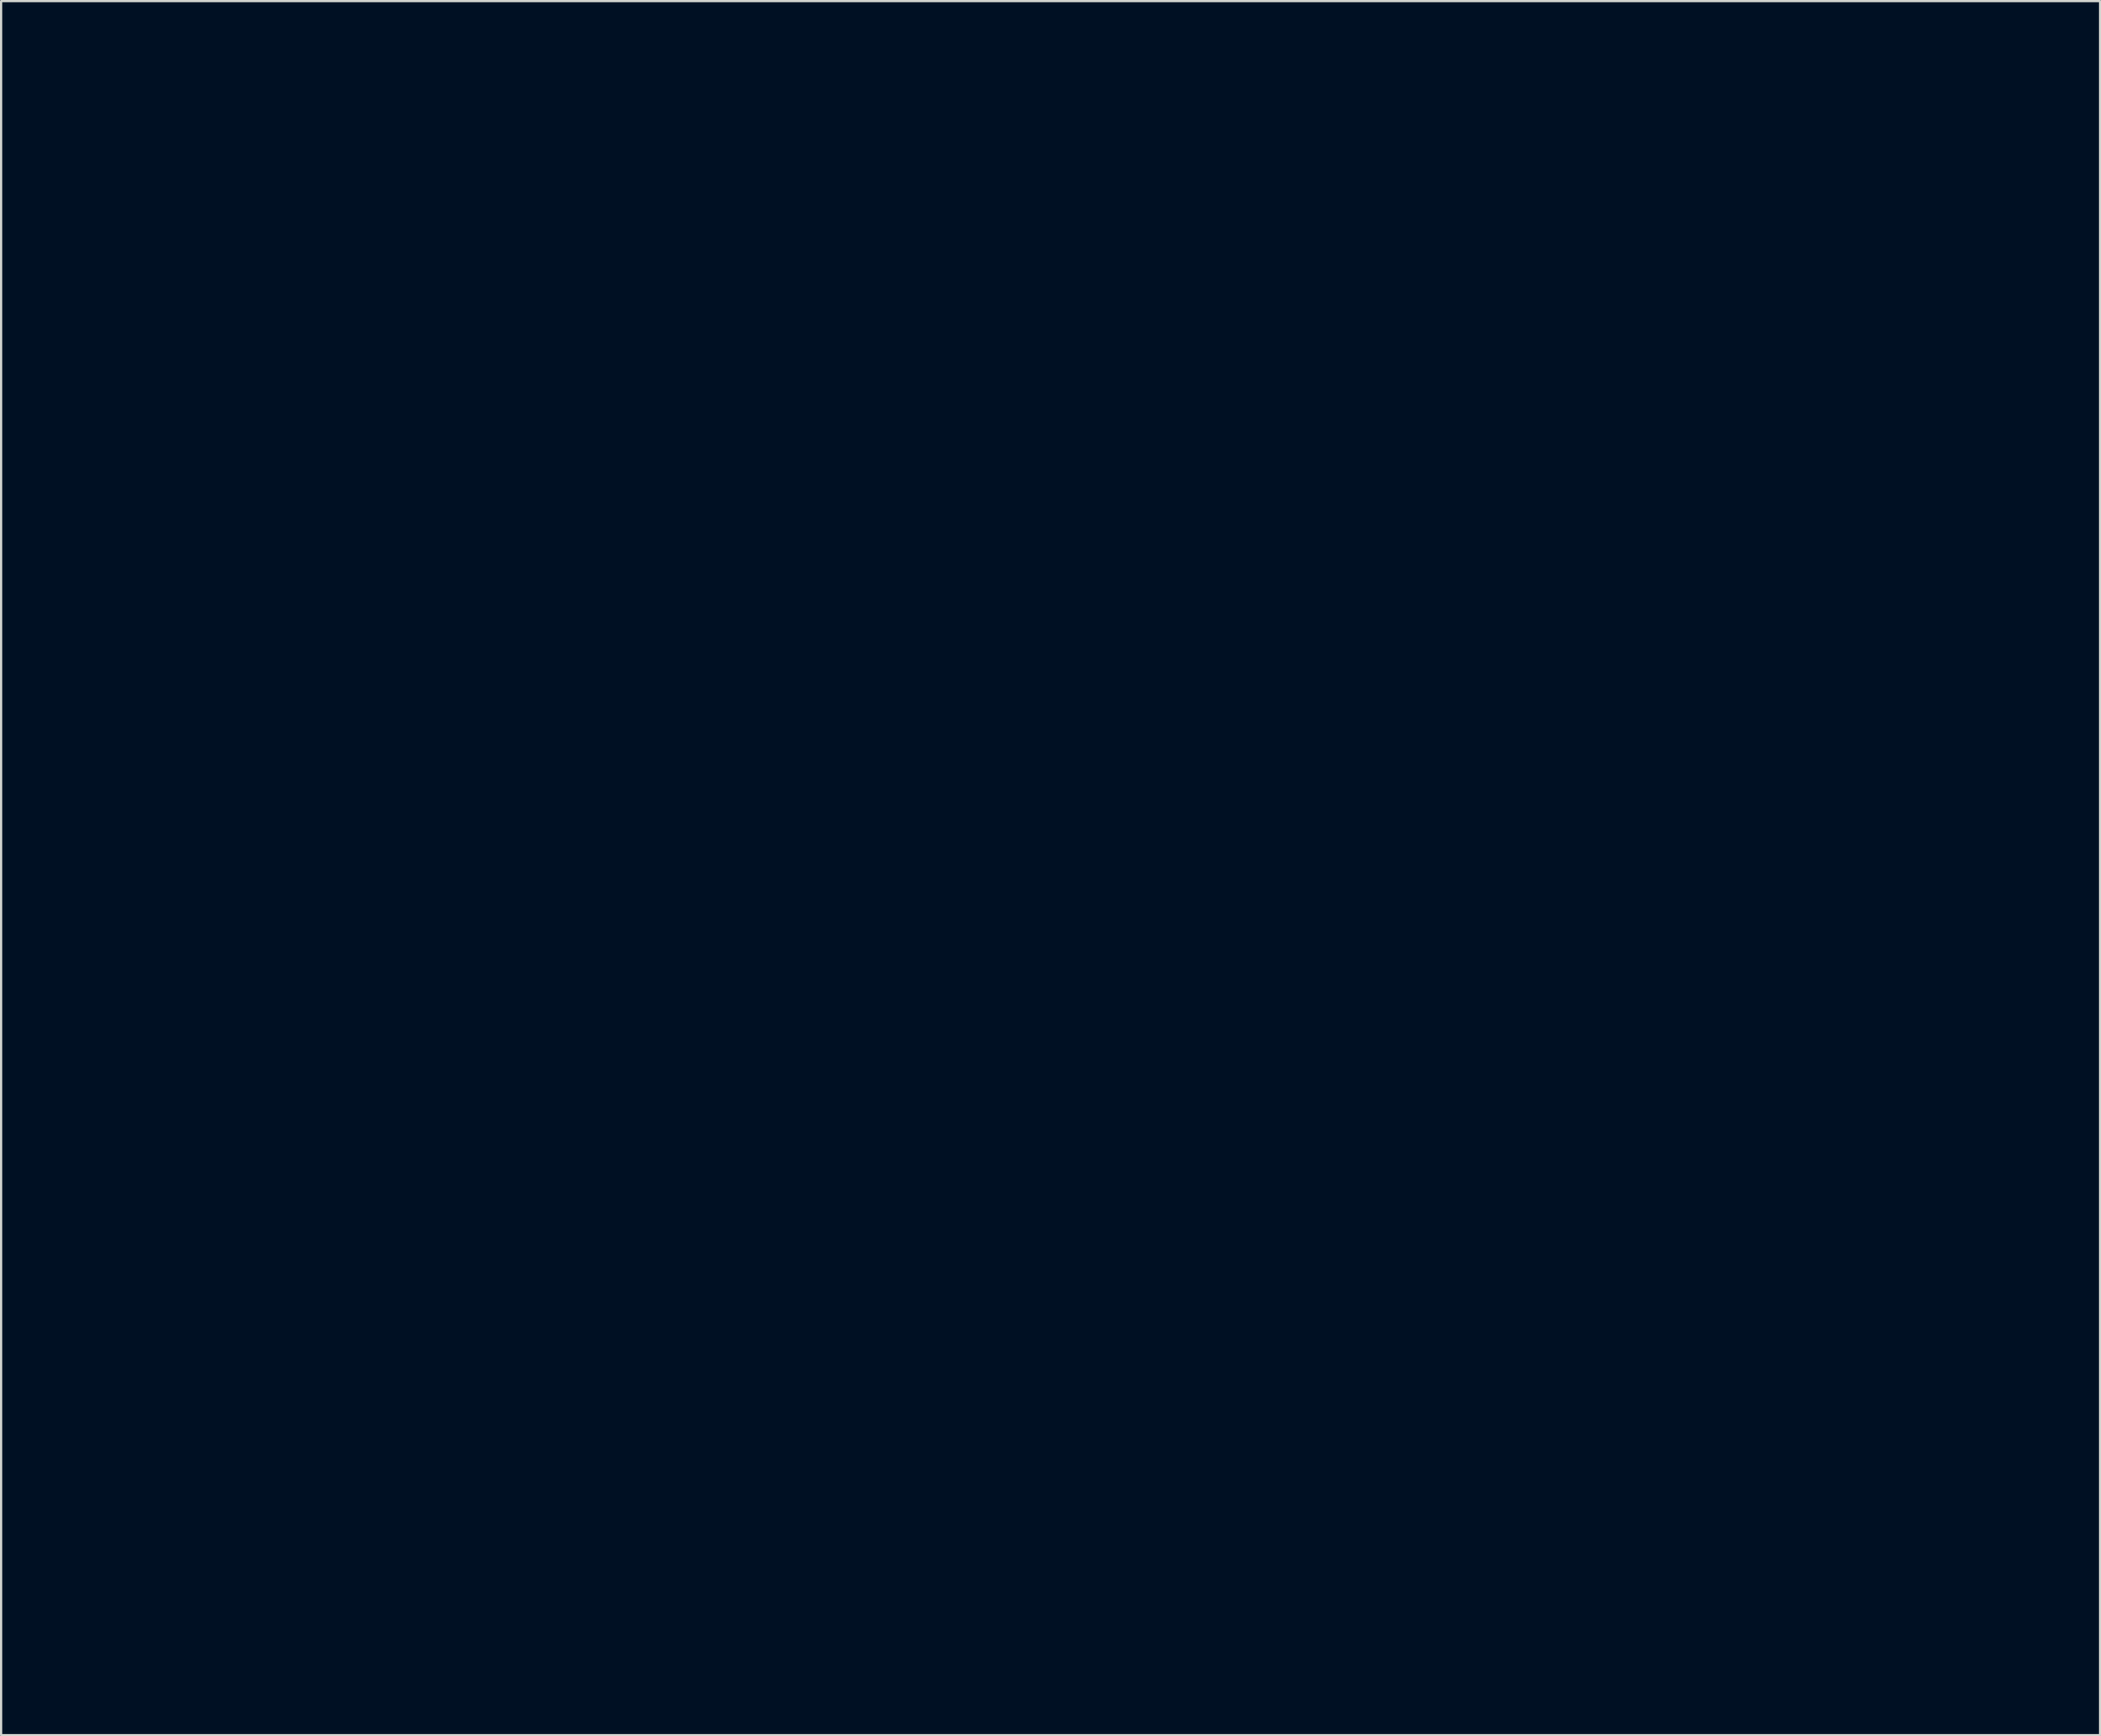
<source format=kicad_pcb>
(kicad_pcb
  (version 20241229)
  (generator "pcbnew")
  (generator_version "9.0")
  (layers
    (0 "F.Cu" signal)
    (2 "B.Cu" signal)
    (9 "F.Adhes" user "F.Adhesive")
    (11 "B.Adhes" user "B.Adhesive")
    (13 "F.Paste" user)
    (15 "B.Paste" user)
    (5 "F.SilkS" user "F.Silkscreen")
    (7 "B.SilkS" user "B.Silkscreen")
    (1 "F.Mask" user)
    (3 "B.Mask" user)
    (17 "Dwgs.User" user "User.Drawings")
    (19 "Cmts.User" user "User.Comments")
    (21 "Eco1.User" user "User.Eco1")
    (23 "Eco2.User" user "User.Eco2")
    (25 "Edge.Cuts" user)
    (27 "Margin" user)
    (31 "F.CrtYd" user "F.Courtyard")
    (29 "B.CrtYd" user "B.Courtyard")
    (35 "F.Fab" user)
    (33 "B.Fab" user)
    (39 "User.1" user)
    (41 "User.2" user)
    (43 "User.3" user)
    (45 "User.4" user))
  (footprint "BackSolderMark"
    (layer "F.Cu")
    (at 45.916 48.574)
    (property "Reference" "BackSolderMark" (at 0 0 0) (layer "F.Mask") (effects (font (size 1.524 1.524) (thickness 0.3))))
    (attr through_hole)
    (fp_poly (pts (xy 29.083 7.906) (xy 29.051 7.938) (xy 29.02 7.906) (xy 29.051 7.874) (xy 29.083 7.906)) (stroke (width 0.01) (type solid)) (fill yes) (layer "F.Mask"))
    (fp_poly (pts (xy 31.348 7.768) (xy 31.355 7.844) (xy 31.348 7.853) (xy 31.31 7.844) (xy 31.305 7.811) (xy 31.329 7.758) (xy 31.348 7.768)) (stroke (width 0.01) (type solid)) (fill yes) (layer "F.Mask"))
    (fp_poly (pts (xy 29.508 7.209) (xy 29.472 7.255) (xy 29.379 7.354) (xy 29.338 7.353) (xy 29.337 7.342) (xy 29.38 7.289) (xy 29.448 7.231) (xy 29.523 7.176) (xy 29.508 7.209)) (stroke (width 0.01) (type solid)) (fill yes) (layer "F.Mask"))
    (fp_poly (pts (xy 30.861 9.108) (xy 30.812 9.159) (xy 30.734 9.207) (xy 30.636 9.248) (xy 30.607 9.244) (xy 30.656 9.193) (xy 30.734 9.144) (xy 30.832 9.103) (xy 30.861 9.108)) (stroke (width 0.01) (type solid)) (fill yes) (layer "F.Mask"))
    (fp_poly (pts (xy 29.154 8.62) (xy 29.236 8.731) (xy 29.303 8.849) (xy 29.307 8.891) (xy 29.251 8.84) (xy 29.228 8.811) (xy 29.138 8.68) (xy 29.096 8.591) (xy 29.104 8.572) (xy 29.154 8.62)) (stroke (width 0.01) (type solid)) (fill yes) (layer "F.Mask"))
    (fp_poly (pts (xy 29.637 9.04) (xy 29.894 9.1) (xy 29.91 9.104) (xy 30.142 9.171) (xy 30.319 9.232) (xy 30.41 9.277) (xy 30.416 9.286) (xy 30.362 9.327) (xy 30.224 9.332) (xy 30.037 9.306) (xy 29.839 9.251) (xy 29.742 9.213) (xy 29.54 9.112) (xy 29.457 9.048) (xy 29.49 9.023) (xy 29.637 9.04)) (stroke (width 0.01) (type solid)) (fill yes) (layer "F.Mask"))
    (fp_poly (pts (xy 30.486 7.015) (xy 30.688 7.072) (xy 30.827 7.15) (xy 30.971 7.26) (xy 31.097 7.377) (xy 31.182 7.479) (xy 31.202 7.542) (xy 31.175 7.552) (xy 31.08 7.534) (xy 30.892 7.488) (xy 30.636 7.42) (xy 30.353 7.341) (xy 30.047 7.253) (xy 29.848 7.189) (xy 29.741 7.142) (xy 29.711 7.106) (xy 29.74 7.072) (xy 29.761 7.06) (xy 29.957 7.003) (xy 30.217 6.988) (xy 30.486 7.015)) (stroke (width 0.01) (type solid)) (fill yes) (layer "F.Mask"))
    (fp_poly (pts (xy 29.432 7.509) (xy 29.657 7.554) (xy 29.976 7.634) (xy 30.286 7.716) (xy 30.633 7.812) (xy 30.939 7.902) (xy 31.182 7.978) (xy 31.339 8.033) (xy 31.388 8.058) (xy 31.422 8.159) (xy 31.383 8.265) (xy 31.296 8.311) (xy 31.292 8.311) (xy 31.206 8.292) (xy 31.02 8.244) (xy 30.756 8.172) (xy 30.437 8.083) (xy 30.178 8.01) (xy 29.838 7.91) (xy 29.545 7.817) (xy 29.32 7.737) (xy 29.182 7.679) (xy 29.147 7.653) (xy 29.158 7.57) (xy 29.199 7.518) (xy 29.284 7.497) (xy 29.432 7.509)) (stroke (width 0.01) (type solid)) (fill yes) (layer "F.Mask"))
    (fp_poly (pts (xy -14.541 -22.38) (xy -14.533 -22.214) (xy -14.492 -22.088) (xy -14.398 -21.958) (xy -14.23 -21.786) (xy -13.958 -21.448) (xy -13.81 -21.089) (xy -13.787 -20.717) (xy -13.888 -20.34) (xy -14.078 -20.018) (xy -14.329 -19.779) (xy -14.654 -19.612) (xy -15.016 -19.529) (xy -15.377 -19.542) (xy -15.511 -19.575) (xy -15.873 -19.756) (xy -16.159 -20.025) (xy -16.353 -20.365) (xy -16.441 -20.753) (xy -16.445 -20.846) (xy -16.385 -21.228) (xy -16.204 -21.578) (xy -15.941 -21.859) (xy -15.788 -22.002) (xy -15.711 -22.125) (xy -15.686 -22.278) (xy -15.684 -22.374) (xy -15.684 -22.669) (xy -14.541 -22.669) (xy -14.541 -22.38)) (stroke (width 0.01) (type solid)) (fill yes) (layer "F.Mask"))
    (fp_poly (pts (xy 29.162 8.144) (xy 29.345 8.188) (xy 29.598 8.253) (xy 29.896 8.331) (xy 30.211 8.416) (xy 30.52 8.501) (xy 30.794 8.578) (xy 31.01 8.641) (xy 31.139 8.683) (xy 31.162 8.693) (xy 31.204 8.75) (xy 31.158 8.854) (xy 31.143 8.876) (xy 31.044 8.979) (xy 30.969 9.011) (xy 30.883 8.992) (xy 30.7 8.944) (xy 30.441 8.873) (xy 30.13 8.786) (xy 29.972 8.74) (xy 29.618 8.638) (xy 29.369 8.561) (xy 29.204 8.5) (xy 29.106 8.448) (xy 29.056 8.395) (xy 29.035 8.333) (xy 29.031 8.302) (xy 29.036 8.176) (xy 29.075 8.128) (xy 29.162 8.144)) (stroke (width 0.01) (type solid)) (fill yes) (layer "F.Mask"))
    (fp_poly (pts (xy 5.207 -8.009) (xy 5.217 -7.813) (xy 5.261 -7.691) (xy 5.366 -7.592) (xy 5.419 -7.555) (xy 5.7 -7.303) (xy 5.875 -6.997) (xy 5.954 -6.617) (xy 5.957 -6.575) (xy 5.961 -6.303) (xy 5.923 -6.095) (xy 5.851 -5.922) (xy 5.625 -5.604) (xy 5.327 -5.363) (xy 4.982 -5.211) (xy 4.616 -5.16) (xy 4.303 -5.207) (xy 3.958 -5.366) (xy 3.669 -5.609) (xy 3.528 -5.8) (xy 3.36 -6.193) (xy 3.318 -6.572) (xy 3.402 -6.935) (xy 3.611 -7.28) (xy 3.759 -7.441) (xy 3.925 -7.612) (xy 4.017 -7.742) (xy 4.056 -7.871) (xy 4.064 -8.029) (xy 4.064 -8.319) (xy 5.207 -8.319) (xy 5.207 -8.009)) (stroke (width 0.01) (type solid)) (fill yes) (layer "F.Mask"))
    (fp_poly (pts (xy 16.322 -22.783) (xy 16.33 -22.581) (xy 16.368 -22.455) (xy 16.46 -22.357) (xy 16.567 -22.28) (xy 16.828 -22.027) (xy 16.998 -21.71) (xy 17.076 -21.354) (xy 17.059 -20.985) (xy 16.944 -20.631) (xy 16.741 -20.33) (xy 16.476 -20.125) (xy 16.142 -19.991) (xy 15.777 -19.935) (xy 15.421 -19.965) (xy 15.193 -20.043) (xy 14.936 -20.222) (xy 14.703 -20.474) (xy 14.53 -20.755) (xy 14.475 -20.901) (xy 14.428 -21.299) (xy 14.505 -21.674) (xy 14.702 -22.016) (xy 14.903 -22.227) (xy 15.058 -22.382) (xy 15.138 -22.534) (xy 15.175 -22.747) (xy 15.177 -22.76) (xy 15.208 -23.082) (xy 15.764 -23.101) (xy 16.32 -23.119) (xy 16.322 -22.783)) (stroke (width 0.01) (type solid)) (fill yes) (layer "F.Mask"))
    (fp_poly (pts (xy 24.422 -26.792) (xy 24.758 -26.554) (xy 25.084 -26.196) (xy 25.123 -26.144) (xy 25.249 -25.96) (xy 25.393 -25.729) (xy 25.54 -25.48) (xy 25.673 -25.241) (xy 25.778 -25.038) (xy 25.837 -24.902) (xy 25.845 -24.867) (xy 25.797 -24.82) (xy 25.669 -24.72) (xy 25.487 -24.585) (xy 25.432 -24.546) (xy 25.165 -24.343) (xy 24.875 -24.106) (xy 24.651 -23.91) (xy 24.282 -23.568) (xy 23.862 -24.119) (xy 23.625 -24.423) (xy 23.349 -24.764) (xy 23.08 -25.085) (xy 22.982 -25.199) (xy 22.521 -25.728) (xy 22.637 -25.929) (xy 22.93 -26.352) (xy 23.252 -26.667) (xy 23.409 -26.774) (xy 23.743 -26.904) (xy 24.082 -26.909) (xy 24.422 -26.792)) (stroke (width 0.01) (type solid)) (fill yes) (layer "F.Mask"))
    (fp_poly (pts (xy -23.368 7.133) (xy -23.36 7.338) (xy -23.327 7.457) (xy -23.253 7.531) (xy -23.208 7.557) (xy -23.007 7.718) (xy -22.822 7.958) (xy -22.685 8.233) (xy -22.68 8.249) (xy -22.609 8.626) (xy -22.648 8.98) (xy -22.782 9.3) (xy -22.994 9.571) (xy -23.268 9.781) (xy -23.588 9.917) (xy -23.937 9.966) (xy -24.301 9.916) (xy -24.608 9.785) (xy -24.908 9.549) (xy -25.118 9.251) (xy -25.238 8.914) (xy -25.266 8.562) (xy -25.201 8.217) (xy -25.04 7.904) (xy -24.782 7.646) (xy -24.758 7.629) (xy -24.615 7.52) (xy -24.543 7.418) (xy -24.517 7.273) (xy -24.513 7.128) (xy -24.511 6.795) (xy -23.368 6.795) (xy -23.368 7.133)) (stroke (width 0.01) (type solid)) (fill yes) (layer "F.Mask"))
    (fp_poly (pts (xy 16.383 11.165) (xy 16.392 11.355) (xy 16.438 11.483) (xy 16.546 11.6) (xy 16.644 11.682) (xy 16.825 11.861) (xy 16.979 12.07) (xy 17.024 12.153) (xy 17.131 12.524) (xy 17.127 12.886) (xy 17.026 13.225) (xy 16.842 13.524) (xy 16.59 13.766) (xy 16.285 13.938) (xy 15.941 14.021) (xy 15.572 14.002) (xy 15.382 13.949) (xy 15.044 13.765) (xy 14.768 13.494) (xy 14.575 13.164) (xy 14.483 12.802) (xy 14.478 12.7) (xy 14.536 12.348) (xy 14.697 12.006) (xy 14.939 11.716) (xy 14.993 11.671) (xy 15.143 11.537) (xy 15.216 11.418) (xy 15.239 11.257) (xy 15.24 11.165) (xy 15.24 10.858) (xy 16.383 10.858) (xy 16.383 11.165)) (stroke (width 0.01) (type solid)) (fill yes) (layer "F.Mask"))
    (fp_poly (pts (xy 25.72 -15.7) (xy 25.731 -15.508) (xy 25.782 -15.385) (xy 25.9 -15.277) (xy 25.971 -15.227) (xy 26.248 -14.961) (xy 26.428 -14.622) (xy 26.501 -14.23) (xy 26.502 -14.161) (xy 26.442 -13.77) (xy 26.279 -13.433) (xy 26.03 -13.163) (xy 25.711 -12.973) (xy 25.341 -12.876) (xy 24.935 -12.884) (xy 24.836 -12.903) (xy 24.546 -13.024) (xy 24.273 -13.238) (xy 24.049 -13.512) (xy 23.906 -13.811) (xy 23.887 -13.882) (xy 23.862 -14.258) (xy 23.939 -14.626) (xy 24.104 -14.955) (xy 24.345 -15.213) (xy 24.445 -15.28) (xy 24.564 -15.366) (xy 24.621 -15.468) (xy 24.637 -15.635) (xy 24.638 -15.698) (xy 24.638 -16.002) (xy 25.718 -16.002) (xy 25.72 -15.7)) (stroke (width 0.01) (type solid)) (fill yes) (layer "F.Mask"))
    (fp_poly (pts (xy -19.127 -16.618) (xy -18.74 -16.445) (xy -18.328 -16.156) (xy -18.021 -15.884) (xy -17.571 -15.455) (xy -17.956 -14.76) (xy -18.134 -14.433) (xy -18.318 -14.088) (xy -18.483 -13.771) (xy -18.582 -13.573) (xy -18.719 -13.318) (xy -18.833 -13.15) (xy -18.915 -13.085) (xy -18.921 -13.085) (xy -19.007 -13.125) (xy -19.166 -13.231) (xy -19.373 -13.384) (xy -19.558 -13.532) (xy -19.84 -13.755) (xy -20.182 -14.011) (xy -20.533 -14.264) (xy -20.776 -14.432) (xy -21.455 -14.889) (xy -21.253 -15.268) (xy -21.114 -15.487) (xy -20.916 -15.748) (xy -20.694 -16.006) (xy -20.606 -16.099) (xy -20.366 -16.332) (xy -20.176 -16.487) (xy -20.006 -16.583) (xy -19.862 -16.634) (xy -19.498 -16.68) (xy -19.127 -16.618)) (stroke (width 0.01) (type solid)) (fill yes) (layer "F.Mask"))
    (fp_poly (pts (xy 35.332 2.852) (xy 35.608 3.042) (xy 35.828 3.346) (xy 35.973 3.703) (xy 36.035 3.982) (xy 36.084 4.328) (xy 36.114 4.695) (xy 36.122 5.034) (xy 36.105 5.289) (xy 36.063 5.569) (xy 35.542 5.608) (xy 35.221 5.642) (xy 34.881 5.703) (xy 34.487 5.796) (xy 34.01 5.93) (xy 33.972 5.941) (xy 33.847 5.928) (xy 33.778 5.889) (xy 33.72 5.791) (xy 33.668 5.585) (xy 33.618 5.265) (xy 33.599 5.112) (xy 33.557 4.775) (xy 33.509 4.438) (xy 33.462 4.148) (xy 33.436 4.015) (xy 33.353 3.616) (xy 33.602 3.403) (xy 33.797 3.256) (xy 34.044 3.095) (xy 34.236 2.984) (xy 34.641 2.82) (xy 35.009 2.777) (xy 35.332 2.852)) (stroke (width 0.01) (type solid)) (fill yes) (layer "F.Mask"))
    (fp_poly (pts (xy -11.493 -10.964) (xy -11.486 -10.76) (xy -11.454 -10.644) (xy -11.384 -10.577) (xy -11.341 -10.556) (xy -11.147 -10.411) (xy -10.966 -10.176) (xy -10.826 -9.889) (xy -10.786 -9.762) (xy -10.746 -9.384) (xy -10.822 -9.019) (xy -11.004 -8.691) (xy -11.28 -8.421) (xy -11.518 -8.281) (xy -11.881 -8.157) (xy -12.226 -8.145) (xy -12.533 -8.221) (xy -12.814 -8.373) (xy -13.077 -8.606) (xy -13.275 -8.876) (xy -13.301 -8.926) (xy -13.375 -9.187) (xy -13.394 -9.502) (xy -13.359 -9.812) (xy -13.295 -10.009) (xy -13.187 -10.176) (xy -13.023 -10.366) (xy -12.914 -10.471) (xy -12.755 -10.622) (xy -12.671 -10.743) (xy -12.64 -10.881) (xy -12.636 -11.009) (xy -12.636 -11.303) (xy -11.493 -11.303) (xy -11.493 -10.964)) (stroke (width 0.01) (type solid)) (fill yes) (layer "F.Mask"))
    (fp_poly (pts (xy -1.549 -3.887) (xy -1.247 -3.752) (xy -0.935 -3.547) (xy -0.651 -3.297) (xy -0.49 -3.127) (xy -0.372 -2.988) (xy -0.318 -2.908) (xy -0.318 -2.902) (xy -0.357 -2.832) (xy -0.464 -2.695) (xy -0.615 -2.517) (xy -0.664 -2.463) (xy -0.862 -2.23) (xy -1.091 -1.942) (xy -1.31 -1.648) (xy -1.378 -1.551) (xy -1.535 -1.33) (xy -1.665 -1.154) (xy -1.752 -1.045) (xy -1.778 -1.021) (xy -1.839 -1.056) (xy -1.974 -1.153) (xy -2.157 -1.292) (xy -2.223 -1.343) (xy -2.493 -1.549) (xy -2.8 -1.771) (xy -3.063 -1.954) (xy -3.49 -2.24) (xy -3.261 -2.676) (xy -2.979 -3.138) (xy -2.674 -3.502) (xy -2.354 -3.76) (xy -2.029 -3.905) (xy -1.81 -3.935) (xy -1.549 -3.887)) (stroke (width 0.01) (type solid)) (fill yes) (layer "F.Mask"))
    (fp_poly (pts (xy 26.822 -1.134) (xy 27.104 -0.934) (xy 27.327 -0.633) (xy 27.489 -0.234) (xy 27.586 0.254) (xy 27.614 0.829) (xy 27.61 0.97) (xy 27.591 1.463) (xy 26.86 1.785) (xy 26.511 1.938) (xy 26.256 2.043) (xy 26.074 2.105) (xy 25.943 2.13) (xy 25.843 2.123) (xy 25.753 2.089) (xy 25.704 2.063) (xy 25.551 1.916) (xy 25.463 1.698) (xy 25.327 1.186) (xy 25.189 0.705) (xy 25.057 0.285) (xy 24.941 -0.046) (xy 24.922 -0.095) (xy 24.841 -0.303) (xy 24.785 -0.466) (xy 24.765 -0.545) (xy 24.821 -0.628) (xy 24.971 -0.738) (xy 25.188 -0.861) (xy 25.445 -0.984) (xy 25.716 -1.093) (xy 25.974 -1.177) (xy 26.102 -1.207) (xy 26.487 -1.227) (xy 26.822 -1.134)) (stroke (width 0.01) (type solid)) (fill yes) (layer "F.Mask"))
    (fp_poly (pts (xy 33.727 16.07) (xy 33.982 16.142) (xy 34.174 16.28) (xy 34.274 16.404) (xy 34.354 16.547) (xy 34.454 16.763) (xy 34.56 17.018) (xy 34.661 17.279) (xy 34.742 17.511) (xy 34.79 17.68) (xy 34.798 17.734) (xy 34.741 17.788) (xy 34.591 17.868) (xy 34.374 17.96) (xy 34.242 18.009) (xy 33.947 18.116) (xy 33.654 18.225) (xy 33.414 18.318) (xy 33.36 18.339) (xy 33.034 18.471) (xy 32.732 17.729) (xy 32.601 17.411) (xy 32.471 17.107) (xy 32.357 16.85) (xy 32.281 16.687) (xy 32.196 16.513) (xy 32.142 16.39) (xy 32.131 16.356) (xy 32.189 16.311) (xy 32.341 16.255) (xy 32.557 16.194) (xy 32.807 16.136) (xy 33.058 16.089) (xy 33.281 16.059) (xy 33.38 16.054) (xy 33.727 16.07)) (stroke (width 0.01) (type solid)) (fill yes) (layer "F.Mask"))
    (fp_poly (pts (xy -14.897 -38.043) (xy -14.727 -37.885) (xy -14.588 -37.776) (xy -14.507 -37.735) (xy -14.5 -37.736) (xy -14.413 -37.772) (xy -14.246 -37.827) (xy -14.116 -37.867) (xy -13.785 -37.965) (xy -14.184 -37.155) (xy -13.951 -36.822) (xy -13.833 -36.649) (xy -13.755 -36.523) (xy -13.733 -36.474) (xy -13.798 -36.477) (xy -13.955 -36.5) (xy -14.168 -36.538) (xy -14.173 -36.538) (xy -14.596 -36.618) (xy -15.104 -35.926) (xy -15.142 -36.172) (xy -15.19 -36.47) (xy -15.234 -36.667) (xy -15.288 -36.789) (xy -15.363 -36.861) (xy -15.473 -36.907) (xy -15.528 -36.924) (xy -15.786 -37.006) (xy -15.924 -37.072) (xy -15.945 -37.137) (xy -15.853 -37.213) (xy -15.652 -37.312) (xy -15.639 -37.318) (xy -15.244 -37.497) (xy -15.242 -37.939) (xy -15.24 -38.381) (xy -14.897 -38.043)) (stroke (width 0.01) (type solid)) (fill yes) (layer "F.Mask"))
    (fp_poly (pts (xy 7.814 -18.163) (xy 8.174 -17.979) (xy 8.515 -17.671) (xy 8.837 -17.239) (xy 9.14 -16.682) (xy 9.334 -16.236) (xy 9.423 -16.003) (xy 9.486 -15.815) (xy 9.513 -15.702) (xy 9.513 -15.687) (xy 9.456 -15.648) (xy 9.306 -15.563) (xy 9.086 -15.443) (xy 8.816 -15.298) (xy 8.518 -15.141) (xy 8.213 -14.981) (xy 7.921 -14.831) (xy 7.665 -14.702) (xy 7.465 -14.604) (xy 7.368 -14.559) (xy 7.309 -14.592) (xy 7.174 -14.692) (xy 6.982 -14.846) (xy 6.753 -15.036) (xy 6.731 -15.054) (xy 6.427 -15.304) (xy 6.086 -15.572) (xy 5.758 -15.82) (xy 5.566 -15.958) (xy 5.326 -16.127) (xy 5.117 -16.273) (xy 4.965 -16.379) (xy 4.906 -16.421) (xy 4.876 -16.463) (xy 4.893 -16.53) (xy 4.97 -16.636) (xy 5.117 -16.798) (xy 5.34 -17.027) (xy 5.806 -17.466) (xy 6.229 -17.798) (xy 6.622 -18.03) (xy 6.997 -18.169) (xy 7.367 -18.223) (xy 7.433 -18.224) (xy 7.814 -18.163)) (stroke (width 0.01) (type solid)) (fill yes) (layer "F.Mask"))
    (fp_poly (pts (xy -29.879 13.962) (xy -29.413 14.134) (xy -28.91 14.429) (xy -28.818 14.493) (xy -28.606 14.651) (xy -28.42 14.801) (xy -28.299 14.911) (xy -28.291 14.919) (xy -28.22 15.009) (xy -28.199 15.091) (xy -28.226 15.213) (xy -28.278 15.355) (xy -28.334 15.511) (xy -28.422 15.762) (xy -28.532 16.082) (xy -28.656 16.446) (xy -28.775 16.796) (xy -28.899 17.156) (xy -29.015 17.475) (xy -29.114 17.732) (xy -29.189 17.909) (xy -29.232 17.985) (xy -29.233 17.985) (xy -29.412 18.028) (xy -29.625 17.952) (xy -29.782 17.837) (xy -29.968 17.69) (xy -30.235 17.496) (xy -30.557 17.272) (xy -30.906 17.038) (xy -31.254 16.812) (xy -31.575 16.612) (xy -31.74 16.514) (xy -31.95 16.391) (xy -32.087 16.293) (xy -32.155 16.194) (xy -32.16 16.066) (xy -32.109 15.883) (xy -32.007 15.617) (xy -31.958 15.494) (xy -31.695 14.932) (xy -31.399 14.494) (xy -31.07 14.177) (xy -30.707 13.983) (xy -30.311 13.912) (xy -29.879 13.962)) (stroke (width 0.01) (type solid)) (fill yes) (layer "F.Mask"))
    (fp_poly (pts (xy -1.524 2.956) (xy -1.516 3.124) (xy -1.477 3.247) (xy -1.385 3.368) (xy -1.217 3.527) (xy -1.211 3.532) (xy -0.936 3.854) (xy -0.78 4.211) (xy -0.746 4.591) (xy -0.834 4.981) (xy -0.903 5.133) (xy -1.118 5.421) (xy -1.414 5.642) (xy -1.76 5.784) (xy -2.125 5.834) (xy -2.477 5.78) (xy -2.508 5.769) (xy -2.855 5.581) (xy -3.124 5.315) (xy -3.306 4.992) (xy -3.394 4.635) (xy -3.377 4.268) (xy -3.352 4.2) (xy -3.014 4.2) (xy -2.953 4.431) (xy -2.828 4.622) (xy -2.775 4.667) (xy -2.564 4.752) (xy -2.327 4.754) (xy -2.118 4.677) (xy -2.048 4.62) (xy -1.908 4.393) (xy -1.869 4.149) (xy -1.922 3.916) (xy -2.055 3.721) (xy -2.257 3.592) (xy -2.465 3.556) (xy -2.626 3.606) (xy -2.801 3.732) (xy -2.944 3.895) (xy -2.991 3.986) (xy -3.014 4.2) (xy -3.352 4.2) (xy -3.248 3.911) (xy -3.226 3.873) (xy -3.087 3.678) (xy -2.93 3.513) (xy -2.865 3.462) (xy -2.745 3.366) (xy -2.684 3.249) (xy -2.657 3.063) (xy -2.654 3.018) (xy -2.635 2.699) (xy -2.08 2.68) (xy -1.524 2.662) (xy -1.524 2.956)) (stroke (width 0.01) (type solid)) (fill yes) (layer "F.Mask"))
    (fp_poly (pts (xy -6.092 -48.206) (xy -5.964 -48.068) (xy -5.906 -47.884) (xy -5.937 -47.692) (xy -5.985 -47.612) (xy -6.052 -47.574) (xy -6.225 -47.489) (xy -6.497 -47.361) (xy -6.858 -47.193) (xy -7.299 -46.99) (xy -7.811 -46.757) (xy -8.385 -46.496) (xy -9.012 -46.212) (xy -9.682 -45.909) (xy -10.387 -45.592) (xy -11.118 -45.263) (xy -11.866 -44.928) (xy -12.621 -44.59) (xy -13.374 -44.253) (xy -14.118 -43.922) (xy -14.841 -43.6) (xy -15.536 -43.292) (xy -16.194 -43.001) (xy -16.805 -42.731) (xy -17.36 -42.487) (xy -17.85 -42.273) (xy -18.267 -42.092) (xy -18.601 -41.949) (xy -18.842 -41.848) (xy -18.983 -41.793) (xy -19.016 -41.783) (xy -19.13 -41.825) (xy -19.241 -41.91) (xy -19.342 -42.083) (xy -19.36 -42.283) (xy -19.293 -42.457) (xy -19.256 -42.496) (xy -19.179 -42.539) (xy -18.995 -42.629) (xy -18.713 -42.761) (xy -18.343 -42.932) (xy -17.893 -43.138) (xy -17.374 -43.374) (xy -16.793 -43.636) (xy -16.16 -43.921) (xy -15.485 -44.224) (xy -14.776 -44.541) (xy -14.042 -44.868) (xy -13.293 -45.202) (xy -12.537 -45.537) (xy -11.785 -45.871) (xy -11.044 -46.199) (xy -10.324 -46.516) (xy -9.634 -46.82) (xy -8.983 -47.106) (xy -8.381 -47.369) (xy -7.836 -47.606) (xy -7.358 -47.813) (xy -6.955 -47.985) (xy -6.637 -48.119) (xy -6.413 -48.211) (xy -6.292 -48.256) (xy -6.275 -48.26) (xy -6.092 -48.206)) (stroke (width 0.01) (type solid)) (fill yes) (layer "F.Mask"))
    (fp_poly (pts (xy 40.307 13.18) (xy 40.558 13.298) (xy 40.736 13.485) (xy 40.78 13.576) (xy 40.866 13.773) (xy 40.989 14.068) (xy 41.146 14.45) (xy 41.334 14.909) (xy 41.547 15.436) (xy 41.783 16.021) (xy 42.036 16.654) (xy 42.304 17.325) (xy 42.583 18.024) (xy 42.868 18.742) (xy 43.156 19.468) (xy 43.443 20.194) (xy 43.724 20.908) (xy 43.997 21.601) (xy 44.257 22.263) (xy 44.499 22.885) (xy 44.722 23.457) (xy 44.919 23.968) (xy 45.088 24.409) (xy 45.225 24.77) (xy 45.325 25.042) (xy 45.386 25.214) (xy 45.403 25.274) (xy 45.354 25.474) (xy 45.232 25.692) (xy 45.068 25.876) (xy 44.956 25.954) (xy 44.677 26.029) (xy 44.378 26.002) (xy 44.126 25.89) (xy 44.089 25.861) (xy 44.049 25.82) (xy 44.005 25.759) (xy 43.953 25.673) (xy 43.891 25.553) (xy 43.814 25.394) (xy 43.721 25.187) (xy 43.608 24.926) (xy 43.473 24.603) (xy 43.311 24.212) (xy 43.122 23.746) (xy 42.9 23.197) (xy 42.644 22.559) (xy 42.35 21.825) (xy 42.015 20.986) (xy 41.637 20.038) (xy 41.612 19.975) (xy 41.287 19.158) (xy 40.975 18.372) (xy 40.68 17.627) (xy 40.405 16.93) (xy 40.153 16.289) (xy 39.928 15.713) (xy 39.732 15.211) (xy 39.569 14.789) (xy 39.442 14.457) (xy 39.354 14.222) (xy 39.309 14.093) (xy 39.303 14.072) (xy 39.302 13.819) (xy 39.361 13.629) (xy 39.496 13.444) (xy 39.513 13.425) (xy 39.754 13.242) (xy 40.029 13.161) (xy 40.307 13.18)) (stroke (width 0.01) (type solid)) (fill yes) (layer "F.Mask"))
    (fp_poly (pts (xy 11.684 -33.72) (xy 11.693 -33.524) (xy 11.737 -33.389) (xy 11.841 -33.262) (xy 11.943 -33.167) (xy 12.222 -32.857) (xy 12.385 -32.527) (xy 12.445 -32.152) (xy 12.446 -32.1) (xy 12.391 -31.662) (xy 12.227 -31.287) (xy 11.96 -30.982) (xy 11.677 -30.795) (xy 11.368 -30.687) (xy 11.011 -30.64) (xy 10.672 -30.661) (xy 10.588 -30.68) (xy 10.314 -30.809) (xy 10.04 -31.024) (xy 9.803 -31.29) (xy 9.639 -31.573) (xy 9.617 -31.632) (xy 9.55 -32.013) (xy 9.555 -32.067) (xy 9.842 -32.067) (xy 9.899 -31.711) (xy 10.056 -31.407) (xy 10.292 -31.169) (xy 10.588 -31.009) (xy 10.924 -30.937) (xy 11.279 -30.966) (xy 11.541 -31.059) (xy 11.833 -31.263) (xy 12.035 -31.535) (xy 12.145 -31.849) (xy 12.163 -32.18) (xy 12.087 -32.505) (xy 11.914 -32.798) (xy 11.681 -33.009) (xy 11.555 -33.084) (xy 11.427 -33.126) (xy 11.258 -33.142) (xy 11.01 -33.139) (xy 10.942 -33.136) (xy 10.677 -33.122) (xy 10.502 -33.097) (xy 10.379 -33.05) (xy 10.271 -32.971) (xy 10.22 -32.925) (xy 9.98 -32.621) (xy 9.859 -32.271) (xy 9.842 -32.067) (xy 9.555 -32.067) (xy 9.587 -32.401) (xy 9.718 -32.764) (xy 9.934 -33.07) (xy 10.093 -33.208) (xy 10.209 -33.309) (xy 10.269 -33.431) (xy 10.296 -33.622) (xy 10.3 -33.673) (xy 10.306 -33.782) (xy 10.604 -33.782) (xy 10.604 -33.401) (xy 11.43 -33.401) (xy 11.43 -33.782) (xy 10.604 -33.782) (xy 10.306 -33.782) (xy 10.319 -34.004) (xy 11.001 -34.022) (xy 11.684 -34.04) (xy 11.684 -33.72)) (stroke (width 0.01) (type solid)) (fill yes) (layer "F.Mask"))
    (fp_poly (pts (xy -39.548 7.007) (xy -39.287 7.12) (xy -39.083 7.316) (xy -38.961 7.582) (xy -38.945 7.667) (xy -38.942 7.716) (xy -38.946 7.775) (xy -38.961 7.85) (xy -38.989 7.95) (xy -39.034 8.08) (xy -39.098 8.248) (xy -39.185 8.46) (xy -39.297 8.723) (xy -39.438 9.044) (xy -39.611 9.43) (xy -39.817 9.888) (xy -40.062 10.424) (xy -40.346 11.046) (xy -40.674 11.76) (xy -41.049 12.573) (xy -41.473 13.493) (xy -41.627 13.826) (xy -42.005 14.645) (xy -42.371 15.434) (xy -42.72 16.185) (xy -43.048 16.891) (xy -43.353 17.542) (xy -43.63 18.132) (xy -43.876 18.652) (xy -44.086 19.094) (xy -44.257 19.45) (xy -44.385 19.713) (xy -44.466 19.873) (xy -44.494 19.92) (xy -44.632 20.051) (xy -44.821 20.165) (xy -45.014 20.239) (xy -45.148 20.249) (xy -45.229 20.229) (xy -45.305 20.21) (xy -45.578 20.08) (xy -45.782 19.86) (xy -45.895 19.579) (xy -45.91 19.423) (xy -45.883 19.325) (xy -45.801 19.113) (xy -45.665 18.787) (xy -45.475 18.349) (xy -45.231 17.798) (xy -44.934 17.136) (xy -44.583 16.362) (xy -44.18 15.479) (xy -43.724 14.485) (xy -43.298 13.562) (xy -42.839 12.569) (xy -42.431 11.684) (xy -42.07 10.902) (xy -41.752 10.216) (xy -41.476 9.619) (xy -41.237 9.106) (xy -41.033 8.669) (xy -40.86 8.303) (xy -40.716 8.001) (xy -40.597 7.756) (xy -40.5 7.563) (xy -40.422 7.414) (xy -40.36 7.303) (xy -40.31 7.225) (xy -40.27 7.172) (xy -40.237 7.138) (xy -40.207 7.116) (xy -40.177 7.101) (xy -40.144 7.086) (xy -40.135 7.082) (xy -39.839 6.99) (xy -39.548 7.007)) (stroke (width 0.01) (type solid)) (fill yes) (layer "F.Mask"))
    (fp_poly (pts (xy -30.151 -24.203) (xy -30.073 -24.125) (xy -29.966 -23.962) (xy -29.911 -23.807) (xy -29.909 -23.781) (xy -29.946 -23.697) (xy -30.059 -23.515) (xy -30.243 -23.236) (xy -30.498 -22.866) (xy -30.82 -22.406) (xy -31.209 -21.86) (xy -31.661 -21.231) (xy -32.175 -20.521) (xy -32.375 -20.246) (xy -32.781 -19.688) (xy -33.252 -19.041) (xy -33.778 -18.319) (xy -34.348 -17.536) (xy -34.953 -16.705) (xy -35.582 -15.841) (xy -36.225 -14.958) (xy -36.873 -14.069) (xy -37.514 -13.188) (xy -38.14 -12.33) (xy -38.723 -11.528) (xy -39.258 -10.795) (xy -39.773 -10.091) (xy -40.265 -9.421) (xy -40.727 -8.794) (xy -41.154 -8.215) (xy -41.542 -7.693) (xy -41.886 -7.233) (xy -42.179 -6.843) (xy -42.418 -6.529) (xy -42.596 -6.299) (xy -42.71 -6.159) (xy -42.75 -6.117) (xy -42.944 -6.046) (xy -43.141 -6.067) (xy -43.228 -6.098) (xy -43.377 -6.214) (xy -43.488 -6.398) (xy -43.538 -6.6) (xy -43.515 -6.75) (xy -43.469 -6.821) (xy -43.352 -6.989) (xy -43.17 -7.246) (xy -42.927 -7.585) (xy -42.628 -8.001) (xy -42.278 -8.487) (xy -41.881 -9.036) (xy -41.443 -9.642) (xy -40.968 -10.298) (xy -40.461 -10.997) (xy -39.927 -11.733) (xy -39.37 -12.5) (xy -38.795 -13.291) (xy -38.207 -14.099) (xy -37.611 -14.919) (xy -37.011 -15.742) (xy -36.412 -16.563) (xy -35.82 -17.376) (xy -35.238 -18.173) (xy -34.672 -18.948) (xy -34.126 -19.695) (xy -33.605 -20.407) (xy -33.114 -21.078) (xy -32.658 -21.701) (xy -32.241 -22.269) (xy -31.868 -22.775) (xy -31.544 -23.215) (xy -31.274 -23.58) (xy -31.062 -23.864) (xy -30.913 -24.061) (xy -30.832 -24.164) (xy -30.82 -24.178) (xy -30.6 -24.305) (xy -30.368 -24.313) (xy -30.151 -24.203)) (stroke (width 0.01) (type solid)) (fill yes) (layer "F.Mask"))
    (fp_poly (pts (xy 33.493 -3.575) (xy 33.659 -3.451) (xy 33.711 -3.383) (xy 33.832 -3.219) (xy 34.018 -2.965) (xy 34.262 -2.627) (xy 34.56 -2.213) (xy 34.908 -1.729) (xy 35.3 -1.182) (xy 35.732 -0.579) (xy 36.199 0.073) (xy 36.695 0.768) (xy 37.217 1.498) (xy 37.76 2.258) (xy 38.318 3.04) (xy 38.887 3.837) (xy 39.462 4.644) (xy 40.037 5.452) (xy 40.61 6.255) (xy 41.173 7.047) (xy 41.723 7.82) (xy 42.255 8.568) (xy 42.764 9.285) (xy 43.245 9.962) (xy 43.694 10.595) (xy 44.104 11.174) (xy 44.473 11.695) (xy 44.794 12.15) (xy 45.063 12.533) (xy 45.276 12.836) (xy 45.427 13.053) (xy 45.511 13.178) (xy 45.527 13.203) (xy 45.599 13.456) (xy 45.565 13.705) (xy 45.443 13.925) (xy 45.251 14.091) (xy 45.008 14.178) (xy 44.799 14.176) (xy 44.652 14.12) (xy 44.536 14.047) (xy 44.48 13.98) (xy 44.356 13.816) (xy 44.169 13.562) (xy 43.922 13.224) (xy 43.622 12.81) (xy 43.273 12.326) (xy 42.879 11.778) (xy 42.446 11.174) (xy 41.978 10.521) (xy 41.48 9.824) (xy 40.957 9.09) (xy 40.413 8.328) (xy 39.854 7.542) (xy 39.284 6.74) (xy 38.707 5.929) (xy 38.13 5.115) (xy 37.556 4.305) (xy 36.99 3.506) (xy 36.437 2.725) (xy 35.902 1.968) (xy 35.389 1.241) (xy 34.904 0.553) (xy 34.451 -0.091) (xy 34.035 -0.684) (xy 33.661 -1.219) (xy 33.333 -1.689) (xy 33.056 -2.088) (xy 32.836 -2.408) (xy 32.676 -2.644) (xy 32.582 -2.788) (xy 32.557 -2.832) (xy 32.531 -3.021) (xy 32.588 -3.219) (xy 32.602 -3.251) (xy 32.769 -3.476) (xy 32.993 -3.609) (xy 33.245 -3.644) (xy 33.493 -3.575)) (stroke (width 0.01) (type solid)) (fill yes) (layer "F.Mask"))
    (fp_poly (pts (xy -36.546 -7.938) (xy -36.295 -7.798) (xy -36.129 -7.584) (xy -36.068 -7.322) (xy -36.068 -7.318) (xy -36.08 -7.264) (xy -36.118 -7.167) (xy -36.184 -7.022) (xy -36.28 -6.824) (xy -36.41 -6.569) (xy -36.576 -6.252) (xy -36.78 -5.868) (xy -37.025 -5.412) (xy -37.313 -4.881) (xy -37.647 -4.268) (xy -38.03 -3.57) (xy -38.464 -2.782) (xy -38.951 -1.899) (xy -39.495 -0.916) (xy -40.097 0.171) (xy -40.332 0.595) (xy -40.841 1.513) (xy -41.335 2.402) (xy -41.81 3.255) (xy -42.262 4.066) (xy -42.688 4.829) (xy -43.084 5.536) (xy -43.446 6.182) (xy -43.772 6.76) (xy -44.056 7.263) (xy -44.296 7.685) (xy -44.488 8.02) (xy -44.627 8.26) (xy -44.712 8.4) (xy -44.735 8.434) (xy -44.914 8.55) (xy -45.146 8.612) (xy -45.376 8.608) (xy -45.498 8.566) (xy -45.719 8.374) (xy -45.83 8.118) (xy -45.844 7.969) (xy -45.837 7.921) (xy -45.815 7.849) (xy -45.775 7.747) (xy -45.714 7.61) (xy -45.628 7.434) (xy -45.516 7.211) (xy -45.375 6.938) (xy -45.2 6.609) (xy -44.99 6.218) (xy -44.742 5.76) (xy -44.453 5.23) (xy -44.119 4.623) (xy -43.739 3.932) (xy -43.309 3.154) (xy -42.826 2.281) (xy -42.288 1.31) (xy -41.691 0.235) (xy -41.543 -0.032) (xy -40.941 -1.116) (xy -40.398 -2.095) (xy -39.909 -2.973) (xy -39.473 -3.757) (xy -39.085 -4.452) (xy -38.743 -5.063) (xy -38.443 -5.596) (xy -38.183 -6.056) (xy -37.959 -6.449) (xy -37.768 -6.781) (xy -37.607 -7.056) (xy -37.473 -7.28) (xy -37.362 -7.459) (xy -37.271 -7.599) (xy -37.198 -7.704) (xy -37.139 -7.78) (xy -37.09 -7.833) (xy -37.049 -7.868) (xy -37.013 -7.891) (xy -37.005 -7.895) (xy -36.824 -7.967) (xy -36.673 -7.972) (xy -36.546 -7.938)) (stroke (width 0.01) (type solid)) (fill yes) (layer "F.Mask"))
    (fp_poly (pts (xy -16.583 -39.918) (xy -16.399 -39.825) (xy -16.262 -39.67) (xy -16.191 -39.474) (xy -16.204 -39.259) (xy -16.32 -39.047) (xy -16.335 -39.029) (xy -16.399 -38.973) (xy -16.555 -38.839) (xy -16.799 -38.634) (xy -17.126 -38.359) (xy -17.53 -38.02) (xy -18.008 -37.621) (xy -18.553 -37.167) (xy -19.162 -36.66) (xy -19.828 -36.105) (xy -20.547 -35.507) (xy -21.314 -34.87) (xy -22.124 -34.198) (xy -22.972 -33.494) (xy -23.852 -32.764) (xy -24.761 -32.01) (xy -25.261 -31.596) (xy -26.355 -30.69) (xy -27.356 -29.861) (xy -28.267 -29.107) (xy -29.094 -28.424) (xy -29.84 -27.808) (xy -30.509 -27.256) (xy -31.106 -26.764) (xy -31.636 -26.33) (xy -32.101 -25.949) (xy -32.508 -25.619) (xy -32.859 -25.336) (xy -33.159 -25.095) (xy -33.412 -24.895) (xy -33.623 -24.732) (xy -33.796 -24.601) (xy -33.935 -24.5) (xy -34.044 -24.426) (xy -34.127 -24.374) (xy -34.19 -24.341) (xy -34.235 -24.325) (xy -34.265 -24.32) (xy -34.508 -24.376) (xy -34.642 -24.476) (xy -34.782 -24.684) (xy -34.796 -24.904) (xy -34.684 -25.138) (xy -34.528 -25.314) (xy -34.454 -25.379) (xy -34.288 -25.519) (xy -34.037 -25.73) (xy -33.707 -26.007) (xy -33.303 -26.344) (xy -32.832 -26.737) (xy -32.3 -27.18) (xy -31.714 -27.668) (xy -31.078 -28.197) (xy -30.4 -28.76) (xy -29.685 -29.354) (xy -28.94 -29.973) (xy -28.17 -30.612) (xy -27.382 -31.266) (xy -26.582 -31.93) (xy -25.775 -32.599) (xy -24.969 -33.267) (xy -24.168 -33.931) (xy -23.38 -34.584) (xy -22.611 -35.221) (xy -21.865 -35.838) (xy -21.15 -36.43) (xy -20.472 -36.991) (xy -19.836 -37.517) (xy -19.249 -38.002) (xy -18.717 -38.441) (xy -18.246 -38.829) (xy -17.842 -39.161) (xy -17.512 -39.433) (xy -17.26 -39.639) (xy -17.094 -39.773) (xy -17.02 -39.832) (xy -17.02 -39.832) (xy -16.796 -39.928) (xy -16.583 -39.918)) (stroke (width 0.01) (type solid)) (fill yes) (layer "F.Mask"))
    (fp_poly (pts (xy 25.658 -20.874) (xy 25.686 -20.854) (xy 25.738 -20.798) (xy 25.87 -20.653) (xy 26.077 -20.424) (xy 26.352 -20.118) (xy 26.692 -19.738) (xy 27.092 -19.292) (xy 27.545 -18.784) (xy 28.048 -18.221) (xy 28.595 -17.608) (xy 29.182 -16.95) (xy 29.803 -16.254) (xy 30.453 -15.524) (xy 31.128 -14.767) (xy 31.822 -13.987) (xy 32.53 -13.192) (xy 33.248 -12.385) (xy 33.97 -11.574) (xy 34.691 -10.763) (xy 35.407 -9.958) (xy 36.112 -9.164) (xy 36.802 -8.388) (xy 37.47 -7.635) (xy 38.114 -6.911) (xy 38.726 -6.221) (xy 39.303 -5.57) (xy 39.839 -4.965) (xy 40.33 -4.411) (xy 40.77 -3.914) (xy 41.155 -3.478) (xy 41.478 -3.111) (xy 41.577 -2.999) (xy 41.82 -2.708) (xy 41.972 -2.48) (xy 42.038 -2.297) (xy 42.022 -2.139) (xy 41.931 -1.986) (xy 41.851 -1.9) (xy 41.662 -1.756) (xy 41.479 -1.721) (xy 41.282 -1.797) (xy 41.052 -1.984) (xy 40.982 -2.059) (xy 40.831 -2.224) (xy 40.605 -2.474) (xy 40.308 -2.805) (xy 39.943 -3.212) (xy 39.516 -3.689) (xy 39.03 -4.233) (xy 38.49 -4.838) (xy 37.9 -5.499) (xy 37.265 -6.212) (xy 36.588 -6.973) (xy 35.874 -7.775) (xy 35.128 -8.614) (xy 34.352 -9.486) (xy 33.553 -10.385) (xy 32.801 -11.233) (xy 31.831 -12.325) (xy 30.942 -13.326) (xy 30.131 -14.241) (xy 29.394 -15.073) (xy 28.727 -15.826) (xy 28.127 -16.504) (xy 27.592 -17.111) (xy 27.116 -17.652) (xy 26.697 -18.129) (xy 26.331 -18.548) (xy 26.015 -18.912) (xy 25.745 -19.225) (xy 25.519 -19.491) (xy 25.331 -19.714) (xy 25.179 -19.899) (xy 25.06 -20.048) (xy 24.97 -20.167) (xy 24.905 -20.259) (xy 24.862 -20.328) (xy 24.838 -20.378) (xy 24.829 -20.414) (xy 24.828 -20.421) (xy 24.881 -20.661) (xy 25.02 -20.842) (xy 25.216 -20.947) (xy 25.438 -20.963) (xy 25.658 -20.874)) (stroke (width 0.01) (type solid)) (fill yes) (layer "F.Mask"))
    (fp_poly (pts (xy 13.211 -40.138) (xy 13.455 -39.971) (xy 13.539 -39.899) (xy 13.776 -39.685) (xy 14.097 -39.389) (xy 14.495 -39.017) (xy 14.963 -38.575) (xy 15.496 -38.069) (xy 16.085 -37.507) (xy 16.725 -36.894) (xy 17.409 -36.238) (xy 18.129 -35.543) (xy 18.881 -34.818) (xy 19.656 -34.068) (xy 20.448 -33.3) (xy 21.25 -32.52) (xy 22.056 -31.735) (xy 22.859 -30.951) (xy 23.652 -30.174) (xy 24.351 -29.488) (xy 24.887 -28.959) (xy 25.458 -28.394) (xy 26.056 -27.799) (xy 26.673 -27.182) (xy 27.302 -26.55) (xy 27.936 -25.912) (xy 28.567 -25.275) (xy 29.189 -24.647) (xy 29.792 -24.034) (xy 30.37 -23.445) (xy 30.916 -22.887) (xy 31.421 -22.368) (xy 31.879 -21.895) (xy 32.282 -21.476) (xy 32.623 -21.119) (xy 32.894 -20.831) (xy 33.087 -20.619) (xy 33.173 -20.52) (xy 33.345 -20.258) (xy 33.398 -20.028) (xy 33.332 -19.821) (xy 33.245 -19.714) (xy 33.032 -19.573) (xy 32.8 -19.557) (xy 32.552 -19.667) (xy 32.358 -19.828) (xy 32.228 -19.959) (xy 32.029 -20.163) (xy 31.781 -20.42) (xy 31.503 -20.709) (xy 31.214 -21.012) (xy 31.208 -21.018) (xy 30.699 -21.548) (xy 30.106 -22.158) (xy 29.438 -22.839) (xy 28.703 -23.583) (xy 27.909 -24.383) (xy 27.064 -25.229) (xy 26.177 -26.115) (xy 25.256 -27.031) (xy 24.308 -27.97) (xy 23.343 -28.923) (xy 22.369 -29.883) (xy 21.393 -30.841) (xy 20.424 -31.789) (xy 19.471 -32.719) (xy 18.54 -33.623) (xy 17.642 -34.492) (xy 16.783 -35.319) (xy 15.972 -36.096) (xy 15.431 -36.612) (xy 14.841 -37.172) (xy 14.336 -37.652) (xy 13.91 -38.057) (xy 13.556 -38.396) (xy 13.267 -38.674) (xy 13.036 -38.899) (xy 12.856 -39.078) (xy 12.721 -39.216) (xy 12.624 -39.322) (xy 12.558 -39.402) (xy 12.517 -39.462) (xy 12.493 -39.51) (xy 12.481 -39.552) (xy 12.472 -39.596) (xy 12.47 -39.606) (xy 12.461 -39.757) (xy 12.517 -39.882) (xy 12.624 -40.002) (xy 12.815 -40.151) (xy 13.004 -40.197) (xy 13.211 -40.138)) (stroke (width 0.01) (type solid)) (fill yes) (layer "F.Mask"))
    (fp_poly (pts (xy 9.621 -22.944) (xy 9.741 -22.812) (xy 9.878 -22.588) (xy 9.975 -22.412) (xy 10.186 -22.636) (xy 10.343 -22.781) (xy 10.465 -22.856) (xy 10.533 -22.851) (xy 10.541 -22.82) (xy 10.502 -22.754) (xy 10.402 -22.629) (xy 10.319 -22.534) (xy 10.19 -22.366) (xy 10.11 -22.21) (xy 10.096 -22.145) (xy 10.079 -21.967) (xy 10.054 -21.844) (xy 10.046 -21.774) (xy 10.084 -21.782) (xy 10.181 -21.875) (xy 10.284 -21.988) (xy 10.499 -22.209) (xy 10.674 -22.351) (xy 10.798 -22.404) (xy 10.841 -22.391) (xy 10.817 -22.332) (xy 10.723 -22.205) (xy 10.578 -22.035) (xy 10.521 -21.972) (xy 10.236 -21.609) (xy 10.074 -21.27) (xy 10.033 -21.017) (xy 10.087 -20.928) (xy 10.216 -20.85) (xy 10.219 -20.849) (xy 10.365 -20.812) (xy 10.469 -20.854) (xy 10.534 -20.915) (xy 10.718 -21.198) (xy 10.844 -21.588) (xy 10.894 -21.894) (xy 10.933 -22.143) (xy 10.975 -22.269) (xy 11.012 -22.276) (xy 11.037 -22.17) (xy 11.042 -21.952) (xy 11.035 -21.818) (xy 11.023 -21.579) (xy 11.025 -21.445) (xy 11.046 -21.394) (xy 11.092 -21.402) (xy 11.113 -21.415) (xy 11.275 -21.574) (xy 11.379 -21.825) (xy 11.423 -22.063) (xy 11.463 -22.27) (xy 11.509 -22.355) (xy 11.551 -22.322) (xy 11.576 -22.176) (xy 11.577 -22.009) (xy 11.565 -21.671) (xy 11.854 -21.725) (xy 12.038 -21.751) (xy 12.17 -21.752) (xy 12.199 -21.744) (xy 12.257 -21.671) (xy 12.206 -21.611) (xy 12.081 -21.59) (xy 11.8 -21.555) (xy 11.518 -21.467) (xy 11.298 -21.343) (xy 11.292 -21.339) (xy 11.223 -21.279) (xy 11.21 -21.245) (xy 11.271 -21.233) (xy 11.424 -21.239) (xy 11.645 -21.255) (xy 11.898 -21.27) (xy 12.046 -21.268) (xy 12.112 -21.246) (xy 12.116 -21.203) (xy 12.038 -21.144) (xy 11.842 -21.099) (xy 11.615 -21.073) (xy 11.354 -21.042) (xy 11.117 -21.001) (xy 10.956 -20.958) (xy 10.954 -20.958) (xy 10.725 -20.839) (xy 10.578 -20.704) (xy 10.517 -20.573) (xy 10.549 -20.464) (xy 10.677 -20.396) (xy 10.804 -20.384) (xy 11.11 -20.425) (xy 11.436 -20.556) (xy 11.805 -20.786) (xy 11.827 -20.802) (xy 12.023 -20.926) (xy 12.157 -20.979) (xy 12.202 -20.97) (xy 12.228 -20.932) (xy 12.213 -20.886) (xy 12.142 -20.818) (xy 11.998 -20.713) (xy 11.766 -20.554) (xy 11.748 -20.542) (xy 11.398 -20.307) (xy 11.675 -20.34) (xy 11.89 -20.394) (xy 12.136 -20.497) (xy 12.271 -20.571) (xy 12.446 -20.672) (xy 12.575 -20.73) (xy 12.623 -20.736) (xy 12.613 -20.668) (xy 12.526 -20.56) (xy 12.392 -20.442) (xy 12.241 -20.344) (xy 12.24 -20.344) (xy 12.065 -20.253) (xy 12.287 -20.058) (xy 12.42 -19.923) (xy 12.5 -19.808) (xy 12.509 -19.774) (xy 12.479 -19.693) (xy 12.388 -19.723) (xy 12.251 -19.85) (xy 11.981 -20.069) (xy 11.691 -20.181) (xy 11.564 -20.193) (xy 11.374 -20.193) (xy 11.72 -19.866) (xy 11.887 -19.697) (xy 12.01 -19.553) (xy 12.064 -19.46) (xy 12.065 -19.454) (xy 12.038 -19.375) (xy 11.955 -19.406) (xy 11.815 -19.549) (xy 11.761 -19.615) (xy 11.58 -19.79) (xy 11.341 -19.959) (xy 11.086 -20.096) (xy 10.854 -20.179) (xy 10.749 -20.193) (xy 10.605 -20.139) (xy 10.516 -20.007) (xy 10.505 -19.841) (xy 10.532 -19.765) (xy 10.675 -19.617) (xy 10.921 -19.496) (xy 11.246 -19.408) (xy 11.525 -19.372) (xy 11.779 -19.34) (xy 11.911 -19.302) (xy 11.924 -19.264) (xy 11.821 -19.234) (xy 11.607 -19.217) (xy 11.443 -19.217) (xy 11.207 -19.219) (xy 11.077 -19.212) (xy 11.034 -19.189) (xy 11.056 -19.143) (xy 11.093 -19.1) (xy 11.263 -18.951) (xy 11.471 -18.859) (xy 11.734 -18.806) (xy 11.928 -18.762) (xy 12.001 -18.713) (xy 11.957 -18.671) (xy 11.801 -18.65) (xy 11.681 -18.651) (xy 11.366 -18.665) (xy 11.407 -18.318) (xy 11.425 -18.116) (xy 11.415 -18.011) (xy 11.373 -17.973) (xy 11.343 -17.971) (xy 11.267 -18.012) (xy 11.24 -18.151) (xy 11.239 -18.177) (xy 11.197 -18.519) (xy 11.081 -18.826) (xy 11.001 -18.95) (xy 10.88 -19.103) (xy 10.909 -18.6) (xy 10.917 -18.314) (xy 10.903 -18.151) (xy 10.873 -18.11) (xy 10.832 -18.19) (xy 10.785 -18.39) (xy 10.746 -18.633) (xy 10.687 -18.957) (xy 10.604 -19.257) (xy 10.507 -19.505) (xy 10.407 -19.669) (xy 10.362 -19.709) (xy 10.264 -19.721) (xy 10.171 -19.706) (xy 10.063 -19.621) (xy 10.029 -19.453) (xy 10.064 -19.219) (xy 10.163 -18.939) (xy 10.324 -18.629) (xy 10.486 -18.38) (xy 10.591 -18.218) (xy 10.647 -18.098) (xy 10.648 -18.057) (xy 10.567 -18.059) (xy 10.437 -18.177) (xy 10.258 -18.41) (xy 10.218 -18.469) (xy 10.018 -18.764) (xy 10.05 -18.463) (xy 10.143 -18.121) (xy 10.255 -17.934) (xy 10.359 -17.768) (xy 10.378 -17.661) (xy 10.369 -17.646) (xy 10.286 -17.639) (xy 10.215 -17.699) (xy 10.112 -17.836) (xy 10.011 -17.987) (xy 9.903 -18.162) (xy 9.707 -17.939) (xy 9.573 -17.806) (xy 9.458 -17.726) (xy 9.423 -17.716) (xy 9.342 -17.747) (xy 9.372 -17.838) (xy 9.499 -17.975) (xy 9.718 -18.244) (xy 9.83 -18.532) (xy 9.842 -18.66) (xy 9.842 -18.848) (xy 9.509 -18.503) (xy 9.337 -18.328) (xy 9.223 -18.231) (xy 9.139 -18.198) (xy 9.057 -18.214) (xy 9.002 -18.238) (xy 8.932 -18.282) (xy 9.017 -18.282) (xy 9.245 -18.455) (xy 9.409 -18.613) (xy 9.577 -18.826) (xy 9.657 -18.95) (xy 9.8 -19.258) (xy 9.839 -19.494) (xy 9.772 -19.661) (xy 9.673 -19.732) (xy 9.535 -19.772) (xy 9.422 -19.738) (xy 9.314 -19.616) (xy 9.192 -19.39) (xy 9.166 -19.336) (xy 9.04 -18.934) (xy 9.018 -18.65) (xy 9.017 -18.282) (xy 8.932 -18.282) (xy 8.892 -18.307) (xy 8.841 -18.406) (xy 8.827 -18.582) (xy 8.827 -18.606) (xy 8.841 -18.841) (xy 8.877 -19.064) (xy 8.888 -19.107) (xy 8.95 -19.323) (xy 8.785 -19.171) (xy 8.588 -18.917) (xy 8.469 -18.612) (xy 8.445 -18.417) (xy 8.429 -18.282) (xy 8.388 -18.225) (xy 8.386 -18.224) (xy 8.315 -18.28) (xy 8.285 -18.426) (xy 8.302 -18.631) (xy 8.312 -18.675) (xy 8.364 -18.903) (xy 8.072 -18.849) (xy 7.815 -18.818) (xy 7.666 -18.843) (xy 7.62 -18.921) (xy 7.676 -18.966) (xy 7.811 -18.987) (xy 7.826 -18.987) (xy 8.108 -19.016) (xy 8.369 -19.091) (xy 8.562 -19.199) (xy 8.596 -19.231) (xy 8.643 -19.29) (xy 8.637 -19.323) (xy 8.558 -19.334) (xy 8.384 -19.328) (xy 8.225 -19.318) (xy 7.958 -19.309) (xy 7.795 -19.323) (xy 7.747 -19.352) (xy 7.808 -19.435) (xy 7.987 -19.482) (xy 8.217 -19.494) (xy 8.494 -19.52) (xy 8.794 -19.589) (xy 9.068 -19.685) (xy 9.266 -19.796) (xy 9.273 -19.801) (xy 9.374 -19.925) (xy 9.37 -20.054) (xy 9.275 -20.168) (xy 9.099 -20.204) (xy 8.856 -20.164) (xy 8.563 -20.053) (xy 8.234 -19.874) (xy 8.017 -19.729) (xy 7.858 -19.628) (xy 7.742 -19.577) (xy 7.705 -19.579) (xy 7.709 -19.654) (xy 7.806 -19.772) (xy 7.974 -19.914) (xy 8.191 -20.057) (xy 8.353 -20.154) (xy 8.414 -20.207) (xy 8.387 -20.232) (xy 8.309 -20.244) (xy 8.082 -20.219) (xy 7.796 -20.105) (xy 7.514 -19.94) (xy 7.358 -19.856) (xy 7.282 -19.853) (xy 7.286 -19.912) (xy 7.369 -20.016) (xy 7.517 -20.137) (xy 7.801 -20.338) (xy 7.789 -20.349) (xy 9.505 -20.349) (xy 9.535 -20.127) (xy 9.656 -19.942) (xy 9.837 -19.848) (xy 10.043 -19.849) (xy 10.24 -19.949) (xy 10.303 -20.012) (xy 10.402 -20.215) (xy 10.381 -20.427) (xy 10.258 -20.609) (xy 10.097 -20.733) (xy 9.939 -20.755) (xy 9.757 -20.694) (xy 9.579 -20.552) (xy 9.505 -20.349) (xy 7.789 -20.349) (xy 7.583 -20.543) (xy 7.437 -20.702) (xy 7.368 -20.822) (xy 7.387 -20.886) (xy 7.418 -20.892) (xy 7.493 -20.849) (xy 7.606 -20.745) (xy 7.625 -20.725) (xy 7.854 -20.542) (xy 8.126 -20.42) (xy 8.347 -20.384) (xy 8.419 -20.391) (xy 8.432 -20.424) (xy 8.377 -20.501) (xy 8.243 -20.638) (xy 8.151 -20.727) (xy 7.968 -20.92) (xy 7.861 -21.065) (xy 7.843 -21.146) (xy 7.912 -21.149) (xy 8.054 -21.05) (xy 8.215 -20.901) (xy 8.506 -20.65) (xy 8.781 -20.48) (xy 9.025 -20.396) (xy 9.223 -20.402) (xy 9.362 -20.501) (xy 9.39 -20.55) (xy 9.433 -20.69) (xy 9.391 -20.798) (xy 9.353 -20.843) (xy 9.123 -21.025) (xy 8.814 -21.144) (xy 8.419 -21.205) (xy 8.169 -21.236) (xy 8.006 -21.28) (xy 7.953 -21.32) (xy 7.992 -21.365) (xy 8.123 -21.392) (xy 8.309 -21.401) (xy 8.516 -21.39) (xy 8.71 -21.361) (xy 8.806 -21.333) (xy 8.906 -21.299) (xy 8.93 -21.308) (xy 8.874 -21.377) (xy 8.753 -21.5) (xy 8.577 -21.654) (xy 8.403 -21.733) (xy 8.198 -21.766) (xy 7.989 -21.8) (xy 7.885 -21.849) (xy 7.894 -21.907) (xy 7.971 -21.949) (xy 8.093 -21.958) (xy 8.27 -21.934) (xy 8.307 -21.925) (xy 8.547 -21.864) (xy 8.521 -22.235) (xy 8.517 -22.467) (xy 8.541 -22.586) (xy 8.582 -22.588) (xy 8.628 -22.47) (xy 8.663 -22.279) (xy 8.721 -21.997) (xy 8.808 -21.757) (xy 8.91 -21.595) (xy 8.953 -21.559) (xy 8.983 -21.595) (xy 8.99 -21.751) (xy 8.975 -22.008) (xy 8.957 -22.257) (xy 8.959 -22.401) (xy 8.981 -22.464) (xy 9.023 -22.467) (xy 9.084 -22.383) (xy 9.131 -22.176) (xy 9.153 -21.992) (xy 9.204 -21.657) (xy 9.292 -21.343) (xy 9.403 -21.086) (xy 9.525 -20.918) (xy 9.534 -20.91) (xy 9.662 -20.862) (xy 9.799 -20.884) (xy 9.892 -20.961) (xy 9.906 -21.014) (xy 9.869 -21.249) (xy 9.771 -21.54) (xy 9.628 -21.848) (xy 9.463 -22.12) (xy 9.319 -22.328) (xy 9.24 -22.454) (xy 9.219 -22.517) (xy 9.247 -22.54) (xy 9.297 -22.543) (xy 9.374 -22.493) (xy 9.494 -22.362) (xy 9.631 -22.177) (xy 9.647 -22.154) (xy 9.906 -21.766) (xy 9.906 -21.983) (xy 9.864 -22.194) (xy 9.747 -22.459) (xy 9.689 -22.561) (xy 9.582 -22.758) (xy 9.529 -22.901) (xy 9.534 -22.961) (xy 9.621 -22.944)) (stroke (width 0.01) (type solid)) (fill yes) (layer "F.Mask"))
    (fp_poly (pts (xy -0.739 -32.131) (xy -0.699 -32.01) (xy -0.699 -31.988) (xy -0.684 -31.897) (xy -0.631 -31.919) (xy -0.622 -31.928) (xy -0.529 -31.995) (xy -0.495 -32.004) (xy -0.448 -31.956) (xy -0.452 -31.848) (xy -0.499 -31.733) (xy -0.54 -31.686) (xy -0.62 -31.561) (xy -0.628 -31.416) (xy -0.59 -31.345) (xy -0.524 -31.356) (xy -0.44 -31.439) (xy -0.34 -31.526) (xy -0.263 -31.533) (xy -0.204 -31.478) (xy -0.206 -31.399) (xy -0.275 -31.267) (xy -0.357 -31.141) (xy -0.438 -31.017) (xy -0.482 -30.914) (xy -0.495 -30.796) (xy -0.48 -30.626) (xy -0.442 -30.37) (xy -0.392 -30.105) (xy -0.34 -29.924) (xy -0.292 -29.846) (xy -0.285 -29.845) (xy -0.208 -29.89) (xy -0.081 -30.009) (xy 0.056 -30.161) (xy 0.195 -30.331) (xy 0.273 -30.461) (xy 0.306 -30.597) (xy 0.309 -30.787) (xy 0.304 -30.919) (xy 0.306 -31.187) (xy 0.333 -31.374) (xy 0.379 -31.471) (xy 0.438 -31.464) (xy 0.506 -31.343) (xy 0.556 -31.153) (xy 0.572 -31.008) (xy 0.583 -30.899) (xy 0.631 -30.897) (xy 0.664 -30.922) (xy 0.723 -31.031) (xy 0.765 -31.223) (xy 0.775 -31.327) (xy 0.798 -31.534) (xy 0.842 -31.636) (xy 0.889 -31.655) (xy 0.965 -31.599) (xy 0.982 -31.482) (xy 0.979 -31.309) (xy 1.113 -31.434) (xy 1.25 -31.538) (xy 1.339 -31.561) (xy 1.359 -31.506) (xy 1.309 -31.403) (xy 1.226 -31.263) (xy 1.228 -31.198) (xy 1.322 -31.178) (xy 1.381 -31.176) (xy 1.556 -31.174) (xy 1.406 -31.049) (xy 1.252 -30.958) (xy 1.115 -30.924) (xy 0.978 -30.88) (xy 0.833 -30.77) (xy 0.821 -30.757) (xy 0.667 -30.589) (xy 0.909 -30.626) (xy 1.134 -30.641) (xy 1.283 -30.61) (xy 1.333 -30.543) (xy 1.277 -30.485) (xy 1.136 -30.425) (xy 0.951 -30.377) (xy 0.764 -30.354) (xy 0.733 -30.353) (xy 0.606 -30.334) (xy 0.484 -30.264) (xy 0.336 -30.122) (xy 0.237 -30.011) (xy 0.097 -29.84) (xy 0.002 -29.708) (xy -0.028 -29.641) (xy -0.026 -29.639) (xy 0.047 -29.634) (xy 0.21 -29.651) (xy 0.42 -29.685) (xy 0.643 -29.734) (xy 0.808 -29.798) (xy 0.96 -29.901) (xy 1.141 -30.067) (xy 1.197 -30.122) (xy 1.433 -30.34) (xy 1.596 -30.456) (xy 1.689 -30.472) (xy 1.714 -30.403) (xy 1.673 -30.317) (xy 1.567 -30.181) (xy 1.479 -30.086) (xy 1.353 -29.937) (xy 1.323 -29.86) (xy 1.377 -29.858) (xy 1.505 -29.935) (xy 1.629 -30.035) (xy 1.772 -30.15) (xy 1.881 -30.218) (xy 1.907 -30.226) (xy 1.963 -30.181) (xy 1.952 -30.079) (xy 1.889 -29.978) (xy 1.856 -29.926) (xy 1.915 -29.92) (xy 2.008 -29.937) (xy 2.163 -29.949) (xy 2.238 -29.895) (xy 2.243 -29.882) (xy 2.259 -29.804) (xy 2.212 -29.753) (xy 2.074 -29.708) (xy 2.008 -29.692) (xy 1.887 -29.656) (xy 1.877 -29.617) (xy 1.945 -29.561) (xy 2.024 -29.474) (xy 2 -29.422) (xy 1.892 -29.418) (xy 1.76 -29.456) (xy 1.528 -29.546) (xy 1.401 -29.581) (xy 1.369 -29.561) (xy 1.42 -29.485) (xy 1.476 -29.422) (xy 1.594 -29.272) (xy 1.651 -29.152) (xy 1.636 -29.087) (xy 1.615 -29.083) (xy 1.55 -29.119) (xy 1.416 -29.21) (xy 1.289 -29.305) (xy 1.123 -29.424) (xy 0.985 -29.493) (xy 0.835 -29.518) (xy 0.638 -29.505) (xy 0.355 -29.46) (xy 0.343 -29.458) (xy -0.055 -29.389) (xy 0.366 -29.101) (xy 0.58 -28.958) (xy 0.731 -28.875) (xy 0.862 -28.839) (xy 1.015 -28.836) (xy 1.177 -28.849) (xy 1.513 -28.865) (xy 1.731 -28.838) (xy 1.833 -28.768) (xy 1.841 -28.729) (xy 1.793 -28.675) (xy 1.64 -28.641) (xy 1.445 -28.625) (xy 1.234 -28.614) (xy 1.14 -28.603) (xy 1.152 -28.588) (xy 1.26 -28.563) (xy 1.302 -28.555) (xy 1.505 -28.514) (xy 1.68 -28.479) (xy 1.703 -28.474) (xy 1.81 -28.418) (xy 1.81 -28.342) (xy 1.711 -28.28) (xy 1.661 -28.269) (xy 1.521 -28.248) (xy 1.66 -28.136) (xy 1.76 -28.005) (xy 1.757 -27.914) (xy 1.72 -27.854) (xy 1.657 -27.861) (xy 1.537 -27.942) (xy 1.501 -27.969) (xy 1.287 -28.132) (xy 1.318 -27.973) (xy 1.317 -27.847) (xy 1.253 -27.813) (xy 1.173 -27.873) (xy 1.102 -28.042) (xy 1.087 -28.095) (xy 1.021 -28.31) (xy 0.961 -28.398) (xy 0.91 -28.36) (xy 0.867 -28.195) (xy 0.857 -28.131) (xy 0.813 -27.915) (xy 0.76 -27.819) (xy 0.708 -27.834) (xy 0.665 -27.954) (xy 0.639 -28.171) (xy 0.635 -28.323) (xy 0.631 -28.478) (xy 0.606 -28.588) (xy 0.539 -28.682) (xy 0.408 -28.792) (xy 0.218 -28.93) (xy -0.019 -29.086) (xy -0.182 -29.166) (xy -0.26 -29.166) (xy -0.281 -29.066) (xy -0.263 -28.859) (xy -0.222 -28.638) (xy -0.159 -28.375) (xy -0.083 -28.186) (xy 0.031 -28.017) (xy 0.192 -27.837) (xy 0.347 -27.666) (xy 0.459 -27.528) (xy 0.508 -27.45) (xy 0.508 -27.446) (xy 0.476 -27.357) (xy 0.378 -27.376) (xy 0.216 -27.503) (xy 0.179 -27.539) (xy 0.028 -27.666) (xy -0.051 -27.694) (xy -0.05 -27.633) (xy 0.037 -27.494) (xy 0.095 -27.42) (xy 0.214 -27.251) (xy 0.253 -27.129) (xy 0.21 -27.073) (xy 0.127 -27.083) (xy 0.032 -27.09) (xy 0.001 -27.008) (xy 0 -26.964) (xy -0.024 -26.829) (xy -0.079 -26.759) (xy -0.138 -26.779) (xy -0.159 -26.825) (xy -0.217 -27.008) (xy -0.254 -27.089) (xy -0.287 -27.089) (xy -0.337 -27.026) (xy -0.346 -27.013) (xy -0.417 -26.932) (xy -0.457 -26.953) (xy -0.478 -27.001) (xy -0.479 -27.128) (xy -0.427 -27.294) (xy -0.419 -27.312) (xy -0.338 -27.503) (xy -0.318 -27.613) (xy -0.357 -27.633) (xy -0.45 -27.55) (xy -0.482 -27.511) (xy -0.625 -27.358) (xy -0.72 -27.31) (xy -0.763 -27.352) (xy -0.749 -27.471) (xy -0.675 -27.651) (xy -0.575 -27.82) (xy -0.48 -27.969) (xy -0.429 -28.086) (xy -0.415 -28.214) (xy -0.431 -28.395) (xy -0.456 -28.577) (xy -0.491 -28.807) (xy -0.522 -28.982) (xy -0.542 -29.07) (xy -0.544 -29.074) (xy -0.592 -29.044) (xy -0.695 -28.942) (xy -0.826 -28.799) (xy -0.96 -28.64) (xy -1.072 -28.495) (xy -1.077 -28.488) (xy -1.135 -28.334) (xy -1.155 -28.082) (xy -1.152 -27.932) (xy -1.159 -27.665) (xy -1.197 -27.502) (xy -1.257 -27.449) (xy -1.328 -27.51) (xy -1.4 -27.691) (xy -1.428 -27.806) (xy -1.468 -27.939) (xy -1.511 -27.956) (xy -1.53 -27.933) (xy -1.577 -27.798) (xy -1.587 -27.706) (xy -1.611 -27.543) (xy -1.659 -27.389) (xy -1.73 -27.21) (xy -1.806 -27.388) (xy -1.866 -27.505) (xy -1.917 -27.516) (xy -1.965 -27.468) (xy -2.065 -27.392) (xy -2.167 -27.369) (xy -2.221 -27.407) (xy -2.223 -27.418) (xy -2.189 -27.503) (xy -2.129 -27.601) (xy -2.07 -27.703) (xy -2.101 -27.749) (xy -2.16 -27.768) (xy -2.271 -27.823) (xy -2.266 -27.888) (xy -2.151 -27.951) (xy -2.024 -27.984) (xy -1.812 -28.058) (xy -1.674 -28.168) (xy -1.67 -28.173) (xy -1.62 -28.257) (xy -1.636 -28.286) (xy -1.74 -28.268) (xy -1.84 -28.243) (xy -2.01 -28.212) (xy -2.124 -28.211) (xy -2.142 -28.219) (xy -2.147 -28.292) (xy -2.052 -28.375) (xy -1.882 -28.453) (xy -1.681 -28.505) (xy -1.492 -28.554) (xy -1.338 -28.634) (xy -1.176 -28.774) (xy -1.052 -28.903) (xy -0.74 -29.242) (xy -0.922 -29.263) (xy -1.293 -29.26) (xy -1.634 -29.153) (xy -1.973 -28.932) (xy -1.996 -28.914) (xy -2.227 -28.743) (xy -2.388 -28.664) (xy -2.451 -28.664) (xy -2.505 -28.702) (xy -2.492 -28.771) (xy -2.403 -28.901) (xy -2.385 -28.925) (xy -2.284 -29.074) (xy -2.272 -29.136) (xy -2.345 -29.11) (xy -2.499 -28.995) (xy -2.542 -28.959) (xy -2.724 -28.824) (xy -2.854 -28.769) (xy -2.917 -28.8) (xy -2.921 -28.825) (xy -2.875 -28.911) (xy -2.857 -28.924) (xy -2.793 -28.993) (xy -2.838 -29.034) (xy -2.978 -29.034) (xy -2.985 -29.033) (xy -3.117 -29.03) (xy -3.175 -29.061) (xy -3.175 -29.063) (xy -3.121 -29.174) (xy -2.993 -29.256) (xy -2.898 -29.273) (xy -2.815 -29.281) (xy -2.825 -29.327) (xy -2.884 -29.394) (xy -2.947 -29.5) (xy -2.93 -29.553) (xy -2.824 -29.561) (xy -2.676 -29.517) (xy -2.547 -29.444) (xy -2.511 -29.404) (xy -2.42 -29.349) (xy -2.336 -29.337) (xy -2.257 -29.344) (xy -2.26 -29.382) (xy -2.353 -29.475) (xy -2.372 -29.493) (xy -2.484 -29.613) (xy -2.539 -29.706) (xy -2.54 -29.715) (xy -2.493 -29.776) (xy -2.372 -29.774) (xy -2.211 -29.717) (xy -2.041 -29.61) (xy -2.031 -29.601) (xy -1.913 -29.512) (xy -1.808 -29.461) (xy -1.678 -29.442) (xy -1.485 -29.446) (xy -1.307 -29.459) (xy -1.219 -29.468) (xy -0.572 -29.468) (xy -0.545 -29.286) (xy -0.473 -29.214) (xy -0.362 -29.257) (xy -0.33 -29.286) (xy -0.27 -29.405) (xy -0.257 -29.553) (xy -0.294 -29.667) (xy -0.312 -29.683) (xy -0.431 -29.697) (xy -0.53 -29.616) (xy -0.571 -29.47) (xy -0.572 -29.468) (xy -1.219 -29.468) (xy -1.069 -29.484) (xy -0.886 -29.517) (xy -0.789 -29.552) (xy -0.782 -29.561) (xy -0.814 -29.634) (xy -0.918 -29.767) (xy -1.072 -29.933) (xy -1.103 -29.964) (xy -1.291 -30.141) (xy -1.436 -30.248) (xy -1.581 -30.306) (xy -1.77 -30.34) (xy -1.818 -30.345) (xy -2.033 -30.377) (xy -2.202 -30.414) (xy -2.271 -30.439) (xy -2.328 -30.51) (xy -2.276 -30.57) (xy -2.132 -30.604) (xy -2.052 -30.607) (xy -1.909 -30.614) (xy -1.87 -30.645) (xy -1.905 -30.702) (xy -2.029 -30.784) (xy -2.1 -30.797) (xy -2.243 -30.822) (xy -2.395 -30.881) (xy -2.509 -30.952) (xy -2.54 -30.998) (xy -2.485 -31.038) (xy -2.378 -31.052) (xy -2.266 -31.06) (xy -2.259 -31.108) (xy -2.314 -31.193) (xy -2.388 -31.314) (xy -2.413 -31.383) (xy -2.369 -31.431) (xy -2.271 -31.416) (xy -2.169 -31.349) (xy -2.158 -31.337) (xy -2.087 -31.276) (xy -2.021 -31.318) (xy -1.993 -31.352) (xy -1.919 -31.427) (xy -1.863 -31.396) (xy -1.844 -31.369) (xy -1.79 -31.227) (xy -1.779 -31.138) (xy -1.739 -30.991) (xy -1.653 -30.852) (xy -1.528 -30.702) (xy -1.526 -30.94) (xy -1.51 -31.093) (xy -1.474 -31.175) (xy -1.463 -31.178) (xy -1.375 -31.122) (xy -1.313 -30.982) (xy -1.292 -30.802) (xy -1.301 -30.717) (xy -1.309 -30.6) (xy -1.278 -30.49) (xy -1.19 -30.356) (xy -1.031 -30.168) (xy -1.012 -30.146) (xy -0.852 -29.977) (xy -0.722 -29.858) (xy -0.645 -29.811) (xy -0.637 -29.812) (xy -0.624 -29.885) (xy -0.637 -30.047) (xy -0.675 -30.263) (xy -0.676 -30.271) (xy -0.758 -30.571) (xy -0.875 -30.807) (xy -1.018 -30.998) (xy -1.181 -31.212) (xy -1.258 -31.36) (xy -1.25 -31.433) (xy -1.157 -31.425) (xy -0.982 -31.33) (xy -0.866 -31.274) (xy -0.832 -31.304) (xy -0.879 -31.408) (xy -0.984 -31.548) (xy -1.091 -31.706) (xy -1.139 -31.839) (xy -1.13 -31.923) (xy -1.067 -31.936) (xy -0.957 -31.861) (xy -0.897 -31.821) (xy -0.897 -31.884) (xy -0.904 -31.918) (xy -0.91 -32.062) (xy -0.888 -32.132) (xy -0.813 -32.18) (xy -0.739 -32.131)) (stroke (width 0.01) (type solid)) (fill yes) (layer "F.Mask"))
    (fp_poly (pts (xy -18.508 -21.829) (xy -18.505 -21.822) (xy -18.421 -21.763) (xy -18.317 -21.766) (xy -18.193 -21.762) (xy -18.167 -21.709) (xy -18.243 -21.642) (xy -18.304 -21.617) (xy -18.468 -21.526) (xy -18.54 -21.398) (xy -18.541 -21.384) (xy -18.487 -21.35) (xy -18.354 -21.336) (xy -18.352 -21.336) (xy -18.203 -21.319) (xy -18.168 -21.277) (xy -18.243 -21.227) (xy -18.409 -21.186) (xy -18.589 -21.136) (xy -18.688 -21.041) (xy -18.72 -20.971) (xy -18.783 -20.802) (xy -18.828 -20.685) (xy -18.842 -20.612) (xy -18.779 -20.597) (xy -18.678 -20.613) (xy -18.478 -20.628) (xy -18.315 -20.61) (xy -18.213 -20.575) (xy -18.172 -20.511) (xy -18.176 -20.381) (xy -18.19 -20.285) (xy -18.209 -20.106) (xy -18.182 -20.023) (xy -18.086 -20.023) (xy -17.899 -20.092) (xy -17.883 -20.099) (xy -17.708 -20.204) (xy -17.653 -20.316) (xy -17.628 -20.493) (xy -17.565 -20.611) (xy -17.511 -20.637) (xy -17.475 -20.583) (xy -17.484 -20.45) (xy -17.501 -20.322) (xy -17.465 -20.29) (xy -17.382 -20.314) (xy -17.257 -20.411) (xy -17.21 -20.505) (xy -17.155 -20.616) (xy -17.093 -20.626) (xy -17.064 -20.538) (xy -17.066 -20.498) (xy -17.033 -20.356) (xy -16.971 -20.281) (xy -16.907 -20.222) (xy -16.941 -20.203) (xy -17.052 -20.206) (xy -17.244 -20.198) (xy -17.345 -20.153) (xy -17.34 -20.079) (xy -17.292 -20.033) (xy -17.212 -19.949) (xy -17.233 -19.905) (xy -17.333 -19.914) (xy -17.438 -19.958) (xy -17.564 -20.011) (xy -17.685 -20.012) (xy -17.856 -19.961) (xy -17.888 -19.949) (xy -18.05 -19.882) (xy -18.148 -19.828) (xy -18.161 -19.812) (xy -18.112 -19.759) (xy -17.992 -19.676) (xy -17.971 -19.663) (xy -17.843 -19.572) (xy -17.781 -19.498) (xy -17.78 -19.491) (xy -17.806 -19.438) (xy -17.892 -19.457) (xy -18.056 -19.553) (xy -18.112 -19.59) (xy -18.346 -19.749) (xy -18.799 -19.569) (xy -19.253 -19.389) (xy -18.861 -19.22) (xy -18.61 -19.116) (xy -18.436 -19.066) (xy -18.305 -19.072) (xy -18.179 -19.132) (xy -18.06 -19.218) (xy -17.895 -19.322) (xy -17.805 -19.339) (xy -17.804 -19.281) (xy -17.905 -19.162) (xy -17.956 -19.118) (xy -18.163 -18.943) (xy -17.91 -18.829) (xy -17.73 -18.761) (xy -17.596 -18.754) (xy -17.463 -18.796) (xy -17.307 -18.841) (xy -17.226 -18.829) (xy -17.238 -18.768) (xy -17.304 -18.708) (xy -17.385 -18.64) (xy -17.358 -18.603) (xy -17.293 -18.58) (xy -17.141 -18.563) (xy -17.065 -18.577) (xy -16.961 -18.578) (xy -16.93 -18.553) (xy -16.945 -18.483) (xy -16.993 -18.453) (xy -17.063 -18.381) (xy -17.054 -18.249) (xy -17.04 -18.131) (xy -17.088 -18.11) (xy -17.095 -18.112) (xy -17.169 -18.19) (xy -17.197 -18.277) (xy -17.234 -18.386) (xy -17.271 -18.415) (xy -17.375 -18.436) (xy -17.415 -18.449) (xy -17.475 -18.445) (xy -17.484 -18.348) (xy -17.476 -18.291) (xy -17.475 -18.157) (xy -17.509 -18.098) (xy -17.512 -18.098) (xy -17.59 -18.155) (xy -17.641 -18.302) (xy -17.653 -18.438) (xy -17.683 -18.539) (xy -17.792 -18.622) (xy -17.944 -18.686) (xy -18.235 -18.794) (xy -18.193 -18.542) (xy -18.186 -18.308) (xy -18.266 -18.168) (xy -18.435 -18.116) (xy -18.605 -18.129) (xy -18.857 -18.172) (xy -18.75 -17.881) (xy -18.666 -17.694) (xy -18.581 -17.606) (xy -18.502 -17.59) (xy -18.313 -17.566) (xy -18.189 -17.505) (xy -18.161 -17.448) (xy -18.215 -17.412) (xy -18.346 -17.412) (xy -18.354 -17.413) (xy -18.487 -17.42) (xy -18.52 -17.378) (xy -18.513 -17.351) (xy -18.482 -17.254) (xy -18.479 -17.233) (xy -18.427 -17.193) (xy -18.32 -17.145) (xy -18.196 -17.074) (xy -18.165 -17.008) (xy -18.227 -16.978) (xy -18.311 -16.99) (xy -18.446 -16.989) (xy -18.501 -16.923) (xy -18.563 -16.855) (xy -18.625 -16.88) (xy -18.647 -16.971) (xy -18.638 -17.014) (xy -18.629 -17.171) (xy -18.646 -17.24) (xy -18.686 -17.318) (xy -18.733 -17.291) (xy -18.774 -17.238) (xy -18.858 -17.156) (xy -18.9 -17.182) (xy -18.893 -17.299) (xy -18.86 -17.41) (xy -18.82 -17.577) (xy -18.841 -17.735) (xy -18.893 -17.873) (xy -18.962 -18.026) (xy -19.01 -18.076) (xy -19.061 -18.041) (xy -19.093 -18) (xy -19.187 -17.865) (xy -19.236 -17.788) (xy -19.319 -17.723) (xy -19.359 -17.724) (xy -19.376 -17.788) (xy -19.308 -17.93) (xy -19.273 -17.983) (xy -19.175 -18.148) (xy -19.119 -18.282) (xy -19.113 -18.315) (xy -19.136 -18.413) (xy -19.194 -18.576) (xy -19.27 -18.764) (xy -19.35 -18.942) (xy -19.417 -19.07) (xy -19.453 -19.113) (xy -19.488 -19.059) (xy -19.556 -18.916) (xy -19.64 -18.715) (xy -19.647 -18.7) (xy -19.812 -18.286) (xy -19.647 -18.036) (xy -19.554 -17.871) (xy -19.509 -17.741) (xy -19.509 -17.704) (xy -19.555 -17.699) (xy -19.643 -17.791) (xy -19.69 -17.859) (xy -19.79 -18.002) (xy -19.862 -18.087) (xy -19.878 -18.097) (xy -19.918 -18.043) (xy -19.98 -17.908) (xy -20.013 -17.824) (xy -20.072 -17.642) (xy -20.078 -17.517) (xy -20.032 -17.395) (xy -20.022 -17.374) (xy -19.969 -17.232) (xy -19.977 -17.154) (xy -20.034 -17.161) (xy -20.097 -17.228) (xy -20.181 -17.292) (xy -20.243 -17.245) (xy -20.27 -17.103) (xy -20.268 -17.004) (xy -20.272 -16.865) (xy -20.306 -16.833) (xy -20.359 -16.918) (xy -20.361 -16.924) (xy -20.446 -16.995) (xy -20.534 -17.003) (xy -20.657 -17.017) (xy -20.684 -17.075) (xy -20.606 -17.135) (xy -20.569 -17.146) (xy -20.436 -17.229) (xy -20.377 -17.319) (xy -20.354 -17.413) (xy -20.402 -17.438) (xy -20.513 -17.421) (xy -20.65 -17.412) (xy -20.701 -17.448) (xy -20.644 -17.526) (xy -20.502 -17.578) (xy -20.379 -17.59) (xy -20.261 -17.652) (xy -20.162 -17.82) (xy -20.089 -18.013) (xy -20.084 -18.114) (xy -20.161 -18.145) (xy -20.334 -18.129) (xy -20.349 -18.126) (xy -20.525 -18.106) (xy -20.615 -18.124) (xy -20.658 -18.195) (xy -20.673 -18.25) (xy -20.686 -18.361) (xy -20.566 -18.361) (xy -20.551 -18.253) (xy -20.479 -18.248) (xy -20.474 -18.249) (xy -20.337 -18.278) (xy -20.184 -18.288) (xy -20.079 -18.299) (xy -19.999 -18.349) (xy -19.922 -18.464) (xy -19.822 -18.668) (xy -19.808 -18.699) (xy -19.716 -18.911) (xy -19.649 -19.08) (xy -19.622 -19.171) (xy -19.622 -19.173) (xy -19.674 -19.18) (xy -19.815 -19.143) (xy -20.013 -19.068) (xy -20.05 -19.053) (xy -20.296 -18.937) (xy -20.445 -18.825) (xy -20.525 -18.682) (xy -20.559 -18.474) (xy -20.566 -18.361) (xy -20.686 -18.361) (xy -20.695 -18.441) (xy -20.687 -18.609) (xy -20.679 -18.739) (xy -20.718 -18.773) (xy -20.759 -18.76) (xy -20.893 -18.708) (xy -21.035 -18.656) (xy -21.161 -18.581) (xy -21.229 -18.445) (xy -21.249 -18.345) (xy -21.293 -18.173) (xy -21.343 -18.104) (xy -21.384 -18.144) (xy -21.399 -18.288) (xy -21.413 -18.421) (xy -21.447 -18.478) (xy -21.447 -18.478) (xy -21.577 -18.417) (xy -21.674 -18.261) (xy -21.681 -18.24) (xy -21.745 -18.122) (xy -21.808 -18.107) (xy -21.836 -18.191) (xy -21.829 -18.253) (xy -21.837 -18.392) (xy -21.885 -18.442) (xy -21.967 -18.508) (xy -21.951 -18.57) (xy -21.852 -18.576) (xy -21.844 -18.574) (xy -21.676 -18.559) (xy -21.589 -18.574) (xy -21.505 -18.608) (xy -21.512 -18.652) (xy -21.605 -18.735) (xy -21.684 -18.822) (xy -21.659 -18.855) (xy -21.542 -18.83) (xy -21.436 -18.787) (xy -21.305 -18.75) (xy -21.154 -18.768) (xy -20.984 -18.825) (xy -20.692 -18.937) (xy -20.919 -19.091) (xy -21.058 -19.199) (xy -21.138 -19.286) (xy -21.145 -19.306) (xy -21.125 -19.359) (xy -21.05 -19.346) (xy -20.903 -19.26) (xy -20.811 -19.197) (xy -20.565 -19.027) (xy -20.217 -19.145) (xy -19.96 -19.237) (xy -19.301 -19.237) (xy -19.171 -18.906) (xy -19.06 -18.633) (xy -18.965 -18.455) (xy -18.857 -18.347) (xy -18.707 -18.287) (xy -18.485 -18.25) (xy -18.36 -18.235) (xy -18.301 -18.267) (xy -18.311 -18.367) (xy -18.344 -18.55) (xy -18.351 -18.652) (xy -18.383 -18.768) (xy -18.49 -18.876) (xy -18.689 -18.989) (xy -18.969 -19.108) (xy -19.301 -19.237) (xy -19.96 -19.237) (xy -19.945 -19.243) (xy -19.793 -19.318) (xy -19.756 -19.385) (xy -19.832 -19.455) (xy -20.016 -19.541) (xy -20.106 -19.577) (xy -20.537 -19.748) (xy -20.776 -19.589) (xy -20.961 -19.481) (xy -21.074 -19.439) (xy -21.104 -19.462) (xy -21.04 -19.548) (xy -20.959 -19.623) (xy -20.835 -19.739) (xy -20.77 -19.819) (xy -20.768 -19.836) (xy -20.84 -19.875) (xy -20.984 -19.939) (xy -21.041 -19.964) (xy -21.207 -20.024) (xy -21.319 -20.028) (xy -21.439 -19.975) (xy -21.468 -19.958) (xy -21.61 -19.897) (xy -21.693 -19.899) (xy -21.695 -19.955) (xy -21.617 -20.034) (xy -21.537 -20.111) (xy -21.558 -20.167) (xy -21.589 -20.189) (xy -21.724 -20.224) (xy -21.828 -20.215) (xy -21.941 -20.212) (xy -21.971 -20.25) (xy -21.927 -20.317) (xy -21.907 -20.32) (xy -21.86 -20.374) (xy -21.844 -20.479) (xy -21.817 -20.609) (xy -21.756 -20.627) (xy -21.691 -20.528) (xy -21.685 -20.51) (xy -21.597 -20.376) (xy -21.522 -20.318) (xy -21.437 -20.287) (xy -21.404 -20.34) (xy -21.399 -20.445) (xy -21.381 -20.579) (xy -21.337 -20.637) (xy -21.336 -20.637) (xy -21.287 -20.584) (xy -21.273 -20.491) (xy -21.222 -20.293) (xy -21.065 -20.137) (xy -20.889 -20.048) (xy -20.665 -19.957) (xy -20.668 -20.414) (xy -20.563 -20.414) (xy -20.552 -20.258) (xy -20.541 -20.177) (xy -20.515 -20.033) (xy -20.473 -19.936) (xy -20.387 -19.861) (xy -20.231 -19.781) (xy -20.044 -19.7) (xy -19.829 -19.607) (xy -19.665 -19.537) (xy -19.582 -19.502) (xy -19.578 -19.5) (xy -19.595 -19.551) (xy -19.598 -19.56) (xy -19.25 -19.56) (xy -19.246 -19.558) (xy -19.163 -19.58) (xy -19.002 -19.637) (xy -18.852 -19.695) (xy -18.613 -19.799) (xy -18.466 -19.89) (xy -18.387 -19.998) (xy -18.346 -20.152) (xy -18.334 -20.241) (xy -18.319 -20.409) (xy -18.34 -20.486) (xy -18.409 -20.504) (xy -18.437 -20.503) (xy -18.676 -20.478) (xy -18.839 -20.419) (xy -18.958 -20.3) (xy -19.068 -20.096) (xy -19.116 -19.987) (xy -19.197 -19.781) (xy -19.245 -19.629) (xy -19.25 -19.56) (xy -19.598 -19.56) (xy -19.65 -19.692) (xy -19.734 -19.896) (xy -19.762 -19.965) (xy -19.862 -20.199) (xy -19.938 -20.341) (xy -20.013 -20.418) (xy -20.113 -20.456) (xy -20.241 -20.478) (xy -20.416 -20.497) (xy -20.533 -20.496) (xy -20.553 -20.489) (xy -20.563 -20.414) (xy -20.668 -20.414) (xy -20.669 -20.606) (xy -20.344 -20.603) (xy -20.019 -20.601) (xy -20.128 -20.857) (xy -20.224 -21.036) (xy -20.348 -21.132) (xy -20.468 -21.173) (xy -20.637 -21.232) (xy -20.694 -21.287) (xy -20.635 -21.325) (xy -20.508 -21.336) (xy -20.379 -21.346) (xy -20.352 -21.391) (xy -20.381 -21.459) (xy -20.492 -21.578) (xy -20.574 -21.622) (xy -20.679 -21.683) (xy -20.693 -21.745) (xy -20.619 -21.77) (xy -20.57 -21.761) (xy -20.445 -21.769) (xy -20.405 -21.817) (xy -20.34 -21.903) (xy -20.283 -21.883) (xy -20.268 -21.774) (xy -20.271 -21.753) (xy -20.277 -21.587) (xy -20.232 -21.496) (xy -20.152 -21.5) (xy -20.097 -21.554) (xy -20.006 -21.638) (xy -19.959 -21.622) (xy -19.965 -21.527) (xy -20.021 -21.404) (xy -20.086 -21.276) (xy -20.093 -21.167) (xy -20.043 -21.016) (xy -20.027 -20.978) (xy -19.958 -20.819) (xy -19.908 -20.718) (xy -19.899 -20.705) (xy -19.847 -20.732) (xy -19.744 -20.831) (xy -19.686 -20.895) (xy -19.566 -21.017) (xy -19.508 -21.038) (xy -19.513 -20.97) (xy -19.584 -20.824) (xy -19.653 -20.713) (xy -19.811 -20.474) (xy -19.64 -20.042) (xy -19.545 -19.82) (xy -19.471 -19.706) (xy -19.405 -19.704) (xy -19.334 -19.817) (xy -19.245 -20.048) (xy -19.211 -20.147) (xy -19.094 -20.489) (xy -19.263 -20.737) (xy -19.383 -20.927) (xy -19.426 -21.036) (xy -19.398 -21.079) (xy -19.373 -21.082) (xy -19.307 -21.033) (xy -19.209 -20.909) (xy -19.169 -20.847) (xy -19.024 -20.612) (xy -18.902 -20.892) (xy -18.829 -21.089) (xy -18.817 -21.236) (xy -18.851 -21.369) (xy -18.91 -21.557) (xy -18.909 -21.632) (xy -18.849 -21.597) (xy -18.799 -21.541) (xy -18.712 -21.445) (xy -18.669 -21.444) (xy -18.638 -21.525) (xy -18.622 -21.694) (xy -18.637 -21.78) (xy -18.636 -21.884) (xy -18.576 -21.905) (xy -18.508 -21.829)) (stroke (width 0.01) (type solid)) (fill yes) (layer "F.Mask"))
    (fp_poly (pts (xy 14.27 0.249) (xy 14.383 0.418) (xy 14.532 0.69) (xy 14.636 0.9) (xy 14.779 1.192) (xy 14.879 1.381) (xy 14.945 1.482) (xy 14.987 1.507) (xy 15.013 1.469) (xy 15.019 1.446) (xy 15.018 1.271) (xy 14.955 1.004) (xy 14.896 0.827) (xy 14.821 0.601) (xy 14.775 0.421) (xy 14.764 0.32) (xy 14.767 0.312) (xy 14.848 0.255) (xy 14.933 0.316) (xy 14.989 0.429) (xy 15.049 0.591) (xy 15.09 0.699) (xy 15.128 0.714) (xy 15.18 0.609) (xy 15.202 0.54) (xy 15.28 0.353) (xy 15.361 0.283) (xy 15.427 0.329) (xy 15.461 0.492) (xy 15.462 0.547) (xy 15.462 0.809) (xy 15.712 0.594) (xy 15.893 0.457) (xy 15.999 0.414) (xy 16.03 0.454) (xy 15.985 0.568) (xy 15.863 0.747) (xy 15.73 0.908) (xy 15.537 1.147) (xy 15.397 1.358) (xy 15.32 1.523) (xy 15.313 1.626) (xy 15.36 1.651) (xy 15.432 1.609) (xy 15.571 1.495) (xy 15.756 1.329) (xy 15.913 1.179) (xy 16.144 0.965) (xy 16.328 0.816) (xy 16.451 0.744) (xy 16.484 0.741) (xy 16.564 0.802) (xy 16.573 0.828) (xy 16.529 0.89) (xy 16.408 1.015) (xy 16.232 1.182) (xy 16.087 1.314) (xy 15.855 1.521) (xy 15.633 1.719) (xy 15.456 1.878) (xy 15.391 1.937) (xy 15.25 2.096) (xy 15.155 2.295) (xy 15.092 2.524) (xy 15.051 2.727) (xy 15.031 2.87) (xy 15.035 2.921) (xy 15.095 2.881) (xy 15.218 2.779) (xy 15.335 2.674) (xy 15.578 2.464) (xy 15.752 2.349) (xy 15.864 2.325) (xy 15.914 2.361) (xy 15.892 2.441) (xy 15.777 2.589) (xy 15.578 2.794) (xy 15.489 2.879) (xy 15.308 3.056) (xy 15.183 3.192) (xy 15.129 3.271) (xy 15.145 3.283) (xy 15.276 3.256) (xy 15.482 3.225) (xy 15.653 3.204) (xy 16.034 3.162) (xy 16.721 2.469) (xy 16.962 2.233) (xy 17.173 2.036) (xy 17.339 1.893) (xy 17.443 1.819) (xy 17.467 1.813) (xy 17.519 1.877) (xy 17.502 1.973) (xy 17.409 2.114) (xy 17.231 2.312) (xy 17.002 2.54) (xy 16.78 2.758) (xy 16.641 2.904) (xy 16.576 2.991) (xy 16.573 3.034) (xy 16.623 3.048) (xy 16.64 3.048) (xy 16.768 3.014) (xy 16.962 2.924) (xy 17.185 2.795) (xy 17.237 2.762) (xy 17.445 2.63) (xy 17.613 2.53) (xy 17.713 2.48) (xy 17.726 2.477) (xy 17.781 2.515) (xy 17.753 2.61) (xy 17.654 2.736) (xy 17.605 2.78) (xy 17.431 2.93) (xy 17.668 2.898) (xy 17.84 2.896) (xy 17.943 2.935) (xy 17.956 3) (xy 17.899 3.054) (xy 17.774 3.096) (xy 17.621 3.113) (xy 17.495 3.12) (xy 17.481 3.148) (xy 17.554 3.209) (xy 17.714 3.284) (xy 17.824 3.302) (xy 17.945 3.34) (xy 17.971 3.405) (xy 17.949 3.469) (xy 17.862 3.485) (xy 17.714 3.468) (xy 17.48 3.418) (xy 17.232 3.347) (xy 17.19 3.334) (xy 16.993 3.279) (xy 16.798 3.248) (xy 16.638 3.242) (xy 16.545 3.262) (xy 16.539 3.297) (xy 16.61 3.339) (xy 16.777 3.41) (xy 17.014 3.498) (xy 17.273 3.588) (xy 17.611 3.709) (xy 17.842 3.808) (xy 17.957 3.884) (xy 17.971 3.91) (xy 17.965 3.959) (xy 17.936 3.985) (xy 17.868 3.986) (xy 17.742 3.958) (xy 17.543 3.898) (xy 17.253 3.803) (xy 16.98 3.712) (xy 16.596 3.586) (xy 16.304 3.503) (xy 16.078 3.456) (xy 15.892 3.44) (xy 15.793 3.442) (xy 15.462 3.461) (xy 15.923 3.616) (xy 16.187 3.713) (xy 16.336 3.789) (xy 16.375 3.851) (xy 16.314 3.903) (xy 16.286 3.915) (xy 16.205 3.923) (xy 16.057 3.905) (xy 15.826 3.859) (xy 15.498 3.782) (xy 15.208 3.708) (xy 15.185 3.728) (xy 15.25 3.817) (xy 15.396 3.963) (xy 15.431 3.995) (xy 15.78 4.314) (xy 16.605 4.322) (xy 17.028 4.331) (xy 17.338 4.347) (xy 17.551 4.374) (xy 17.679 4.414) (xy 17.739 4.469) (xy 17.748 4.511) (xy 17.73 4.549) (xy 17.661 4.574) (xy 17.525 4.587) (xy 17.301 4.589) (xy 16.972 4.583) (xy 16.923 4.582) (xy 16.097 4.559) (xy 16.224 4.689) (xy 16.324 4.76) (xy 16.485 4.816) (xy 16.732 4.866) (xy 16.981 4.902) (xy 17.321 4.955) (xy 17.538 5.009) (xy 17.636 5.064) (xy 17.64 5.074) (xy 17.635 5.117) (xy 17.568 5.138) (xy 17.418 5.138) (xy 17.169 5.12) (xy 16.669 5.077) (xy 16.973 5.365) (xy 17.123 5.52) (xy 17.218 5.647) (xy 17.239 5.716) (xy 17.158 5.74) (xy 17.013 5.679) (xy 16.824 5.541) (xy 16.748 5.473) (xy 16.635 5.383) (xy 16.581 5.388) (xy 16.582 5.494) (xy 16.635 5.71) (xy 16.636 5.713) (xy 16.665 5.889) (xy 16.641 5.987) (xy 16.577 5.992) (xy 16.491 5.896) (xy 16.422 5.747) (xy 16.352 5.534) (xy 16.322 5.419) (xy 16.261 5.207) (xy 16.189 5.034) (xy 16.153 4.974) (xy 16.113 4.936) (xy 16.09 4.954) (xy 16.081 5.046) (xy 16.085 5.229) (xy 16.101 5.521) (xy 16.102 5.539) (xy 16.119 5.845) (xy 16.122 6.047) (xy 16.111 6.168) (xy 16.083 6.233) (xy 16.039 6.262) (xy 15.93 6.278) (xy 15.895 6.264) (xy 15.878 6.189) (xy 15.86 6.014) (xy 15.842 5.763) (xy 15.827 5.462) (xy 15.826 5.447) (xy 15.796 4.667) (xy 15.409 4.306) (xy 15.23 4.143) (xy 15.09 4.023) (xy 15.011 3.965) (xy 15.002 3.963) (xy 15.015 4.027) (xy 15.066 4.182) (xy 15.145 4.403) (xy 15.208 4.572) (xy 15.33 4.929) (xy 15.387 5.188) (xy 15.378 5.345) (xy 15.304 5.397) (xy 15.268 5.369) (xy 15.216 5.275) (xy 15.142 5.103) (xy 15.041 4.838) (xy 14.908 4.467) (xy 14.883 4.397) (xy 14.812 4.215) (xy 14.751 4.094) (xy 14.723 4.064) (xy 14.691 4.121) (xy 14.649 4.272) (xy 14.605 4.485) (xy 14.602 4.5) (xy 14.524 4.936) (xy 14.819 5.672) (xy 14.959 6.03) (xy 15.051 6.287) (xy 15.097 6.456) (xy 15.1 6.554) (xy 15.063 6.593) (xy 15.002 6.592) (xy 14.921 6.524) (xy 14.819 6.341) (xy 14.695 6.041) (xy 14.673 5.981) (xy 14.567 5.708) (xy 14.492 5.544) (xy 14.438 5.475) (xy 14.4 5.49) (xy 14.397 5.495) (xy 14.368 5.561) (xy 14.362 5.642) (xy 14.381 5.766) (xy 14.43 5.961) (xy 14.497 6.2) (xy 14.544 6.426) (xy 14.542 6.586) (xy 14.495 6.659) (xy 14.43 6.645) (xy 14.382 6.564) (xy 14.336 6.405) (xy 14.322 6.336) (xy 14.277 6.064) (xy 14.171 6.345) (xy 14.072 6.555) (xy 13.977 6.651) (xy 13.893 6.629) (xy 13.875 6.604) (xy 13.855 6.492) (xy 13.87 6.378) (xy 13.879 6.254) (xy 13.823 6.234) (xy 13.712 6.321) (xy 13.684 6.35) (xy 13.559 6.458) (xy 13.483 6.46) (xy 13.462 6.382) (xy 13.506 6.288) (xy 13.62 6.151) (xy 13.715 6.058) (xy 13.91 5.828) (xy 14.046 5.562) (xy 14.097 5.313) (xy 14.053 5.331) (xy 13.936 5.42) (xy 13.763 5.565) (xy 13.591 5.717) (xy 13.339 5.936) (xy 13.16 6.071) (xy 13.038 6.131) (xy 12.972 6.131) (xy 12.928 6.096) (xy 12.945 6.034) (xy 13.037 5.926) (xy 13.208 5.758) (xy 13.443 5.541) (xy 13.701 5.309) (xy 13.893 5.143) (xy 14.07 4.983) (xy 14.184 4.846) (xy 14.262 4.685) (xy 14.332 4.456) (xy 14.35 4.384) (xy 14.406 4.157) (xy 14.442 3.983) (xy 14.453 3.894) (xy 14.451 3.889) (xy 14.397 3.917) (xy 14.273 4.009) (xy 14.106 4.146) (xy 14.093 4.157) (xy 13.914 4.301) (xy 13.764 4.404) (xy 13.677 4.445) (xy 13.676 4.445) (xy 13.583 4.42) (xy 13.585 4.34) (xy 13.685 4.2) (xy 13.886 3.994) (xy 13.903 3.977) (xy 14.084 3.802) (xy 14.182 3.696) (xy 14.205 3.642) (xy 14.165 3.623) (xy 14.108 3.622) (xy 13.974 3.634) (xy 13.778 3.665) (xy 13.557 3.707) (xy 13.349 3.751) (xy 13.191 3.791) (xy 13.121 3.819) (xy 13.079 3.878) (xy 12.984 4.012) (xy 12.857 4.191) (xy 12.576 4.571) (xy 12.328 4.876) (xy 12.12 5.098) (xy 11.959 5.229) (xy 11.854 5.262) (xy 11.833 5.25) (xy 11.837 5.166) (xy 11.923 5.001) (xy 12.085 4.763) (xy 12.319 4.461) (xy 12.379 4.388) (xy 12.542 4.184) (xy 12.668 4.021) (xy 12.738 3.92) (xy 12.747 3.899) (xy 12.679 3.9) (xy 12.535 3.924) (xy 12.494 3.933) (xy 12.294 4.018) (xy 12.09 4.188) (xy 11.865 4.461) (xy 11.823 4.519) (xy 11.719 4.613) (xy 11.649 4.636) (xy 11.573 4.59) (xy 11.563 4.488) (xy 11.612 4.377) (xy 11.677 4.322) (xy 11.793 4.226) (xy 11.833 4.161) (xy 11.832 4.092) (xy 11.736 4.077) (xy 11.698 4.08) (xy 11.549 4.067) (xy 11.502 4.008) (xy 11.568 3.925) (xy 11.614 3.898) (xy 11.701 3.847) (xy 11.692 3.809) (xy 11.577 3.755) (xy 11.56 3.748) (xy 11.427 3.669) (xy 11.367 3.585) (xy 11.367 3.58) (xy 11.376 3.521) (xy 11.421 3.5) (xy 11.525 3.517) (xy 11.713 3.575) (xy 11.845 3.62) (xy 12.186 3.707) (xy 12.436 3.706) (xy 12.53 3.686) (xy 12.561 3.662) (xy 12.517 3.626) (xy 12.383 3.57) (xy 12.146 3.483) (xy 12.064 3.454) (xy 11.805 3.357) (xy 11.589 3.269) (xy 11.446 3.203) (xy 11.408 3.178) (xy 11.36 3.105) (xy 11.41 3.077) (xy 11.562 3.095) (xy 11.821 3.158) (xy 12.192 3.267) (xy 12.286 3.297) (xy 12.655 3.41) (xy 12.929 3.484) (xy 13.132 3.524) (xy 13.29 3.536) (xy 13.413 3.525) (xy 13.672 3.481) (xy 13.812 3.444) (xy 13.839 3.404) (xy 13.761 3.353) (xy 13.602 3.289) (xy 13.415 3.204) (xy 13.296 3.12) (xy 13.271 3.075) (xy 13.285 3.017) (xy 13.34 2.992) (xy 13.461 3.001) (xy 13.67 3.044) (xy 13.795 3.072) (xy 13.989 3.115) (xy 14.121 3.14) (xy 14.161 3.141) (xy 14.116 3.095) (xy 13.999 2.987) (xy 13.831 2.839) (xy 13.791 2.804) (xy 13.421 2.483) (xy 12.589 2.407) (xy 12.198 2.369) (xy 11.92 2.333) (xy 11.743 2.297) (xy 11.652 2.254) (xy 11.635 2.203) (xy 11.679 2.137) (xy 11.69 2.126) (xy 11.749 2.079) (xy 11.828 2.058) (xy 11.954 2.061) (xy 12.156 2.089) (xy 12.357 2.123) (xy 12.68 2.179) (xy 12.895 2.21) (xy 13.015 2.217) (xy 13.058 2.199) (xy 13.038 2.155) (xy 12.982 2.095) (xy 12.857 2.014) (xy 12.653 1.924) (xy 12.425 1.849) (xy 12.165 1.773) (xy 12.011 1.715) (xy 11.947 1.665) (xy 11.955 1.612) (xy 11.98 1.584) (xy 12.092 1.553) (xy 12.228 1.589) (xy 12.412 1.659) (xy 12.27 1.508) (xy 12.153 1.346) (xy 12.139 1.241) (xy 12.212 1.208) (xy 12.357 1.261) (xy 12.463 1.333) (xy 12.602 1.434) (xy 12.659 1.44) (xy 12.651 1.345) (xy 12.62 1.238) (xy 12.583 1.056) (xy 12.606 0.965) (xy 12.687 0.976) (xy 12.688 0.977) (xy 12.739 1.052) (xy 12.815 1.21) (xy 12.888 1.39) (xy 12.989 1.623) (xy 13.101 1.821) (xy 13.207 1.96) (xy 13.29 2.017) (xy 13.317 2.008) (xy 13.312 1.937) (xy 13.271 1.776) (xy 13.202 1.55) (xy 13.153 1.402) (xy 13.046 1.057) (xy 13 0.817) (xy 13.014 0.678) (xy 13.086 0.635) (xy 13.131 0.654) (xy 13.179 0.723) (xy 13.236 0.858) (xy 13.309 1.076) (xy 13.403 1.392) (xy 13.459 1.587) (xy 13.552 1.904) (xy 13.628 2.129) (xy 13.704 2.295) (xy 13.797 2.435) (xy 13.923 2.579) (xy 14.021 2.681) (xy 14.188 2.847) (xy 14.32 2.967) (xy 14.392 3.021) (xy 14.399 3.021) (xy 14.388 2.955) (xy 14.336 2.802) (xy 14.254 2.591) (xy 14.222 2.513) (xy 14.105 2.196) (xy 14.062 1.98) (xy 14.092 1.864) (xy 14.154 1.841) (xy 14.2 1.897) (xy 14.278 2.047) (xy 14.376 2.267) (xy 14.454 2.461) (xy 14.695 3.08) (xy 14.808 2.586) (xy 14.92 2.092) (xy 14.693 1.538) (xy 14.567 1.246) (xy 14.432 0.955) (xy 14.312 0.715) (xy 14.281 0.659) (xy 14.159 0.428) (xy 14.107 0.284) (xy 14.122 0.21) (xy 14.196 0.191) (xy 14.27 0.249)) (stroke (width 0.01) (type solid)) (fill yes) (layer "F.Mask"))
    (fp_poly (pts (xy 1.436 -48.555) (xy 1.575 -48.521) (xy 1.754 -48.464) (xy 1.979 -48.383) (xy 2.257 -48.275) (xy 2.594 -48.137) (xy 2.995 -47.967) (xy 3.468 -47.764) (xy 4.017 -47.524) (xy 4.649 -47.245) (xy 5.37 -46.925) (xy 6.186 -46.562) (xy 7.103 -46.153) (xy 8.128 -45.697) (xy 8.636 -45.47) (xy 9.544 -45.065) (xy 10.424 -44.673) (xy 11.269 -44.296) (xy 12.071 -43.937) (xy 12.822 -43.601) (xy 13.517 -43.29) (xy 14.146 -43.009) (xy 14.702 -42.759) (xy 15.179 -42.545) (xy 15.568 -42.37) (xy 15.862 -42.237) (xy 16.053 -42.149) (xy 16.129 -42.114) (xy 16.395 -41.95) (xy 16.537 -41.779) (xy 16.557 -41.597) (xy 16.487 -41.439) (xy 16.358 -41.312) (xy 16.175 -41.278) (xy 16.08 -41.305) (xy 15.873 -41.382) (xy 15.56 -41.509) (xy 15.144 -41.684) (xy 14.629 -41.904) (xy 14.021 -42.167) (xy 13.322 -42.473) (xy 12.538 -42.818) (xy 11.673 -43.202) (xy 10.735 -43.62) (xy 9.837 -44.021) (xy 9.048 -44.373) (xy 8.36 -44.679) (xy 7.766 -44.943) (xy 7.259 -45.167) (xy 6.83 -45.355) (xy 6.473 -45.509) (xy 6.18 -45.633) (xy 5.944 -45.729) (xy 5.758 -45.801) (xy 5.614 -45.851) (xy 5.504 -45.883) (xy 5.422 -45.9) (xy 5.359 -45.905) (xy 5.31 -45.901) (xy 5.265 -45.891) (xy 5.248 -45.886) (xy 5.069 -45.812) (xy 4.955 -45.693) (xy 4.885 -45.552) (xy 4.774 -45.291) (xy 5.102 -45.299) (xy 5.429 -45.307) (xy 5.421 -44.98) (xy 5.413 -44.652) (xy 5.674 -44.763) (xy 5.852 -44.858) (xy 5.947 -44.975) (xy 5.99 -45.107) (xy 6.047 -45.274) (xy 6.105 -45.333) (xy 6.147 -45.279) (xy 6.16 -45.15) (xy 6.175 -45.02) (xy 6.231 -44.992) (xy 6.26 -45) (xy 6.359 -45.086) (xy 6.417 -45.189) (xy 6.489 -45.309) (xy 6.558 -45.336) (xy 6.59 -45.27) (xy 6.58 -45.187) (xy 6.58 -45.049) (xy 6.64 -44.997) (xy 6.709 -44.939) (xy 6.682 -44.886) (xy 6.584 -44.868) (xy 6.541 -44.876) (xy 6.386 -44.885) (xy 6.313 -44.869) (xy 6.255 -44.83) (xy 6.288 -44.769) (xy 6.359 -44.706) (xy 6.44 -44.617) (xy 6.419 -44.582) (xy 6.312 -44.603) (xy 6.172 -44.664) (xy 6.05 -44.711) (xy 5.932 -44.708) (xy 5.764 -44.649) (xy 5.72 -44.63) (xy 5.439 -44.509) (xy 5.651 -44.364) (xy 5.824 -44.204) (xy 5.87 -44.048) (xy 5.79 -43.899) (xy 5.672 -43.808) (xy 5.545 -43.715) (xy 5.488 -43.643) (xy 5.489 -43.63) (xy 5.563 -43.583) (xy 5.712 -43.521) (xy 5.775 -43.499) (xy 5.979 -43.449) (xy 6.132 -43.463) (xy 6.194 -43.487) (xy 6.36 -43.549) (xy 6.44 -43.55) (xy 6.423 -43.493) (xy 6.359 -43.432) (xy 6.265 -43.342) (xy 6.267 -43.292) (xy 6.312 -43.269) (xy 6.451 -43.253) (xy 6.572 -43.27) (xy 6.695 -43.271) (xy 6.733 -43.221) (xy 6.668 -43.154) (xy 6.636 -43.14) (xy 6.571 -43.062) (xy 6.582 -42.943) (xy 6.595 -42.828) (xy 6.546 -42.808) (xy 6.534 -42.812) (xy 6.453 -42.892) (xy 6.426 -42.972) (xy 6.357 -43.094) (xy 6.283 -43.136) (xy 6.194 -43.136) (xy 6.162 -43.054) (xy 6.16 -42.984) (xy 6.14 -42.838) (xy 6.095 -42.807) (xy 6.041 -42.887) (xy 6.005 -43.02) (xy 5.955 -43.177) (xy 5.856 -43.29) (xy 5.677 -43.386) (xy 5.568 -43.43) (xy 5.477 -43.458) (xy 5.432 -43.435) (xy 5.418 -43.335) (xy 5.421 -43.16) (xy 5.429 -42.831) (xy 5.102 -42.839) (xy 4.774 -42.847) (xy 4.885 -42.586) (xy 4.98 -42.408) (xy 5.097 -42.313) (xy 5.229 -42.27) (xy 5.389 -42.213) (xy 5.455 -42.154) (xy 5.421 -42.114) (xy 5.281 -42.113) (xy 5.268 -42.114) (xy 5.135 -42.121) (xy 5.102 -42.08) (xy 5.109 -42.053) (xy 5.14 -41.956) (xy 5.144 -41.935) (xy 5.195 -41.895) (xy 5.302 -41.846) (xy 5.426 -41.774) (xy 5.459 -41.705) (xy 5.4 -41.67) (xy 5.309 -41.68) (xy 5.171 -41.68) (xy 5.119 -41.62) (xy 5.061 -41.551) (xy 5.008 -41.578) (xy 4.99 -41.676) (xy 4.998 -41.719) (xy 5.007 -41.874) (xy 4.991 -41.947) (xy 4.952 -42.005) (xy 4.891 -41.972) (xy 4.828 -41.901) (xy 4.739 -41.82) (xy 4.704 -41.841) (xy 4.725 -41.949) (xy 4.785 -42.088) (xy 4.832 -42.21) (xy 4.826 -42.329) (xy 4.765 -42.498) (xy 4.748 -42.536) (xy 4.625 -42.812) (xy 4.483 -42.604) (xy 4.323 -42.433) (xy 4.164 -42.389) (xy 4.007 -42.473) (xy 3.905 -42.595) (xy 3.755 -42.816) (xy 3.652 -42.569) (xy 3.593 -42.383) (xy 3.575 -42.226) (xy 3.579 -42.196) (xy 3.62 -42.031) (xy 3.651 -41.91) (xy 3.693 -41.751) (xy 3.561 -41.901) (xy 3.467 -41.995) (xy 3.416 -41.995) (xy 3.391 -41.947) (xy 3.373 -41.8) (xy 3.384 -41.719) (xy 3.386 -41.604) (xy 3.34 -41.55) (xy 3.28 -41.585) (xy 3.263 -41.62) (xy 3.188 -41.688) (xy 3.065 -41.678) (xy 2.95 -41.665) (xy 2.93 -41.714) (xy 2.934 -41.726) (xy 3.013 -41.806) (xy 3.101 -41.835) (xy 3.21 -41.872) (xy 3.239 -41.909) (xy 3.259 -42.013) (xy 3.273 -42.053) (xy 3.268 -42.113) (xy 3.172 -42.122) (xy 3.114 -42.114) (xy 2.967 -42.112) (xy 2.926 -42.15) (xy 2.985 -42.209) (xy 3.14 -42.267) (xy 3.153 -42.27) (xy 3.318 -42.33) (xy 3.425 -42.441) (xy 3.497 -42.586) (xy 3.608 -42.847) (xy 3.28 -42.839) (xy 2.953 -42.831) (xy 2.956 -42.976) (xy 3.049 -42.976) (xy 3.079 -42.93) (xy 3.179 -42.946) (xy 3.181 -42.947) (xy 3.313 -42.97) (xy 3.816 -42.97) (xy 3.988 -42.727) (xy 4.097 -42.583) (xy 4.178 -42.495) (xy 4.198 -42.483) (xy 4.253 -42.53) (xy 4.348 -42.652) (xy 4.403 -42.731) (xy 4.568 -42.981) (xy 4.395 -43.397) (xy 4.306 -43.602) (xy 4.234 -43.75) (xy 4.193 -43.813) (xy 4.191 -43.814) (xy 4.153 -43.759) (xy 4.084 -43.616) (xy 3.997 -43.414) (xy 3.988 -43.391) (xy 3.816 -42.97) (xy 3.313 -42.97) (xy 3.371 -42.98) (xy 3.501 -42.989) (xy 3.59 -43.002) (xy 3.662 -43.057) (xy 3.735 -43.176) (xy 3.828 -43.385) (xy 3.861 -43.465) (xy 4.054 -43.94) (xy 4.328 -43.94) (xy 4.52 -43.468) (xy 4.619 -43.233) (xy 4.693 -43.091) (xy 4.766 -43.016) (xy 4.858 -42.983) (xy 4.944 -42.972) (xy 5.122 -42.953) (xy 5.253 -42.938) (xy 5.263 -42.937) (xy 5.319 -42.963) (xy 5.319 -43.078) (xy 5.31 -43.124) (xy 5.282 -43.302) (xy 5.271 -43.435) (xy 5.211 -43.54) (xy 5.045 -43.639) (xy 5.032 -43.644) (xy 4.804 -43.738) (xy 4.574 -43.835) (xy 4.561 -43.84) (xy 4.328 -43.94) (xy 4.054 -43.94) (xy 3.821 -43.84) (xy 3.595 -43.745) (xy 3.362 -43.649) (xy 3.35 -43.644) (xy 3.178 -43.546) (xy 3.112 -43.441) (xy 3.111 -43.435) (xy 3.099 -43.295) (xy 3.07 -43.114) (xy 3.07 -43.114) (xy 3.049 -42.976) (xy 2.956 -42.976) (xy 2.961 -43.16) (xy 2.963 -43.351) (xy 2.947 -43.441) (xy 2.897 -43.457) (xy 2.814 -43.43) (xy 2.595 -43.333) (xy 2.469 -43.233) (xy 2.404 -43.1) (xy 2.386 -43.023) (xy 2.336 -42.861) (xy 2.28 -42.804) (xy 2.236 -42.858) (xy 2.223 -42.984) (xy 2.207 -43.112) (xy 2.147 -43.145) (xy 2.099 -43.136) (xy 1.99 -43.053) (xy 1.956 -42.972) (xy 1.903 -42.852) (xy 1.848 -42.812) (xy 1.79 -42.82) (xy 1.795 -42.92) (xy 1.8 -42.943) (xy 1.805 -43.083) (xy 1.742 -43.141) (xy 1.673 -43.199) (xy 1.7 -43.252) (xy 1.798 -43.27) (xy 1.841 -43.262) (xy 1.996 -43.253) (xy 2.069 -43.269) (xy 2.127 -43.308) (xy 2.096 -43.37) (xy 2.023 -43.439) (xy 1.873 -43.571) (xy 2.032 -43.529) (xy 2.209 -43.484) (xy 2.318 -43.457) (xy 2.455 -43.461) (xy 2.64 -43.51) (xy 2.691 -43.53) (xy 2.937 -43.633) (xy 2.728 -43.776) (xy 2.556 -43.936) (xy 2.516 -44.076) (xy 2.605 -44.076) (xy 2.653 -44.019) (xy 2.767 -43.923) (xy 2.908 -43.82) (xy 3.035 -43.738) (xy 3.109 -43.706) (xy 3.112 -43.706) (xy 3.183 -43.735) (xy 3.338 -43.797) (xy 3.54 -43.878) (xy 3.74 -43.962) (xy 3.882 -44.031) (xy 3.937 -44.069) (xy 3.937 -44.069) (xy 3.929 -44.074) (xy 4.446 -44.074) (xy 4.499 -44.035) (xy 4.634 -43.966) (xy 4.815 -43.883) (xy 5.004 -43.802) (xy 5.165 -43.739) (xy 5.261 -43.711) (xy 5.271 -43.711) (xy 5.338 -43.749) (xy 5.471 -43.833) (xy 5.54 -43.879) (xy 5.682 -43.982) (xy 5.767 -44.058) (xy 5.778 -44.076) (xy 5.73 -44.131) (xy 5.608 -44.226) (xy 5.531 -44.28) (xy 5.283 -44.444) (xy 4.864 -44.277) (xy 4.658 -44.191) (xy 4.509 -44.119) (xy 4.446 -44.076) (xy 4.446 -44.074) (xy 3.929 -44.074) (xy 3.882 -44.107) (xy 3.74 -44.177) (xy 3.539 -44.265) (xy 3.519 -44.273) (xy 3.103 -44.446) (xy 2.853 -44.281) (xy 2.706 -44.176) (xy 2.618 -44.097) (xy 2.605 -44.076) (xy 2.516 -44.076) (xy 2.511 -44.094) (xy 2.594 -44.252) (xy 2.72 -44.357) (xy 2.944 -44.509) (xy 2.663 -44.63) (xy 2.479 -44.7) (xy 2.354 -44.715) (xy 2.237 -44.678) (xy 2.21 -44.664) (xy 2.044 -44.595) (xy 1.952 -44.584) (xy 1.949 -44.63) (xy 2.023 -44.706) (xy 2.117 -44.796) (xy 2.116 -44.846) (xy 2.069 -44.869) (xy 1.922 -44.887) (xy 1.841 -44.876) (xy 1.726 -44.874) (xy 1.672 -44.92) (xy 1.707 -44.98) (xy 1.742 -44.997) (xy 1.81 -45.072) (xy 1.8 -45.195) (xy 1.787 -45.31) (xy 1.836 -45.33) (xy 1.848 -45.326) (xy 1.929 -45.246) (xy 1.956 -45.166) (xy 2.025 -45.044) (xy 2.099 -45.002) (xy 2.188 -45.002) (xy 2.22 -45.084) (xy 2.223 -45.154) (xy 2.24 -45.3) (xy 2.284 -45.329) (xy 2.341 -45.245) (xy 2.386 -45.106) (xy 2.45 -44.941) (xy 2.566 -44.833) (xy 2.707 -44.763) (xy 2.969 -44.652) (xy 2.957 -45.13) (xy 3.072 -45.13) (xy 3.083 -44.979) (xy 3.093 -44.883) (xy 3.127 -44.586) (xy 3.58 -44.396) (xy 3.796 -44.306) (xy 3.961 -44.237) (xy 4.044 -44.203) (xy 4.049 -44.201) (xy 4.047 -44.211) (xy 4.333 -44.211) (xy 4.794 -44.398) (xy 5.254 -44.586) (xy 5.294 -44.878) (xy 5.314 -45.055) (xy 5.318 -45.17) (xy 5.313 -45.191) (xy 5.243 -45.196) (xy 5.09 -45.184) (xy 5 -45.172) (xy 4.708 -45.132) (xy 4.52 -44.672) (xy 4.333 -44.211) (xy 4.047 -44.211) (xy 4.037 -44.25) (xy 3.988 -44.377) (xy 3.964 -44.434) (xy 3.87 -44.66) (xy 3.776 -44.887) (xy 3.769 -44.902) (xy 3.696 -45.048) (xy 3.601 -45.124) (xy 3.443 -45.163) (xy 3.818 -45.163) (xy 3.989 -44.744) (xy 4.076 -44.538) (xy 4.148 -44.389) (xy 4.189 -44.325) (xy 4.191 -44.324) (xy 4.229 -44.378) (xy 4.299 -44.52) (xy 4.387 -44.721) (xy 4.395 -44.741) (xy 4.568 -45.157) (xy 4.403 -45.407) (xy 4.296 -45.554) (xy 4.214 -45.644) (xy 4.191 -45.657) (xy 4.131 -45.608) (xy 4.034 -45.486) (xy 3.981 -45.41) (xy 3.818 -45.163) (xy 3.443 -45.163) (xy 3.438 -45.164) (xy 3.383 -45.172) (xy 3.207 -45.193) (xy 3.095 -45.199) (xy 3.075 -45.196) (xy 3.072 -45.13) (xy 2.957 -45.13) (xy 2.953 -45.307) (xy 3.282 -45.299) (xy 3.473 -45.297) (xy 3.563 -45.313) (xy 3.579 -45.363) (xy 3.552 -45.446) (xy 3.453 -45.669) (xy 3.351 -45.799) (xy 3.217 -45.866) (xy 3.142 -45.883) (xy 2.981 -45.932) (xy 2.927 -45.985) (xy 2.984 -46.026) (xy 3.106 -46.038) (xy 3.234 -46.053) (xy 3.267 -46.114) (xy 3.258 -46.159) (xy 3.177 -46.268) (xy 3.074 -46.319) (xy 2.958 -46.373) (xy 2.921 -46.427) (xy 2.973 -46.468) (xy 3.073 -46.458) (xy 3.212 -46.458) (xy 3.262 -46.514) (xy 3.327 -46.605) (xy 3.385 -46.59) (xy 3.399 -46.486) (xy 3.392 -46.45) (xy 3.375 -46.289) (xy 3.391 -46.19) (xy 3.43 -46.133) (xy 3.493 -46.165) (xy 3.561 -46.237) (xy 3.693 -46.387) (xy 3.651 -46.228) (xy 3.606 -46.051) (xy 3.579 -45.942) (xy 3.583 -45.805) (xy 3.632 -45.62) (xy 3.652 -45.569) (xy 3.755 -45.322) (xy 3.905 -45.543) (xy 4.061 -45.709) (xy 4.219 -45.748) (xy 4.378 -45.66) (xy 4.483 -45.534) (xy 4.625 -45.326) (xy 4.746 -45.602) (xy 4.816 -45.782) (xy 4.832 -45.909) (xy 4.796 -46.043) (xy 4.791 -46.053) (xy 5.108 -46.053) (xy 5.17 -46.043) (xy 5.252 -46.054) (xy 5.253 -46.076) (xy 5.168 -46.091) (xy 5.132 -46.081) (xy 5.108 -46.053) (xy 4.791 -46.053) (xy 4.77 -46.104) (xy 4.741 -46.164) (xy 4.889 -46.164) (xy 4.913 -46.112) (xy 4.932 -46.122) (xy 4.939 -46.198) (xy 4.932 -46.207) (xy 4.894 -46.198) (xy 4.889 -46.164) (xy 4.741 -46.164) (xy 4.738 -46.17) (xy 4.693 -46.232) (xy 4.622 -46.294) (xy 4.513 -46.366) (xy 4.353 -46.453) (xy 4.127 -46.564) (xy 3.824 -46.704) (xy 3.43 -46.882) (xy 2.96 -47.092) (xy 2.418 -47.335) (xy 1.983 -47.535) (xy 1.645 -47.699) (xy 1.392 -47.834) (xy 1.216 -47.948) (xy 1.106 -48.046) (xy 1.052 -48.136) (xy 1.043 -48.225) (xy 1.069 -48.32) (xy 1.089 -48.362) (xy 1.114 -48.42) (xy 1.138 -48.471) (xy 1.165 -48.514) (xy 1.203 -48.547) (xy 1.256 -48.566) (xy 1.332 -48.569) (xy 1.436 -48.555)) (stroke (width 0.01) (type solid)) (fill yes) (layer "F.Mask"))
    (fp_poly (pts (xy -20.225 -10.738) (xy -20.112 -10.563) (xy -20.069 -10.471) (xy -19.93 -10.147) (xy -19.782 -10.286) (xy -19.634 -10.425) (xy -19.59 -10.287) (xy -19.592 -10.139) (xy -19.691 -9.995) (xy -19.785 -9.863) (xy -19.771 -9.776) (xy -19.769 -9.774) (xy -19.691 -9.764) (xy -19.574 -9.862) (xy -19.538 -9.904) (xy -19.431 -10.024) (xy -19.37 -10.055) (xy -19.324 -10.006) (xy -19.306 -9.974) (xy -19.279 -9.877) (xy -19.321 -9.77) (xy -19.435 -9.626) (xy -19.56 -9.456) (xy -19.588 -9.337) (xy -19.576 -9.305) (xy -19.529 -9.266) (xy -19.459 -9.305) (xy -19.346 -9.437) (xy -19.322 -9.467) (xy -19.204 -9.614) (xy -19.134 -9.672) (xy -19.088 -9.652) (xy -19.056 -9.601) (xy -19.031 -9.507) (xy -19.066 -9.399) (xy -19.176 -9.24) (xy -19.204 -9.204) (xy -19.318 -9.037) (xy -19.381 -8.899) (xy -19.384 -8.841) (xy -19.339 -8.81) (xy -19.254 -8.877) (xy -19.184 -8.962) (xy -19.039 -9.142) (xy -18.899 -9.311) (xy -18.88 -9.333) (xy -18.741 -9.493) (xy -18.569 -9.112) (xy -18.466 -8.887) (xy -18.401 -8.757) (xy -18.359 -8.703) (xy -18.325 -8.704) (xy -18.29 -8.736) (xy -18.276 -8.833) (xy -18.329 -9.011) (xy -18.356 -9.074) (xy -18.425 -9.282) (xy -18.442 -9.457) (xy -18.407 -9.566) (xy -18.357 -9.588) (xy -18.303 -9.536) (xy -18.226 -9.404) (xy -18.193 -9.335) (xy -18.114 -9.18) (xy -18.051 -9.09) (xy -18.035 -9.081) (xy -17.964 -9.112) (xy -17.963 -9.217) (xy -18.032 -9.411) (xy -18.046 -9.442) (xy -18.118 -9.62) (xy -18.136 -9.726) (xy -18.103 -9.798) (xy -18.078 -9.826) (xy -18.012 -9.873) (xy -17.954 -9.844) (xy -17.878 -9.721) (xy -17.854 -9.676) (xy -17.77 -9.531) (xy -17.718 -9.493) (xy -17.685 -9.536) (xy -17.68 -9.673) (xy -17.715 -9.776) (xy -17.753 -9.918) (xy -17.739 -10.059) (xy -17.684 -10.149) (xy -17.649 -10.16) (xy -17.591 -10.118) (xy -17.59 -10.109) (xy -17.556 -10.021) (xy -17.508 -9.946) (xy -17.455 -9.892) (xy -17.398 -9.903) (xy -17.313 -9.995) (xy -17.22 -10.121) (xy -17.068 -10.304) (xy -16.953 -10.375) (xy -16.921 -10.373) (xy -16.84 -10.306) (xy -16.853 -10.196) (xy -16.965 -10.028) (xy -17.015 -9.967) (xy -17.129 -9.827) (xy -17.197 -9.729) (xy -17.206 -9.708) (xy -17.153 -9.669) (xy -17.021 -9.63) (xy -17.01 -9.628) (xy -16.881 -9.592) (xy -16.858 -9.543) (xy -16.891 -9.493) (xy -17.008 -9.428) (xy -17.191 -9.398) (xy -17.213 -9.398) (xy -17.403 -9.38) (xy -17.486 -9.338) (xy -17.456 -9.285) (xy -17.308 -9.238) (xy -17.275 -9.232) (xy -17.091 -9.19) (xy -17.025 -9.135) (xy -17.069 -9.056) (xy -17.104 -9.025) (xy -17.235 -8.984) (xy -17.459 -8.991) (xy -17.494 -8.995) (xy -17.677 -9.014) (xy -17.76 -9) (xy -17.768 -8.951) (xy -17.767 -8.947) (xy -17.686 -8.864) (xy -17.616 -8.84) (xy -17.395 -8.801) (xy -17.278 -8.761) (xy -17.242 -8.709) (xy -17.251 -8.662) (xy -17.301 -8.605) (xy -17.413 -8.58) (xy -17.616 -8.58) (xy -17.672 -8.583) (xy -17.924 -8.583) (xy -18.06 -8.557) (xy -18.077 -8.514) (xy -17.972 -8.465) (xy -17.745 -8.422) (xy -17.705 -8.418) (xy -17.49 -8.389) (xy -17.327 -8.361) (xy -17.258 -8.341) (xy -17.267 -8.279) (xy -17.338 -8.144) (xy -17.455 -7.964) (xy -17.465 -7.95) (xy -17.603 -7.74) (xy -17.66 -7.608) (xy -17.645 -7.564) (xy -17.559 -7.583) (xy -17.442 -7.694) (xy -17.285 -7.91) (xy -17.271 -7.931) (xy -17.138 -8.046) (xy -17.027 -8.055) (xy -16.881 -8.033) (xy -17.077 -7.763) (xy -17.186 -7.606) (xy -17.222 -7.525) (xy -17.194 -7.496) (xy -17.151 -7.493) (xy -17.035 -7.546) (xy -16.911 -7.685) (xy -16.891 -7.715) (xy -16.769 -7.865) (xy -16.65 -7.936) (xy -16.632 -7.938) (xy -16.531 -7.908) (xy -16.526 -7.814) (xy -16.618 -7.647) (xy -16.641 -7.614) (xy -16.721 -7.492) (xy -16.726 -7.44) (xy -16.666 -7.429) (xy -16.555 -7.476) (xy -16.435 -7.588) (xy -16.435 -7.588) (xy -16.31 -7.701) (xy -16.188 -7.747) (xy -16.091 -7.735) (xy -16.077 -7.681) (xy -16.145 -7.558) (xy -16.164 -7.529) (xy -16.215 -7.441) (xy -16.208 -7.392) (xy -16.119 -7.362) (xy -15.927 -7.333) (xy -15.926 -7.333) (xy -15.696 -7.299) (xy -15.57 -7.266) (xy -15.523 -7.222) (xy -15.531 -7.154) (xy -15.538 -7.135) (xy -15.582 -7.079) (xy -15.678 -7.058) (xy -15.856 -7.067) (xy -15.952 -7.077) (xy -16.159 -7.098) (xy -16.264 -7.096) (xy -16.291 -7.066) (xy -16.264 -7) (xy -16.26 -6.993) (xy -16.198 -6.832) (xy -16.23 -6.748) (xy -16.315 -6.731) (xy -16.432 -6.791) (xy -16.519 -6.953) (xy -16.59 -7.088) (xy -16.67 -7.166) (xy -16.734 -7.178) (xy -16.753 -7.11) (xy -16.74 -7.048) (xy -16.686 -6.874) (xy -16.661 -6.795) (xy -16.657 -6.695) (xy -16.749 -6.668) (xy -16.751 -6.668) (xy -16.853 -6.707) (xy -16.942 -6.841) (xy -16.99 -6.953) (xy -17.07 -7.12) (xy -17.151 -7.223) (xy -17.185 -7.239) (xy -17.247 -7.233) (xy -17.265 -7.195) (xy -17.238 -7.097) (xy -17.169 -6.92) (xy -17.115 -6.754) (xy -17.101 -6.641) (xy -17.108 -6.619) (xy -17.195 -6.607) (xy -17.303 -6.693) (xy -17.411 -6.856) (xy -17.471 -6.992) (xy -17.553 -7.162) (xy -17.641 -7.272) (xy -17.676 -7.291) (xy -17.723 -7.285) (xy -17.729 -7.225) (xy -17.691 -7.089) (xy -17.62 -6.893) (xy -17.542 -6.681) (xy -17.486 -6.519) (xy -17.463 -6.441) (xy -17.462 -6.44) (xy -17.52 -6.429) (xy -17.673 -6.432) (xy -17.888 -6.448) (xy -17.915 -6.45) (xy -18.153 -6.47) (xy -18.287 -6.468) (xy -18.34 -6.443) (xy -18.339 -6.407) (xy -18.256 -6.344) (xy -18.067 -6.299) (xy -17.966 -6.287) (xy -17.762 -6.26) (xy -17.653 -6.22) (xy -17.608 -6.151) (xy -17.602 -6.119) (xy -17.601 -6.039) (xy -17.649 -6.005) (xy -17.778 -6.007) (xy -17.88 -6.017) (xy -18.062 -6.031) (xy -18.143 -6.013) (xy -18.149 -5.962) (xy -18.07 -5.899) (xy -17.908 -5.858) (xy -17.87 -5.855) (xy -17.661 -5.803) (xy -17.514 -5.7) (xy -17.462 -5.575) (xy -17.518 -5.552) (xy -17.657 -5.556) (xy -17.725 -5.565) (xy -17.891 -5.584) (xy -17.958 -5.564) (xy -17.958 -5.518) (xy -17.88 -5.448) (xy -17.743 -5.409) (xy -17.566 -5.35) (xy -17.438 -5.235) (xy -17.399 -5.124) (xy -17.453 -5.091) (xy -17.584 -5.093) (xy -17.59 -5.094) (xy -17.709 -5.106) (xy -17.764 -5.082) (xy -17.757 -4.999) (xy -17.691 -4.833) (xy -17.646 -4.731) (xy -17.572 -4.545) (xy -17.555 -4.439) (xy -17.59 -4.38) (xy -17.599 -4.374) (xy -17.678 -4.333) (xy -17.737 -4.344) (xy -17.796 -4.428) (xy -17.875 -4.604) (xy -17.904 -4.673) (xy -18.051 -5.029) (xy -18.193 -4.851) (xy -18.288 -4.737) (xy -18.337 -4.717) (xy -18.37 -4.783) (xy -18.379 -4.813) (xy -18.374 -4.983) (xy -18.296 -5.116) (xy -18.218 -5.258) (xy -18.205 -5.376) (xy -18.207 -5.379) (xy -18.247 -5.423) (xy -18.317 -5.382) (xy -18.416 -5.269) (xy -18.526 -5.143) (xy -18.589 -5.106) (xy -18.636 -5.148) (xy -18.654 -5.179) (xy -18.68 -5.274) (xy -18.639 -5.387) (xy -18.528 -5.542) (xy -18.407 -5.722) (xy -18.386 -5.831) (xy -18.399 -5.851) (xy -18.476 -5.854) (xy -18.595 -5.742) (xy -18.637 -5.689) (xy -18.752 -5.552) (xy -18.841 -5.47) (xy -18.862 -5.461) (xy -18.931 -5.507) (xy -18.927 -5.626) (xy -18.858 -5.792) (xy -18.749 -5.953) (xy -18.611 -6.15) (xy -18.564 -6.268) (xy -18.598 -6.302) (xy -18.701 -6.248) (xy -18.862 -6.1) (xy -18.928 -6.027) (xy -19.077 -5.864) (xy -19.192 -5.753) (xy -19.25 -5.714) (xy -19.252 -5.715) (xy -19.289 -5.785) (xy -19.363 -5.936) (xy -19.451 -6.121) (xy -19.566 -6.336) (xy -19.649 -6.434) (xy -19.694 -6.43) (xy -19.713 -6.33) (xy -19.647 -6.148) (xy -19.627 -6.106) (xy -19.527 -5.883) (xy -19.501 -5.734) (xy -19.546 -5.629) (xy -19.581 -5.595) (xy -19.643 -5.574) (xy -19.702 -5.638) (xy -19.775 -5.806) (xy -19.778 -5.812) (xy -19.852 -5.983) (xy -19.911 -6.05) (xy -19.972 -6.032) (xy -19.975 -6.029) (xy -20.021 -5.965) (xy -20.008 -5.868) (xy -19.932 -5.701) (xy -19.932 -5.701) (xy -19.855 -5.536) (xy -19.84 -5.439) (xy -19.88 -5.366) (xy -19.896 -5.35) (xy -19.963 -5.303) (xy -20.02 -5.334) (xy -20.096 -5.46) (xy -20.114 -5.494) (xy -20.208 -5.637) (xy -20.274 -5.665) (xy -20.299 -5.592) (xy -20.269 -5.43) (xy -20.247 -5.365) (xy -20.201 -5.205) (xy -20.215 -5.107) (xy -20.266 -5.043) (xy -20.338 -4.989) (xy -20.39 -5.022) (xy -20.445 -5.139) (xy -20.525 -5.333) (xy -20.743 -5.048) (xy -20.871 -4.892) (xy -20.974 -4.788) (xy -21.018 -4.763) (xy -21.104 -4.805) (xy -21.101 -4.923) (xy -21.01 -5.105) (xy -20.962 -5.175) (xy -20.851 -5.335) (xy -20.78 -5.452) (xy -20.765 -5.487) (xy -20.82 -5.513) (xy -20.953 -5.524) (xy -20.957 -5.524) (xy -21.087 -5.533) (xy -21.114 -5.578) (xy -21.078 -5.659) (xy -21.009 -5.745) (xy -20.901 -5.769) (xy -20.765 -5.754) (xy -20.591 -5.741) (xy -20.504 -5.78) (xy -20.487 -5.811) (xy -20.498 -5.888) (xy -20.592 -5.91) (xy -20.762 -5.934) (xy -20.846 -5.959) (xy -20.921 -6.011) (xy -20.89 -6.092) (xy -20.877 -6.109) (xy -20.798 -6.174) (xy -20.673 -6.186) (xy -20.527 -6.164) (xy -20.327 -6.142) (xy -20.213 -6.174) (xy -20.188 -6.197) (xy -20.171 -6.25) (xy -20.239 -6.288) (xy -20.413 -6.32) (xy -20.442 -6.324) (xy -20.653 -6.361) (xy -20.748 -6.408) (xy -20.739 -6.473) (xy -20.677 -6.534) (xy -20.541 -6.576) (xy -20.296 -6.572) (xy -20.232 -6.565) (xy -20.019 -6.554) (xy -19.895 -6.575) (xy -19.87 -6.616) (xy -19.953 -6.664) (xy -20.114 -6.704) (xy -20.14 -6.708) (xy -19.398 -6.708) (xy -19.358 -6.574) (xy -19.308 -6.454) (xy -19.232 -6.286) (xy -19.175 -6.18) (xy -19.158 -6.16) (xy -19.109 -6.205) (xy -19.008 -6.32) (xy -18.931 -6.413) (xy -18.813 -6.569) (xy -18.768 -6.672) (xy -18.783 -6.766) (xy -18.814 -6.83) (xy -18.881 -6.939) (xy -18.935 -6.943) (xy -18.986 -6.89) (xy -19.056 -6.825) (xy -19.11 -6.861) (xy -19.148 -6.927) (xy -19.173 -6.974) (xy -18.592 -6.974) (xy -18.54 -6.854) (xy -18.466 -6.775) (xy -18.332 -6.738) (xy -18.16 -6.731) (xy -17.846 -6.731) (xy -17.957 -7.033) (xy -18.038 -7.22) (xy -18.121 -7.316) (xy -18.235 -7.353) (xy -18.251 -7.355) (xy -18.377 -7.357) (xy -18.409 -7.307) (xy -18.398 -7.244) (xy -18.398 -7.14) (xy -18.484 -7.112) (xy -18.587 -7.079) (xy -18.592 -6.974) (xy -19.173 -6.974) (xy -19.224 -7.069) (xy -19.329 -6.909) (xy -19.388 -6.804) (xy -19.398 -6.708) (xy -20.14 -6.708) (xy -20.34 -6.744) (xy -20.556 -6.785) (xy -20.562 -6.786) (xy -20.772 -6.827) (xy -20.636 -7.017) (xy -20.326 -7.017) (xy -20.117 -6.977) (xy -19.864 -6.939) (xy -19.7 -6.942) (xy -19.592 -6.992) (xy -19.528 -7.064) (xy -19.464 -7.168) (xy -19.485 -7.212) (xy -19.556 -7.228) (xy -19.667 -7.277) (xy -19.67 -7.354) (xy -19.62 -7.398) (xy -19.579 -7.466) (xy -19.637 -7.527) (xy -19.767 -7.556) (xy -19.779 -7.556) (xy -19.924 -7.503) (xy -20.09 -7.336) (xy -20.127 -7.287) (xy -20.326 -7.017) (xy -20.636 -7.017) (xy -20.514 -7.187) (xy -20.366 -7.398) (xy -20.286 -7.526) (xy -20.267 -7.593) (xy -20.3 -7.618) (xy -20.34 -7.62) (xy -20.42 -7.572) (xy -20.538 -7.448) (xy -20.621 -7.339) (xy -20.755 -7.169) (xy -20.86 -7.094) (xy -20.949 -7.092) (xy -21.019 -7.118) (xy -21.033 -7.165) (xy -20.983 -7.261) (xy -20.887 -7.405) (xy -20.781 -7.566) (xy -20.747 -7.651) (xy -20.776 -7.681) (xy -20.809 -7.683) (xy -20.914 -7.634) (xy -21.037 -7.511) (xy -21.074 -7.461) (xy -21.226 -7.293) (xy -21.381 -7.239) (xy -21.384 -7.239) (xy -21.492 -7.247) (xy -21.498 -7.294) (xy -21.44 -7.382) (xy -21.308 -7.572) (xy -21.249 -7.683) (xy -21.255 -7.734) (xy -21.32 -7.747) (xy -21.429 -7.696) (xy -21.538 -7.573) (xy -21.545 -7.562) (xy -21.652 -7.431) (xy -21.767 -7.408) (xy -21.781 -7.411) (xy -21.892 -7.467) (xy -21.881 -7.551) (xy -21.812 -7.62) (xy -21.734 -7.703) (xy -21.745 -7.761) (xy -21.859 -7.802) (xy -22.088 -7.836) (xy -22.098 -7.837) (xy -22.322 -7.868) (xy -22.439 -7.904) (xy -22.468 -7.958) (xy -22.43 -8.044) (xy -22.424 -8.052) (xy -22.349 -8.1) (xy -22.194 -8.107) (xy -22.037 -8.091) (xy -21.703 -8.046) (xy -21.748 -8.252) (xy -21.769 -8.39) (xy -21.739 -8.439) (xy -21.676 -8.435) (xy -21.573 -8.366) (xy -21.476 -8.227) (xy -21.467 -8.207) (xy -21.392 -8.087) (xy -21.306 -8.012) (xy -21.239 -7.995) (xy -21.22 -8.05) (xy -21.234 -8.102) (xy -21.307 -8.323) (xy -21.317 -8.451) (xy -21.264 -8.504) (xy -21.221 -8.509) (xy -21.12 -8.469) (xy -21.03 -8.334) (xy -20.983 -8.223) (xy -20.903 -8.056) (xy -20.822 -7.953) (xy -20.788 -7.938) (xy -20.724 -7.946) (xy -20.708 -7.991) (xy -20.743 -8.103) (xy -20.796 -8.233) (xy -20.865 -8.404) (xy -20.881 -8.487) (xy -20.838 -8.507) (xy -20.75 -8.498) (xy -20.637 -8.439) (xy -20.541 -8.284) (xy -20.504 -8.191) (xy -20.422 -8.019) (xy -20.334 -7.906) (xy -20.297 -7.885) (xy -20.25 -7.892) (xy -20.244 -7.952) (xy -20.282 -8.087) (xy -20.353 -8.284) (xy -20.406 -8.427) (xy -20.13 -8.427) (xy -20.107 -8.353) (xy -20.048 -8.204) (xy -20.007 -8.106) (xy -19.91 -7.919) (xy -19.808 -7.824) (xy -19.705 -7.793) (xy -19.571 -7.771) (xy -19.512 -7.757) (xy -19.521 -7.8) (xy -19.558 -7.906) (xy -19.581 -7.992) (xy -18.499 -7.992) (xy -18.486 -7.943) (xy -18.408 -7.917) (xy -18.319 -7.874) (xy -18.33 -7.789) (xy -18.349 -7.752) (xy -18.385 -7.662) (xy -18.342 -7.627) (xy -18.211 -7.621) (xy -18.062 -7.644) (xy -17.94 -7.729) (xy -17.825 -7.873) (xy -17.647 -8.124) (xy -17.793 -8.154) (xy -18.051 -8.202) (xy -18.216 -8.218) (xy -18.319 -8.199) (xy -18.392 -8.143) (xy -18.429 -8.098) (xy -18.499 -7.992) (xy -19.581 -7.992) (xy -19.588 -8.021) (xy -19.544 -8.061) (xy -19.493 -8.065) (xy -19.388 -8.106) (xy -19.378 -8.216) (xy -19.417 -8.298) (xy -19.492 -8.341) (xy -19.639 -8.384) (xy -19.817 -8.42) (xy -19.985 -8.443) (xy -20.101 -8.444) (xy -20.13 -8.427) (xy -20.406 -8.427) (xy -20.426 -8.479) (xy -19.185 -8.479) (xy -19.175 -8.372) (xy -19.156 -8.313) (xy -19.101 -8.193) (xy -19.047 -8.178) (xy -18.975 -8.234) (xy -18.886 -8.301) (xy -18.841 -8.275) (xy -18.821 -8.229) (xy -18.782 -8.158) (xy -18.723 -8.177) (xy -18.661 -8.23) (xy -18.582 -8.308) (xy -18.552 -8.379) (xy -18.571 -8.482) (xy -18.64 -8.651) (xy -18.673 -8.727) (xy -18.805 -9.024) (xy -19.014 -8.759) (xy -19.136 -8.594) (xy -19.185 -8.479) (xy -20.426 -8.479) (xy -20.431 -8.493) (xy -20.487 -8.65) (xy -20.51 -8.723) (xy -20.511 -8.724) (xy -20.453 -8.731) (xy -20.3 -8.728) (xy -20.085 -8.716) (xy -20.066 -8.714) (xy -19.815 -8.705) (xy -19.663 -8.719) (xy -19.622 -8.747) (xy -19.679 -8.801) (xy -19.824 -8.85) (xy -20.02 -8.882) (xy -20.167 -8.89) (xy -20.315 -8.942) (xy -20.384 -9.017) (xy -20.414 -9.091) (xy -20.384 -9.129) (xy -20.27 -9.142) (xy -20.126 -9.144) (xy -19.917 -9.163) (xy -19.826 -9.207) (xy -19.853 -9.261) (xy -19.998 -9.307) (xy -20.133 -9.323) (xy -20.367 -9.367) (xy -20.489 -9.46) (xy -20.51 -9.541) (xy -20.454 -9.57) (xy -20.313 -9.587) (xy -20.251 -9.588) (xy -20.075 -9.612) (xy -20.014 -9.666) (xy -20.07 -9.726) (xy -20.242 -9.767) (xy -20.245 -9.767) (xy -20.422 -9.823) (xy -20.513 -9.91) (xy -20.543 -9.995) (xy -20.491 -10.028) (xy -20.381 -10.033) (xy -20.248 -10.044) (xy -20.211 -10.096) (xy -20.229 -10.176) (xy -20.291 -10.34) (xy -20.362 -10.495) (xy -20.414 -10.637) (xy -20.414 -10.733) (xy -20.414 -10.733) (xy -20.327 -10.796) (xy -20.225 -10.738)) (stroke (width 0.01) (type solid)) (fill yes) (layer "F.Mask"))
    (fp_poly (pts (xy -25.389 -0.587) (xy -25.292 -0.516) (xy -25.281 -0.413) (xy -25.334 -0.351) (xy -25.368 -0.268) (xy -25.359 -0.221) (xy -25.318 -0.173) (xy -25.248 -0.224) (xy -25.213 -0.265) (xy -25.118 -0.355) (xy -25.07 -0.348) (xy -25.073 -0.268) (xy -25.131 -0.136) (xy -25.183 -0.054) (xy -25.286 0.134) (xy -25.301 0.272) (xy -25.299 0.278) (xy -25.261 0.331) (xy -25.203 0.3) (xy -25.104 0.173) (xy -25.096 0.162) (xy -24.977 0.023) (xy -24.871 -0.056) (xy -24.842 -0.064) (xy -24.798 -0.063) (xy -24.78 -0.05) (xy -24.797 -0.005) (xy -24.861 0.093) (xy -24.98 0.263) (xy -25.096 0.425) (xy -25.2 0.591) (xy -25.24 0.734) (xy -25.231 0.919) (xy -25.222 0.981) (xy -25.177 1.296) (xy -24.962 1.104) (xy -24.833 0.978) (xy -24.788 0.889) (xy -24.811 0.797) (xy -24.825 0.768) (xy -24.872 0.636) (xy -24.845 0.579) (xy -24.754 0.618) (xy -24.745 0.625) (xy -24.646 0.666) (xy -24.605 0.62) (xy -24.644 0.532) (xy -24.679 0.435) (xy -24.651 0.356) (xy -24.579 0.347) (xy -24.57 0.352) (xy -24.501 0.336) (xy -24.472 0.29) (xy -24.4 0.199) (xy -24.321 0.194) (xy -24.282 0.267) (xy -24.291 0.325) (xy -24.292 0.464) (xy -24.248 0.516) (xy -24.209 0.565) (xy -24.285 0.605) (xy -24.305 0.611) (xy -24.427 0.668) (xy -24.426 0.731) (xy -24.314 0.782) (xy -24.226 0.838) (xy -24.241 0.905) (xy -24.342 0.949) (xy -24.388 0.953) (xy -24.465 0.972) (xy -24.501 1.054) (xy -24.511 1.228) (xy -24.511 1.238) (xy -24.504 1.409) (xy -24.486 1.511) (xy -24.475 1.524) (xy -24.407 1.489) (xy -24.279 1.401) (xy -24.223 1.359) (xy -24.043 1.17) (xy -23.969 0.962) (xy -23.922 0.686) (xy -23.885 0.512) (xy -23.853 0.419) (xy -23.818 0.384) (xy -23.799 0.381) (xy -23.761 0.441) (xy -23.761 0.614) (xy -23.77 0.706) (xy -23.79 0.894) (xy -23.786 0.976) (xy -23.749 0.975) (xy -23.687 0.922) (xy -23.596 0.783) (xy -23.546 0.599) (xy -23.546 0.595) (xy -23.511 0.452) (xy -23.458 0.398) (xy -23.413 0.444) (xy -23.402 0.548) (xy -23.374 0.647) (xy -23.322 0.653) (xy -23.253 0.571) (xy -23.241 0.505) (xy -23.218 0.391) (xy -23.193 0.359) (xy -23.102 0.366) (xy -22.998 0.449) (xy -22.923 0.569) (xy -22.913 0.606) (xy -22.926 0.7) (xy -23.028 0.716) (xy -23.028 0.716) (xy -23.174 0.745) (xy -23.243 0.796) (xy -23.279 0.863) (xy -23.217 0.887) (xy -23.148 0.889) (xy -23.023 0.913) (xy -23.003 0.968) (xy -23.082 1.021) (xy -23.229 1.027) (xy -23.422 1.026) (xy -23.574 1.056) (xy -23.653 1.108) (xy -23.651 1.148) (xy -23.567 1.19) (xy -23.433 1.206) (xy -23.234 1.224) (xy -23.109 1.27) (xy -23.084 1.335) (xy -23.087 1.341) (xy -23.165 1.366) (xy -23.333 1.371) (xy -23.525 1.358) (xy -23.753 1.34) (xy -23.903 1.351) (xy -24.025 1.4) (xy -24.16 1.496) (xy -24.394 1.674) (xy -24.246 1.75) (xy -24.03 1.849) (xy -23.895 1.876) (xy -23.819 1.829) (xy -23.787 1.748) (xy -23.73 1.623) (xy -23.666 1.591) (xy -23.631 1.654) (xy -23.636 1.74) (xy -23.628 1.846) (xy -23.569 1.86) (xy -23.494 1.787) (xy -23.464 1.725) (xy -23.424 1.655) (xy -23.373 1.688) (xy -23.339 1.733) (xy -23.241 1.816) (xy -23.177 1.828) (xy -23.09 1.843) (xy -23.077 1.912) (xy -23.138 1.984) (xy -23.174 1.999) (xy -23.279 2.073) (xy -23.305 2.141) (xy -23.315 2.206) (xy -23.369 2.182) (xy -23.421 2.137) (xy -23.544 2.045) (xy -23.598 2.059) (xy -23.587 2.179) (xy -23.585 2.191) (xy -23.571 2.319) (xy -23.617 2.337) (xy -23.719 2.245) (xy -23.739 2.221) (xy -23.808 2.146) (xy -23.871 2.132) (xy -23.969 2.184) (xy -24.083 2.264) (xy -24.323 2.435) (xy -24.032 2.561) (xy -23.741 2.687) (xy -23.41 2.55) (xy -23.158 2.454) (xy -23.004 2.417) (xy -22.932 2.438) (xy -22.924 2.471) (xy -22.978 2.525) (xy -23.116 2.599) (xy -23.219 2.642) (xy -23.388 2.711) (xy -23.452 2.755) (xy -23.426 2.792) (xy -23.377 2.816) (xy -23.182 2.838) (xy -23.079 2.804) (xy -22.926 2.749) (xy -22.825 2.731) (xy -22.74 2.757) (xy -22.75 2.817) (xy -22.843 2.879) (xy -22.898 2.896) (xy -23.003 2.937) (xy -22.99 2.982) (xy -22.978 2.99) (xy -22.851 3.018) (xy -22.753 3.008) (xy -22.649 3.002) (xy -22.621 3.082) (xy -22.623 3.121) (xy -22.664 3.301) (xy -22.75 3.366) (xy -22.869 3.312) (xy -22.92 3.261) (xy -23.034 3.154) (xy -23.096 3.141) (xy -23.089 3.221) (xy -23.058 3.288) (xy -23.024 3.419) (xy -23.079 3.488) (xy -23.112 3.493) (xy -23.157 3.439) (xy -23.219 3.307) (xy -23.232 3.27) (xy -23.318 3.104) (xy -23.423 2.99) (xy -23.436 2.982) (xy -23.52 2.943) (xy -23.55 2.959) (xy -23.528 3.05) (xy -23.456 3.238) (xy -23.455 3.24) (xy -23.401 3.405) (xy -23.386 3.518) (xy -23.393 3.539) (xy -23.454 3.547) (xy -23.528 3.452) (xy -23.621 3.246) (xy -23.657 3.15) (xy -23.748 2.948) (xy -23.859 2.823) (xy -24.033 2.725) (xy -24.052 2.716) (xy -24.218 2.648) (xy -24.328 2.614) (xy -24.351 2.614) (xy -24.354 2.684) (xy -24.336 2.832) (xy -24.327 2.889) (xy -24.289 3.052) (xy -24.232 3.122) (xy -24.125 3.132) (xy -24.111 3.131) (xy -23.973 3.151) (xy -23.939 3.211) (xy -23.993 3.284) (xy -24.07 3.302) (xy -24.158 3.326) (xy -24.162 3.365) (xy -24.073 3.418) (xy -23.992 3.429) (xy -23.899 3.456) (xy -23.902 3.532) (xy -23.9 3.666) (xy -23.872 3.72) (xy -23.825 3.831) (xy -23.869 3.892) (xy -23.969 3.869) (xy -24.001 3.843) (xy -24.123 3.77) (xy -24.201 3.76) (xy -24.266 3.728) (xy -24.269 3.635) (xy -24.273 3.516) (xy -24.332 3.509) (xy -24.429 3.604) (xy -24.485 3.663) (xy -24.501 3.633) (xy -24.484 3.495) (xy -24.483 3.489) (xy -24.469 3.338) (xy -24.512 3.249) (xy -24.638 3.172) (xy -24.677 3.153) (xy -24.828 3.09) (xy -24.924 3.068) (xy -24.936 3.071) (xy -24.945 3.145) (xy -24.933 3.301) (xy -24.921 3.393) (xy -24.881 3.574) (xy -24.806 3.709) (xy -24.667 3.845) (xy -24.57 3.922) (xy -24.407 4.054) (xy -24.295 4.159) (xy -24.26 4.207) (xy -24.299 4.254) (xy -24.412 4.222) (xy -24.582 4.118) (xy -24.616 4.093) (xy -24.749 3.996) (xy -24.811 3.974) (xy -24.828 4.022) (xy -24.828 4.056) (xy -24.781 4.173) (xy -24.664 4.308) (xy -24.624 4.342) (xy -24.507 4.458) (xy -24.471 4.543) (xy -24.514 4.574) (xy -24.632 4.527) (xy -24.641 4.521) (xy -24.736 4.476) (xy -24.764 4.515) (xy -24.765 4.532) (xy -24.72 4.642) (xy -24.664 4.704) (xy -24.598 4.777) (xy -24.636 4.839) (xy -24.676 4.87) (xy -24.785 4.937) (xy -24.876 4.934) (xy -24.941 4.91) (xy -24.992 4.835) (xy -24.983 4.665) (xy -24.98 4.645) (xy -24.938 4.413) (xy -25.068 4.572) (xy -25.179 4.679) (xy -25.239 4.686) (xy -25.239 4.611) (xy -25.174 4.472) (xy -25.132 4.409) (xy -25.03 4.226) (xy -24.999 4.077) (xy -25.002 4.057) (xy -25.031 3.997) (xy -25.082 4.015) (xy -25.174 4.123) (xy -25.223 4.189) (xy -25.341 4.329) (xy -25.436 4.405) (xy -25.469 4.41) (xy -25.508 4.384) (xy -25.515 4.35) (xy -25.481 4.284) (xy -25.391 4.159) (xy -25.288 4.02) (xy -25.153 3.826) (xy -25.085 3.679) (xy -25.066 3.527) (xy -25.072 3.406) (xy -25.096 3.232) (xy -25.13 3.127) (xy -25.148 3.111) (xy -25.225 3.149) (xy -25.354 3.243) (xy -25.398 3.278) (xy -25.52 3.389) (xy -25.554 3.461) (xy -25.514 3.535) (xy -25.492 3.56) (xy -25.429 3.677) (xy -25.435 3.752) (xy -25.493 3.787) (xy -25.562 3.721) (xy -25.643 3.654) (xy -25.685 3.682) (xy -25.686 3.783) (xy -25.652 3.845) (xy -25.616 3.927) (xy -25.692 3.949) (xy -25.731 3.945) (xy -25.793 3.988) (xy -25.846 4.066) (xy -25.927 4.149) (xy -25.999 4.139) (xy -26.017 4.052) (xy -26.006 4.018) (xy -26.011 3.891) (xy -26.044 3.83) (xy -26.079 3.755) (xy -26.005 3.71) (xy -25.982 3.704) (xy -25.866 3.648) (xy -25.858 3.588) (xy -25.959 3.556) (xy -25.977 3.556) (xy -26.072 3.526) (xy -26.074 3.461) (xy -25.995 3.398) (xy -25.919 3.377) (xy -25.832 3.346) (xy -25.792 3.262) (xy -25.781 3.089) (xy -25.781 3.073) (xy -25.787 2.902) (xy -25.812 2.833) (xy -25.869 2.841) (xy -25.892 2.853) (xy -26.115 3.003) (xy -26.248 3.164) (xy -26.326 3.382) (xy -26.352 3.521) (xy -26.402 3.766) (xy -26.454 3.921) (xy -26.498 3.979) (xy -26.527 3.931) (xy -26.532 3.773) (xy -26.523 3.661) (xy -26.506 3.456) (xy -26.508 3.357) (xy -26.537 3.342) (xy -26.599 3.391) (xy -26.607 3.398) (xy -26.694 3.534) (xy -26.745 3.719) (xy -26.746 3.732) (xy -26.781 3.89) (xy -26.842 3.983) (xy -26.853 3.988) (xy -26.912 3.976) (xy -26.918 3.87) (xy -26.913 3.825) (xy -26.907 3.691) (xy -26.952 3.66) (xy -26.968 3.665) (xy -27.039 3.747) (xy -27.051 3.813) (xy -27.082 3.939) (xy -27.17 3.954) (xy -27.295 3.869) (xy -27.411 3.734) (xy -27.411 3.651) (xy -27.295 3.62) (xy -27.277 3.619) (xy -27.137 3.596) (xy -27.083 3.541) (xy -27.132 3.48) (xy -27.177 3.461) (xy -27.291 3.401) (xy -27.291 3.346) (xy -27.191 3.311) (xy -27.067 3.309) (xy -26.874 3.302) (xy -26.717 3.263) (xy -26.704 3.256) (xy -26.638 3.21) (xy -26.663 3.179) (xy -26.796 3.15) (xy -26.831 3.144) (xy -27.065 3.1) (xy -27.192 3.062) (xy -27.226 3.022) (xy -27.204 2.989) (xy -27.114 2.968) (xy -26.94 2.97) (xy -26.769 2.987) (xy -26.554 3.013) (xy -26.412 3.006) (xy -26.293 2.954) (xy -26.146 2.845) (xy -26.141 2.841) (xy -26.023 2.747) (xy -25.607 2.747) (xy -25.602 2.915) (xy -25.577 3.076) (xy -25.544 3.167) (xy -25.532 3.175) (xy -25.464 3.133) (xy -25.348 3.029) (xy -25.309 2.989) (xy -25.196 2.853) (xy -25.161 2.733) (xy -25.187 2.57) (xy -25.019 2.57) (xy -25.002 2.723) (xy -24.93 2.823) (xy -24.781 2.914) (xy -24.615 2.984) (xy -24.532 2.969) (xy -24.515 2.856) (xy -24.537 2.705) (xy -24.625 2.506) (xy -24.737 2.423) (xy -24.903 2.361) (xy -24.988 2.38) (xy -25.017 2.494) (xy -25.019 2.57) (xy -25.187 2.57) (xy -25.187 2.568) (xy -25.243 2.332) (xy -25.435 2.494) (xy -25.56 2.619) (xy -25.607 2.747) (xy -26.023 2.747) (xy -25.89 2.642) (xy -26.105 2.564) (xy -26.307 2.5) (xy -26.424 2.492) (xy -26.487 2.543) (xy -26.511 2.603) (xy -26.568 2.706) (xy -26.611 2.731) (xy -26.659 2.677) (xy -26.67 2.603) (xy -26.691 2.494) (xy -26.757 2.501) (xy -26.842 2.588) (xy -26.921 2.656) (xy -26.965 2.619) (xy -27.049 2.553) (xy -27.12 2.54) (xy -27.22 2.499) (xy -27.241 2.445) (xy -27.189 2.367) (xy -27.116 2.349) (xy -27.026 2.319) (xy -27.026 2.314) (xy -26.243 2.314) (xy -26.06 2.393) (xy -25.845 2.462) (xy -25.68 2.45) (xy -25.51 2.35) (xy -25.496 2.339) (xy -25.321 2.201) (xy -25.451 2.135) (xy -24.956 2.135) (xy -24.905 2.172) (xy -24.787 2.236) (xy -24.651 2.301) (xy -24.545 2.343) (xy -24.526 2.347) (xy -24.468 2.318) (xy -24.342 2.241) (xy -24.289 2.207) (xy -24.151 2.109) (xy -24.074 2.039) (xy -24.067 2.026) (xy -24.121 1.987) (xy -24.258 1.932) (xy -24.322 1.912) (xy -24.499 1.87) (xy -24.622 1.884) (xy -24.756 1.962) (xy -24.767 1.97) (xy -24.89 2.065) (xy -24.953 2.129) (xy -24.956 2.135) (xy -25.451 2.135) (xy -25.552 2.083) (xy -25.784 1.964) (xy -26.013 2.139) (xy -26.243 2.314) (xy -27.026 2.314) (xy -27.028 2.254) (xy -27.017 2.173) (xy -26.963 2.159) (xy -26.874 2.191) (xy -26.86 2.223) (xy -26.809 2.278) (xy -26.763 2.286) (xy -26.7 2.263) (xy -26.725 2.174) (xy -26.731 2.163) (xy -26.764 2.044) (xy -26.719 2.001) (xy -26.629 2.048) (xy -26.583 2.102) (xy -26.488 2.238) (xy -26.262 2.098) (xy -26.121 2.002) (xy -26.042 1.93) (xy -26.035 1.916) (xy -26.089 1.869) (xy -26.224 1.798) (xy -26.31 1.761) (xy -26.465 1.701) (xy -26.58 1.682) (xy -26.704 1.707) (xy -26.883 1.78) (xy -26.942 1.806) (xy -27.169 1.893) (xy -27.306 1.916) (xy -27.341 1.899) (xy -27.365 1.856) (xy -27.354 1.823) (xy -27.284 1.782) (xy -27.131 1.713) (xy -27.061 1.683) (xy -26.902 1.609) (xy -26.848 1.563) (xy -26.883 1.528) (xy -26.917 1.514) (xy -27.081 1.506) (xy -27.27 1.558) (xy -27.442 1.627) (xy -27.528 1.646) (xy -27.557 1.618) (xy -27.559 1.59) (xy -27.509 1.519) (xy -27.388 1.435) (xy -27.384 1.433) (xy -27.276 1.368) (xy -27.274 1.338) (xy -27.337 1.329) (xy -27.504 1.326) (xy -27.575 1.33) (xy -27.662 1.295) (xy -27.685 1.194) (xy -27.641 1.072) (xy -27.588 1.014) (xy -27.503 0.971) (xy -27.426 1.026) (xy -27.394 1.069) (xy -27.291 1.183) (xy -27.227 1.198) (xy -27.22 1.116) (xy -27.241 1.05) (xy -27.267 0.905) (xy -27.236 0.854) (xy -27.177 0.882) (xy -27.103 1) (xy -27.072 1.07) (xy -26.979 1.247) (xy -26.874 1.362) (xy -26.781 1.392) (xy -26.755 1.376) (xy -26.762 1.309) (xy -26.809 1.17) (xy -26.828 1.123) (xy -26.905 0.914) (xy -26.918 0.799) (xy -26.869 0.762) (xy -26.866 0.762) (xy -26.814 0.817) (xy -26.738 0.959) (xy -26.662 1.136) (xy -26.572 1.349) (xy -26.483 1.48) (xy -26.362 1.569) (xy -26.213 1.638) (xy -25.908 1.767) (xy -25.936 1.63) (xy -25.985 1.391) (xy -26.003 1.324) (xy -25.815 1.324) (xy -25.796 1.459) (xy -25.752 1.667) (xy -25.652 1.835) (xy -25.429 1.974) (xy -25.289 2.027) (xy -25.279 1.974) (xy -25.273 1.835) (xy -25.273 1.779) (xy -25.285 1.614) (xy -25.32 1.551) (xy -25.134 1.551) (xy -25.128 1.691) (xy -25.121 1.735) (xy -25.075 1.906) (xy -25.013 1.957) (xy -24.911 1.893) (xy -24.836 1.817) (xy -24.739 1.676) (xy -24.709 1.502) (xy -24.713 1.391) (xy -24.733 1.115) (xy -24.949 1.308) (xy -25.082 1.441) (xy -25.134 1.551) (xy -25.32 1.551) (xy -25.341 1.512) (xy -25.475 1.424) (xy -25.524 1.398) (xy -25.695 1.311) (xy -25.786 1.281) (xy -25.815 1.324) (xy -26.003 1.324) (xy -26.022 1.253) (xy -26.062 1.19) (xy -26.119 1.179) (xy -26.193 1.191) (xy -26.316 1.192) (xy -26.352 1.12) (xy -26.352 1.119) (xy -26.303 1.03) (xy -26.254 1.016) (xy -26.188 0.985) (xy -26.194 0.953) (xy -26.283 0.9) (xy -26.364 0.889) (xy -26.452 0.872) (xy -26.429 0.809) (xy -26.427 0.807) (xy -26.397 0.684) (xy -26.419 0.633) (xy -26.475 0.506) (xy -26.431 0.45) (xy -26.382 0.445) (xy -26.277 0.496) (xy -26.248 0.541) (xy -26.195 0.603) (xy -26.123 0.565) (xy -26.063 0.538) (xy -26.038 0.603) (xy -26.033 0.707) (xy -26.026 0.843) (xy -26 0.869) (xy -25.947 0.81) (xy -25.848 0.711) (xy -25.799 0.728) (xy -25.806 0.858) (xy -25.81 0.876) (xy -25.821 0.998) (xy -25.768 1.079) (xy -25.624 1.161) (xy -25.617 1.165) (xy -25.466 1.229) (xy -25.372 1.254) (xy -25.36 1.251) (xy -25.354 1.18) (xy -25.365 1.026) (xy -25.376 0.938) (xy -25.412 0.762) (xy -25.483 0.629) (xy -25.618 0.498) (xy -25.725 0.413) (xy -25.924 0.248) (xy -26.025 0.132) (xy -26.023 0.071) (xy -25.984 0.064) (xy -25.905 0.098) (xy -25.769 0.186) (xy -25.714 0.225) (xy -25.575 0.32) (xy -25.505 0.339) (xy -25.475 0.289) (xy -25.473 0.282) (xy -25.506 0.178) (xy -25.616 0.043) (xy -25.664 -0.00015) (xy -25.79 -0.127) (xy -25.83 -0.213) (xy -25.784 -0.24) (xy -25.659 -0.193) (xy -25.558 -0.155) (xy -25.527 -0.198) (xy -25.527 -0.212) (xy -25.572 -0.325) (xy -25.623 -0.382) (xy -25.685 -0.454) (xy -25.64 -0.518) (xy -25.612 -0.539) (xy -25.47 -0.591) (xy -25.389 -0.587)) (stroke (width 0.01) (type solid)) (fill yes) (layer "F.Mask"))
    (fp_poly (pts (xy 7.893 -13.046) (xy 7.965 -12.987) (xy 7.98 -12.868) (xy 7.968 -12.772) (xy 7.948 -12.625) (xy 7.959 -12.589) (xy 8.013 -12.65) (xy 8.038 -12.684) (xy 8.133 -12.789) (xy 8.199 -12.827) (xy 8.252 -12.785) (xy 8.223 -12.672) (xy 8.128 -12.527) (xy 8.037 -12.361) (xy 8.001 -12.205) (xy 8.006 -12.114) (xy 8.034 -12.104) (xy 8.105 -12.183) (xy 8.176 -12.275) (xy 8.297 -12.414) (xy 8.4 -12.497) (xy 8.43 -12.507) (xy 8.491 -12.498) (xy 8.495 -12.452) (xy 8.436 -12.349) (xy 8.304 -12.17) (xy 8.287 -12.147) (xy 8.149 -11.944) (xy 8.083 -11.769) (xy 8.065 -11.561) (xy 8.065 -11.552) (xy 8.075 -11.367) (xy 8.101 -11.241) (xy 8.118 -11.214) (xy 8.19 -11.236) (xy 8.31 -11.328) (xy 8.375 -11.391) (xy 8.495 -11.524) (xy 8.532 -11.605) (xy 8.498 -11.666) (xy 8.48 -11.682) (xy 8.392 -11.787) (xy 8.407 -11.858) (xy 8.477 -11.874) (xy 8.562 -11.834) (xy 8.572 -11.798) (xy 8.593 -11.755) (xy 8.646 -11.796) (xy 8.685 -11.884) (xy 8.638 -11.967) (xy 8.589 -12.049) (xy 8.596 -12.073) (xy 8.691 -12.088) (xy 8.697 -12.089) (xy 8.778 -12.141) (xy 8.851 -12.224) (xy 8.924 -12.308) (xy 8.965 -12.291) (xy 8.986 -12.243) (xy 9.004 -12.119) (xy 8.99 -12.072) (xy 8.996 -11.988) (xy 9.016 -11.97) (xy 9.079 -11.89) (xy 9.033 -11.825) (xy 8.954 -11.811) (xy 8.85 -11.784) (xy 8.826 -11.748) (xy 8.88 -11.697) (xy 8.959 -11.684) (xy 9.054 -11.654) (xy 9.056 -11.589) (xy 8.977 -11.526) (xy 8.901 -11.505) (xy 8.814 -11.473) (xy 8.773 -11.389) (xy 8.763 -11.215) (xy 8.763 -11.203) (xy 8.771 -11.034) (xy 8.79 -10.934) (xy 8.801 -10.922) (xy 8.87 -10.958) (xy 8.999 -11.05) (xy 9.078 -11.111) (xy 9.219 -11.237) (xy 9.298 -11.361) (xy 9.339 -11.535) (xy 9.354 -11.659) (xy 9.389 -11.894) (xy 9.433 -12.046) (xy 9.476 -12.107) (xy 9.507 -12.069) (xy 9.518 -11.922) (xy 9.512 -11.802) (xy 9.499 -11.601) (xy 9.507 -11.504) (xy 9.542 -11.486) (xy 9.6 -11.515) (xy 9.695 -11.63) (xy 9.716 -11.715) (xy 9.735 -11.894) (xy 9.778 -12.046) (xy 9.833 -12.125) (xy 9.846 -12.129) (xy 9.887 -12.073) (xy 9.918 -11.938) (xy 9.92 -11.922) (xy 9.941 -11.716) (xy 10.035 -11.919) (xy 10.106 -12.049) (xy 10.169 -12.078) (xy 10.234 -12.043) (xy 10.333 -11.919) (xy 10.361 -11.843) (xy 10.345 -11.748) (xy 10.236 -11.718) (xy 10.229 -11.718) (xy 10.101 -11.687) (xy 10.049 -11.636) (xy 10.078 -11.572) (xy 10.151 -11.557) (xy 10.274 -11.531) (xy 10.317 -11.497) (xy 10.282 -11.459) (xy 10.15 -11.429) (xy 10.034 -11.418) (xy 9.827 -11.39) (xy 9.728 -11.346) (xy 9.742 -11.296) (xy 9.873 -11.251) (xy 9.947 -11.239) (xy 10.106 -11.199) (xy 10.201 -11.141) (xy 10.208 -11.128) (xy 10.203 -11.077) (xy 10.132 -11.057) (xy 9.975 -11.066) (xy 9.715 -11.104) (xy 9.696 -11.107) (xy 9.499 -11.13) (xy 9.362 -11.107) (xy 9.223 -11.022) (xy 9.157 -10.97) (xy 9.014 -10.857) (xy 8.921 -10.78) (xy 8.902 -10.765) (xy 8.945 -10.736) (xy 9.074 -10.682) (xy 9.165 -10.65) (xy 9.337 -10.595) (xy 9.43 -10.589) (xy 9.483 -10.638) (xy 9.518 -10.71) (xy 9.593 -10.807) (xy 9.663 -10.822) (xy 9.689 -10.757) (xy 9.674 -10.698) (xy 9.679 -10.617) (xy 9.711 -10.604) (xy 9.794 -10.655) (xy 9.82 -10.7) (xy 9.886 -10.786) (xy 9.95 -10.771) (xy 9.97 -10.693) (xy 10.007 -10.621) (xy 10.07 -10.63) (xy 10.197 -10.651) (xy 10.233 -10.597) (xy 10.175 -10.49) (xy 10.12 -10.432) (xy 9.989 -10.33) (xy 9.892 -10.315) (xy 9.832 -10.343) (xy 9.709 -10.407) (xy 9.675 -10.385) (xy 9.713 -10.291) (xy 9.745 -10.171) (xy 9.7 -10.128) (xy 9.61 -10.176) (xy 9.568 -10.227) (xy 9.475 -10.36) (xy 9.247 -10.212) (xy 9.106 -10.114) (xy 9.026 -10.041) (xy 9.018 -10.026) (xy 9.071 -9.982) (xy 9.207 -9.916) (xy 9.3 -9.879) (xy 9.475 -9.818) (xy 9.601 -9.805) (xy 9.739 -9.842) (xy 9.88 -9.902) (xy 10.135 -10.002) (xy 10.291 -10.029) (xy 10.35 -9.985) (xy 10.351 -9.975) (xy 10.296 -9.921) (xy 10.158 -9.847) (xy 10.055 -9.804) (xy 9.886 -9.735) (xy 9.822 -9.691) (xy 9.847 -9.655) (xy 9.899 -9.629) (xy 10.051 -9.604) (xy 10.243 -9.665) (xy 10.255 -9.671) (xy 10.426 -9.732) (xy 10.512 -9.71) (xy 10.515 -9.706) (xy 10.507 -9.623) (xy 10.413 -9.552) (xy 10.287 -9.525) (xy 10.224 -9.515) (xy 10.273 -9.472) (xy 10.286 -9.463) (xy 10.421 -9.43) (xy 10.525 -9.439) (xy 10.632 -9.446) (xy 10.666 -9.367) (xy 10.668 -9.317) (xy 10.635 -9.167) (xy 10.581 -9.087) (xy 10.502 -9.058) (xy 10.421 -9.129) (xy 10.389 -9.175) (xy 10.294 -9.289) (xy 10.218 -9.335) (xy 10.188 -9.307) (xy 10.221 -9.212) (xy 10.282 -9.052) (xy 10.261 -8.965) (xy 10.22 -8.954) (xy 10.156 -9.007) (xy 10.078 -9.139) (xy 10.054 -9.192) (xy 9.937 -9.412) (xy 9.816 -9.514) (xy 9.762 -9.524) (xy 9.753 -9.474) (xy 9.79 -9.346) (xy 9.81 -9.295) (xy 9.889 -9.065) (xy 9.898 -8.928) (xy 9.848 -8.89) (xy 9.796 -8.945) (xy 9.72 -9.087) (xy 9.643 -9.268) (xy 9.552 -9.482) (xy 9.466 -9.611) (xy 9.354 -9.694) (xy 9.221 -9.751) (xy 9.055 -9.809) (xy 8.948 -9.835) (xy 8.929 -9.833) (xy 8.93 -9.763) (xy 8.954 -9.614) (xy 8.968 -9.541) (xy 9.011 -9.373) (xy 9.063 -9.303) (xy 9.148 -9.302) (xy 9.173 -9.308) (xy 9.305 -9.31) (xy 9.366 -9.272) (xy 9.353 -9.2) (xy 9.277 -9.164) (xy 9.161 -9.108) (xy 9.163 -9.05) (xy 9.276 -9.018) (xy 9.311 -9.017) (xy 9.422 -9.004) (xy 9.424 -8.955) (xy 9.409 -8.935) (xy 9.379 -8.812) (xy 9.401 -8.761) (xy 9.457 -8.633) (xy 9.413 -8.577) (xy 9.369 -8.572) (xy 9.264 -8.622) (xy 9.213 -8.684) (xy 9.161 -8.741) (xy 9.146 -8.715) (xy 9.099 -8.642) (xy 9.073 -8.636) (xy 9.029 -8.689) (xy 9.033 -8.796) (xy 9.037 -8.927) (xy 9.003 -8.992) (xy 8.952 -8.965) (xy 8.93 -8.921) (xy 8.865 -8.828) (xy 8.806 -8.841) (xy 8.783 -8.942) (xy 8.792 -9.004) (xy 8.803 -9.126) (xy 8.75 -9.207) (xy 8.606 -9.289) (xy 8.599 -9.293) (xy 8.449 -9.358) (xy 8.358 -9.386) (xy 8.348 -9.385) (xy 8.344 -9.317) (xy 8.354 -9.164) (xy 8.364 -9.064) (xy 8.395 -8.884) (xy 8.455 -8.756) (xy 8.575 -8.636) (xy 8.708 -8.535) (xy 8.91 -8.372) (xy 9.007 -8.259) (xy 8.997 -8.2) (xy 8.947 -8.191) (xy 8.857 -8.23) (xy 8.721 -8.324) (xy 8.677 -8.36) (xy 8.549 -8.46) (xy 8.485 -8.479) (xy 8.457 -8.426) (xy 8.455 -8.417) (xy 8.489 -8.302) (xy 8.61 -8.159) (xy 8.646 -8.128) (xy 8.772 -8.001) (xy 8.812 -7.915) (xy 8.766 -7.888) (xy 8.641 -7.935) (xy 8.535 -7.964) (xy 8.507 -7.912) (xy 8.56 -7.801) (xy 8.61 -7.741) (xy 8.675 -7.652) (xy 8.642 -7.599) (xy 8.594 -7.573) (xy 8.439 -7.536) (xy 8.361 -7.541) (xy 8.279 -7.601) (xy 8.282 -7.657) (xy 8.34 -7.8) (xy 8.357 -7.842) (xy 8.36 -7.923) (xy 8.297 -7.927) (xy 8.202 -7.855) (xy 8.192 -7.843) (xy 8.102 -7.765) (xy 8.058 -7.781) (xy 8.065 -7.866) (xy 8.127 -7.993) (xy 8.157 -8.034) (xy 8.265 -8.205) (xy 8.317 -8.348) (xy 8.304 -8.433) (xy 8.271 -8.446) (xy 8.206 -8.401) (xy 8.093 -8.288) (xy 8.027 -8.212) (xy 7.892 -8.07) (xy 7.816 -8.028) (xy 7.8 -8.072) (xy 7.847 -8.188) (xy 7.957 -8.362) (xy 8.006 -8.428) (xy 8.14 -8.613) (xy 8.21 -8.745) (xy 8.229 -8.872) (xy 8.212 -9.041) (xy 8.207 -9.073) (xy 8.16 -9.39) (xy 7.945 -9.214) (xy 7.814 -9.097) (xy 7.77 -9.011) (xy 7.796 -8.919) (xy 7.808 -8.895) (xy 7.855 -8.761) (xy 7.823 -8.71) (xy 7.723 -8.757) (xy 7.709 -8.769) (xy 7.642 -8.814) (xy 7.625 -8.778) (xy 7.651 -8.641) (xy 7.673 -8.499) (xy 7.648 -8.453) (xy 7.607 -8.461) (xy 7.506 -8.442) (xy 7.439 -8.373) (xy 7.35 -8.295) (xy 7.275 -8.307) (xy 7.258 -8.396) (xy 7.268 -8.428) (xy 7.263 -8.555) (xy 7.23 -8.616) (xy 7.195 -8.691) (xy 7.269 -8.736) (xy 7.292 -8.742) (xy 7.411 -8.798) (xy 7.406 -8.861) (xy 7.296 -8.91) (xy 7.206 -8.963) (xy 7.22 -9.025) (xy 7.32 -9.072) (xy 7.409 -9.081) (xy 7.519 -9.093) (xy 7.55 -9.158) (xy 7.533 -9.279) (xy 7.504 -9.448) (xy 7.499 -9.508) (xy 7.684 -9.508) (xy 7.684 -9.183) (xy 7.906 -9.398) (xy 8.067 -9.595) (xy 8.127 -9.768) (xy 8.127 -9.776) (xy 8.104 -9.969) (xy 8.062 -10.016) (xy 8.256 -10.016) (xy 8.29 -9.764) (xy 8.398 -9.594) (xy 8.53 -9.506) (xy 8.7 -9.428) (xy 8.782 -9.421) (xy 8.8 -9.499) (xy 8.783 -9.636) (xy 8.732 -9.842) (xy 8.632 -9.974) (xy 8.446 -10.076) (xy 8.43 -10.083) (xy 8.307 -10.126) (xy 8.262 -10.097) (xy 8.256 -10.016) (xy 8.062 -10.016) (xy 8.034 -10.046) (xy 7.913 -10.009) (xy 7.853 -9.967) (xy 7.749 -9.864) (xy 7.698 -9.74) (xy 7.684 -9.547) (xy 7.684 -9.508) (xy 7.499 -9.508) (xy 7.493 -9.567) (xy 7.467 -9.623) (xy 7.382 -9.593) (xy 7.162 -9.447) (xy 7.033 -9.294) (xy 6.963 -9.089) (xy 6.937 -8.926) (xy 6.895 -8.7) (xy 6.84 -8.557) (xy 6.803 -8.522) (xy 6.756 -8.53) (xy 6.741 -8.61) (xy 6.756 -8.787) (xy 6.762 -8.835) (xy 6.785 -9.027) (xy 6.783 -9.114) (xy 6.752 -9.117) (xy 6.696 -9.069) (xy 6.612 -8.936) (xy 6.552 -8.749) (xy 6.546 -8.72) (xy 6.5 -8.57) (xy 6.444 -8.513) (xy 6.403 -8.554) (xy 6.401 -8.689) (xy 6.392 -8.788) (xy 6.341 -8.789) (xy 6.27 -8.702) (xy 6.22 -8.597) (xy 6.164 -8.492) (xy 6.09 -8.491) (xy 6.034 -8.523) (xy 5.927 -8.634) (xy 5.916 -8.749) (xy 6 -8.827) (xy 6.043 -8.838) (xy 6.163 -8.884) (xy 6.208 -8.952) (xy 6.168 -9.007) (xy 6.101 -9.017) (xy 5.995 -9.043) (xy 5.969 -9.081) (xy 6.026 -9.117) (xy 6.172 -9.14) (xy 6.283 -9.144) (xy 6.487 -9.158) (xy 6.613 -9.194) (xy 6.645 -9.243) (xy 6.567 -9.296) (xy 6.429 -9.325) (xy 6.285 -9.335) (xy 6.139 -9.357) (xy 6.056 -9.409) (xy 6.065 -9.472) (xy 6.083 -9.485) (xy 6.169 -9.494) (xy 6.341 -9.485) (xy 6.512 -9.466) (xy 6.729 -9.441) (xy 6.871 -9.449) (xy 6.99 -9.501) (xy 7.137 -9.609) (xy 7.138 -9.61) (xy 7.387 -9.806) (xy 7.202 -9.885) (xy 6.979 -9.957) (xy 6.837 -9.943) (xy 6.763 -9.842) (xy 6.703 -9.74) (xy 6.656 -9.716) (xy 6.616 -9.766) (xy 6.622 -9.842) (xy 6.614 -9.944) (xy 6.547 -9.968) (xy 6.47 -9.907) (xy 6.452 -9.87) (xy 6.389 -9.805) (xy 6.349 -9.811) (xy 6.313 -9.889) (xy 6.323 -9.913) (xy 6.303 -9.947) (xy 6.197 -9.933) (xy 6.073 -9.921) (xy 6.033 -9.979) (xy 6.032 -9.994) (xy 6.085 -10.079) (xy 6.16 -10.097) (xy 6.263 -10.136) (xy 6.264 -10.138) (xy 7.022 -10.138) (xy 7.242 -10.058) (xy 7.433 -9.996) (xy 7.561 -9.987) (xy 7.681 -10.038) (xy 7.811 -10.128) (xy 7.934 -10.225) (xy 7.991 -10.281) (xy 7.989 -10.287) (xy 7.912 -10.309) (xy 7.857 -10.33) (xy 8.302 -10.33) (xy 8.517 -10.216) (xy 8.658 -10.142) (xy 8.741 -10.102) (xy 8.748 -10.099) (xy 8.806 -10.129) (xy 8.932 -10.205) (xy 8.985 -10.239) (xy 9.123 -10.338) (xy 9.201 -10.413) (xy 9.207 -10.427) (xy 9.153 -10.472) (xy 9.016 -10.528) (xy 8.959 -10.547) (xy 8.784 -10.587) (xy 8.658 -10.568) (xy 8.511 -10.479) (xy 8.507 -10.476) (xy 8.302 -10.33) (xy 7.857 -10.33) (xy 7.768 -10.364) (xy 7.733 -10.379) (xy 7.59 -10.43) (xy 7.482 -10.427) (xy 7.355 -10.362) (xy 7.268 -10.304) (xy 7.022 -10.138) (xy 6.264 -10.138) (xy 6.287 -10.192) (xy 6.325 -10.277) (xy 6.406 -10.268) (xy 6.445 -10.223) (xy 6.519 -10.157) (xy 6.568 -10.195) (xy 6.568 -10.317) (xy 6.565 -10.335) (xy 6.523 -10.509) (xy 6.675 -10.369) (xy 6.828 -10.23) (xy 7.033 -10.36) (xy 7.166 -10.455) (xy 7.236 -10.528) (xy 7.239 -10.539) (xy 7.185 -10.588) (xy 7.049 -10.657) (xy 6.964 -10.692) (xy 6.806 -10.748) (xy 6.687 -10.763) (xy 6.558 -10.734) (xy 6.37 -10.656) (xy 6.331 -10.639) (xy 6.111 -10.557) (xy 5.977 -10.534) (xy 5.94 -10.563) (xy 6.007 -10.637) (xy 6.189 -10.746) (xy 6.202 -10.753) (xy 6.369 -10.843) (xy 6.433 -10.898) (xy 6.409 -10.933) (xy 6.373 -10.946) (xy 6.231 -10.95) (xy 6.048 -10.905) (xy 6.014 -10.892) (xy 5.853 -10.846) (xy 5.755 -10.853) (xy 5.738 -10.9) (xy 5.823 -10.972) (xy 5.872 -10.996) (xy 5.967 -11.067) (xy 5.955 -11.125) (xy 5.857 -11.151) (xy 5.731 -11.135) (xy 5.621 -11.13) (xy 5.588 -11.209) (xy 5.588 -11.225) (xy 5.634 -11.371) (xy 5.685 -11.432) (xy 5.772 -11.474) (xy 5.861 -11.426) (xy 5.91 -11.376) (xy 6.024 -11.266) (xy 6.072 -11.26) (xy 6.067 -11.364) (xy 6.055 -11.43) (xy 6.045 -11.576) (xy 6.084 -11.618) (xy 6.149 -11.56) (xy 6.22 -11.407) (xy 6.223 -11.398) (xy 6.304 -11.231) (xy 6.406 -11.117) (xy 6.419 -11.11) (xy 6.502 -11.071) (xy 6.532 -11.087) (xy 6.51 -11.179) (xy 6.438 -11.367) (xy 6.437 -11.368) (xy 6.383 -11.533) (xy 6.368 -11.646) (xy 6.375 -11.667) (xy 6.436 -11.675) (xy 6.51 -11.58) (xy 6.603 -11.374) (xy 6.639 -11.278) (xy 6.73 -11.076) (xy 6.841 -10.951) (xy 7.015 -10.853) (xy 7.034 -10.844) (xy 7.202 -10.778) (xy 7.316 -10.746) (xy 7.341 -10.748) (xy 7.346 -10.822) (xy 7.326 -10.971) (xy 7.315 -11.024) (xy 7.312 -11.035) (xy 7.494 -11.035) (xy 7.524 -10.844) (xy 7.532 -10.807) (xy 7.596 -10.652) (xy 7.738 -10.547) (xy 7.802 -10.52) (xy 7.949 -10.463) (xy 8.033 -10.436) (xy 8.04 -10.436) (xy 8.037 -10.499) (xy 8.022 -10.641) (xy 8.017 -10.686) (xy 7.977 -10.854) (xy 7.946 -10.892) (xy 8.154 -10.892) (xy 8.164 -10.738) (xy 8.168 -10.716) (xy 8.203 -10.564) (xy 8.239 -10.484) (xy 8.247 -10.48) (xy 8.318 -10.518) (xy 8.441 -10.609) (xy 8.467 -10.629) (xy 8.579 -10.735) (xy 8.619 -10.838) (xy 8.603 -10.993) (xy 8.594 -11.042) (xy 8.541 -11.307) (xy 8.334 -11.131) (xy 8.203 -11.004) (xy 8.154 -10.892) (xy 7.946 -10.892) (xy 7.886 -10.966) (xy 7.74 -11.053) (xy 7.587 -11.123) (xy 7.51 -11.123) (xy 7.494 -11.035) (xy 7.312 -11.035) (xy 7.271 -11.183) (xy 7.209 -11.249) (xy 7.099 -11.254) (xy 7.092 -11.253) (xy 6.958 -11.264) (xy 6.921 -11.332) (xy 6.975 -11.412) (xy 7.052 -11.43) (xy 7.14 -11.454) (xy 7.144 -11.493) (xy 7.055 -11.546) (xy 6.974 -11.557) (xy 6.881 -11.584) (xy 6.884 -11.66) (xy 6.882 -11.794) (xy 6.85 -11.852) (xy 6.806 -11.952) (xy 6.861 -11.992) (xy 6.966 -11.965) (xy 7.112 -11.918) (xy 7.176 -11.909) (xy 7.247 -11.854) (xy 7.251 -11.763) (xy 7.26 -11.652) (xy 7.299 -11.62) (xy 7.363 -11.666) (xy 7.366 -11.684) (xy 7.417 -11.741) (xy 7.46 -11.748) (xy 7.519 -11.724) (xy 7.508 -11.632) (xy 7.49 -11.58) (xy 7.449 -11.454) (xy 7.444 -11.398) (xy 7.543 -11.336) (xy 7.686 -11.269) (xy 7.825 -11.216) (xy 7.912 -11.197) (xy 7.919 -11.2) (xy 7.931 -11.277) (xy 7.921 -11.435) (xy 7.909 -11.524) (xy 7.87 -11.702) (xy 7.798 -11.834) (xy 7.662 -11.964) (xy 7.552 -12.049) (xy 7.388 -12.179) (xy 7.274 -12.283) (xy 7.239 -12.333) (xy 7.281 -12.381) (xy 7.401 -12.343) (xy 7.586 -12.221) (xy 7.592 -12.216) (xy 7.728 -12.119) (xy 7.792 -12.097) (xy 7.81 -12.144) (xy 7.811 -12.169) (xy 7.765 -12.281) (xy 7.65 -12.417) (xy 7.605 -12.457) (xy 7.488 -12.578) (xy 7.452 -12.668) (xy 7.493 -12.702) (xy 7.609 -12.658) (xy 7.623 -12.649) (xy 7.718 -12.604) (xy 7.746 -12.645) (xy 7.747 -12.664) (xy 7.709 -12.772) (xy 7.684 -12.795) (xy 7.626 -12.887) (xy 7.62 -12.93) (xy 7.649 -12.994) (xy 7.678 -12.989) (xy 7.748 -13) (xy 7.759 -13.021) (xy 7.826 -13.058) (xy 7.893 -13.046)) (stroke (width 0.01) (type solid)) (fill yes) (layer "F.Mask")))
  (gr_rect
    (start -3 -3)
    (end 94.52 77.608)
    (stroke (width 0.1) (type default))
    (fill no)
    (layer "Edge.Cuts")))
</source>
